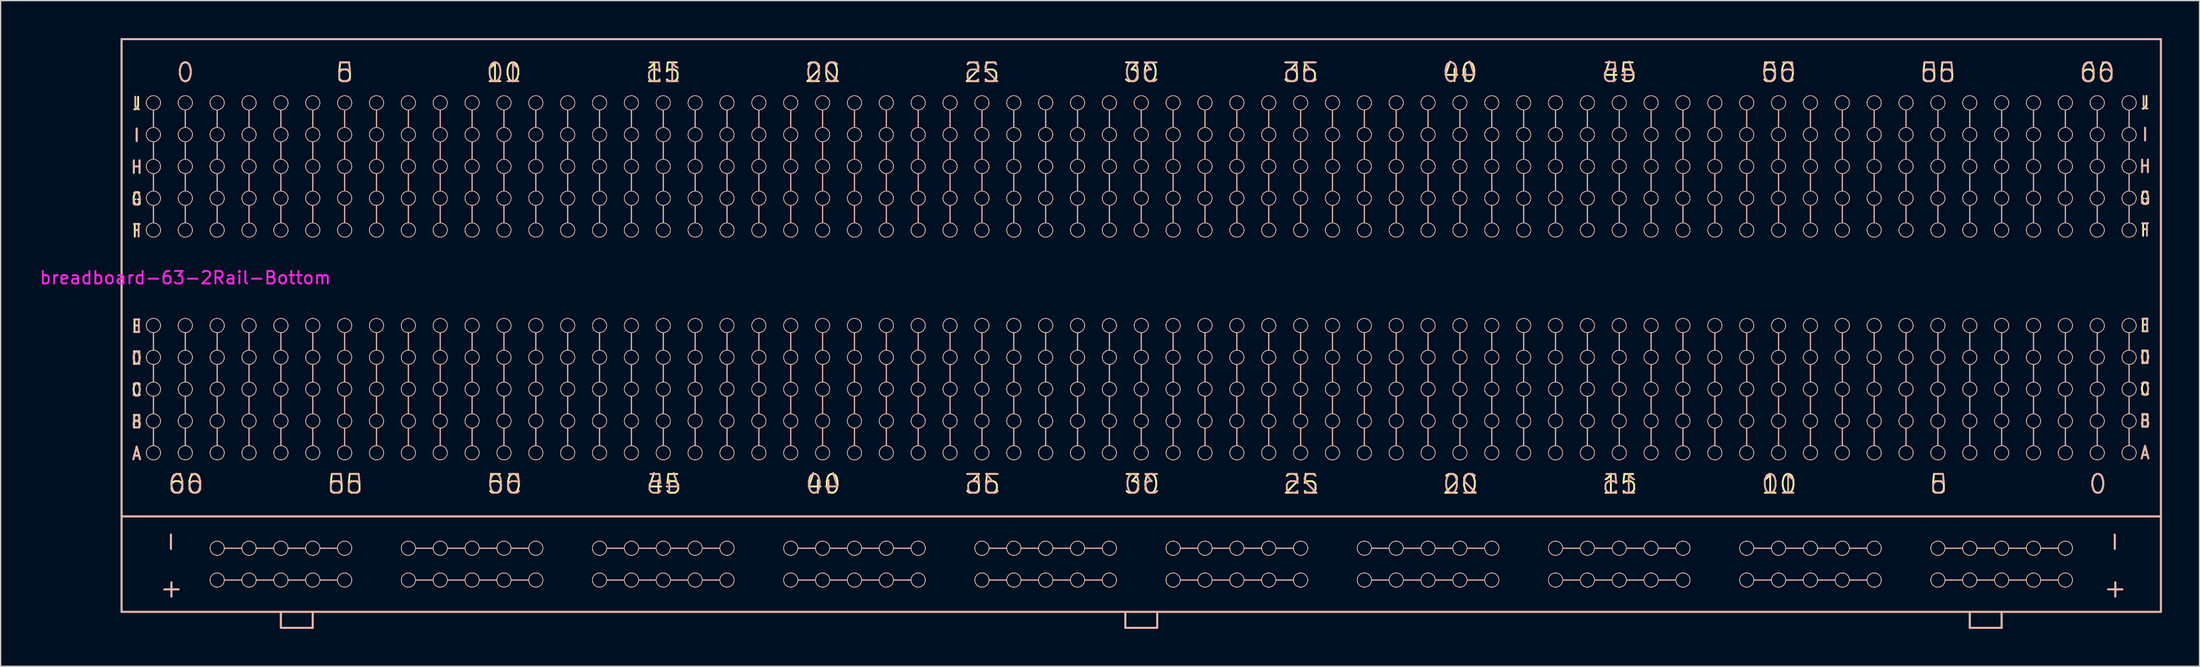
<source format=kicad_pcb>
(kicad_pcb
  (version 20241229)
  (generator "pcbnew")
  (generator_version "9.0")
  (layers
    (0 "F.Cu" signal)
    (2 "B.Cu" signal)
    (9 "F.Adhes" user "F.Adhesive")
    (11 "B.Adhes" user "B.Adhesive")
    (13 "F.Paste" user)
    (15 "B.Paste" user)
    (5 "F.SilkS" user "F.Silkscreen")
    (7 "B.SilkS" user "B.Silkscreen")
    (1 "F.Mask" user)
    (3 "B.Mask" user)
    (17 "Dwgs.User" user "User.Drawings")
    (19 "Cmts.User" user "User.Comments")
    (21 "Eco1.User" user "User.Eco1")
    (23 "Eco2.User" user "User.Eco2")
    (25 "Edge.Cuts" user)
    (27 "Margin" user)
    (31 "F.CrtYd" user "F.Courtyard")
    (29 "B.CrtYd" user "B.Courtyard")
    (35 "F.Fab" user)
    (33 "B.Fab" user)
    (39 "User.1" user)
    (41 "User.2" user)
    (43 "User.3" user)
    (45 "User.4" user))
  (footprint "breadboard-63-2Rail-Bottom"
    (layer "F.Cu")
    (at 49.82 17.855)
    (property "Reference" "breadboard-63-2Rail-Bottom" (at -38.1 1.27 180) (layer "F.CrtYd") (effects (font (size 1 1) (thickness 0.15))))
    (attr exclude_from_pos_files exclude_from_bom)
    (fp_line (start -43.18 -17.78) (end -43.18 20.32) (stroke (width 0.15) (type solid)) (layer "F.SilkS"))
    (fp_line (start -43.18 -17.78) (end 119.38 -17.78) (stroke (width 0.15) (type solid)) (layer "F.SilkS"))
    (fp_line (start -43.18 20.32) (end -43.18 27.94) (stroke (width 0.15) (type solid)) (layer "F.SilkS"))
    (fp_line (start -43.18 27.94) (end 119.38 27.94) (stroke (width 0.15) (type solid)) (layer "F.SilkS"))
    (fp_line (start -30.48 27.94) (end -30.48 29.21) (stroke (width 0.15) (type solid)) (layer "F.SilkS"))
    (fp_line (start -30.48 29.21) (end -27.94 29.21) (stroke (width 0.15) (type solid)) (layer "F.SilkS"))
    (fp_line (start -27.94 29.21) (end -27.94 27.94) (stroke (width 0.15) (type solid)) (layer "F.SilkS"))
    (fp_line (start 36.83 27.94) (end 36.83 29.21) (stroke (width 0.15) (type solid)) (layer "F.SilkS"))
    (fp_line (start 36.83 29.21) (end 39.37 29.21) (stroke (width 0.15) (type solid)) (layer "F.SilkS"))
    (fp_line (start 39.37 29.21) (end 39.37 27.94) (stroke (width 0.15) (type solid)) (layer "F.SilkS"))
    (fp_line (start 104.14 27.94) (end 104.14 29.21) (stroke (width 0.15) (type solid)) (layer "F.SilkS"))
    (fp_line (start 104.14 29.21) (end 106.68 29.21) (stroke (width 0.15) (type solid)) (layer "F.SilkS"))
    (fp_line (start 106.68 29.21) (end 106.68 27.94) (stroke (width 0.15) (type solid)) (layer "F.SilkS"))
    (fp_line (start 119.38 -17.78) (end 119.38 20.32) (stroke (width 0.15) (type solid)) (layer "F.SilkS"))
    (fp_line (start 119.38 20.32) (end -43.18 20.32) (stroke (width 0.15) (type solid)) (layer "F.SilkS"))
    (fp_line (start 119.38 27.94) (end 119.38 20.32) (stroke (width 0.15) (type solid)) (layer "F.SilkS"))
    (fp_circle (center -40.64 -12.7) (end -40.132 -12.446) (stroke (width 0.05) (type solid)) (fill no) (layer "F.SilkS"))
    (fp_circle (center -40.64 -10.16) (end -40.132 -9.906) (stroke (width 0.05) (type solid)) (fill no) (layer "F.SilkS"))
    (fp_circle (center -40.64 -7.62) (end -40.132 -7.366) (stroke (width 0.05) (type solid)) (fill no) (layer "F.SilkS"))
    (fp_circle (center -40.64 -5.08) (end -40.132 -4.826) (stroke (width 0.05) (type solid)) (fill no) (layer "F.SilkS"))
    (fp_circle (center -40.64 -2.54) (end -40.132 -2.286) (stroke (width 0.05) (type solid)) (fill no) (layer "F.SilkS"))
    (fp_circle (center -40.64 5.08) (end -40.132 5.334) (stroke (width 0.05) (type solid)) (fill no) (layer "F.SilkS"))
    (fp_circle (center -40.64 7.62) (end -40.132 7.874) (stroke (width 0.05) (type solid)) (fill no) (layer "F.SilkS"))
    (fp_circle (center -40.64 10.16) (end -40.132 10.414) (stroke (width 0.05) (type solid)) (fill no) (layer "F.SilkS"))
    (fp_circle (center -40.64 12.7) (end -40.132 12.954) (stroke (width 0.05) (type solid)) (fill no) (layer "F.SilkS"))
    (fp_circle (center -40.64 15.24) (end -40.132 15.494) (stroke (width 0.05) (type solid)) (fill no) (layer "F.SilkS"))
    (fp_circle (center -38.1 -12.7) (end -37.592 -12.446) (stroke (width 0.05) (type solid)) (fill no) (layer "F.SilkS"))
    (fp_circle (center -38.1 -10.16) (end -37.592 -9.906) (stroke (width 0.05) (type solid)) (fill no) (layer "F.SilkS"))
    (fp_circle (center -38.1 -7.62) (end -37.592 -7.366) (stroke (width 0.05) (type solid)) (fill no) (layer "F.SilkS"))
    (fp_circle (center -38.1 -5.08) (end -37.592 -4.826) (stroke (width 0.05) (type solid)) (fill no) (layer "F.SilkS"))
    (fp_circle (center -38.1 -2.54) (end -37.592 -2.286) (stroke (width 0.05) (type solid)) (fill no) (layer "F.SilkS"))
    (fp_circle (center -38.1 5.08) (end -37.592 5.334) (stroke (width 0.05) (type solid)) (fill no) (layer "F.SilkS"))
    (fp_circle (center -38.1 7.62) (end -37.592 7.874) (stroke (width 0.05) (type solid)) (fill no) (layer "F.SilkS"))
    (fp_circle (center -38.1 10.16) (end -37.592 10.414) (stroke (width 0.05) (type solid)) (fill no) (layer "F.SilkS"))
    (fp_circle (center -38.1 12.7) (end -37.592 12.954) (stroke (width 0.05) (type solid)) (fill no) (layer "F.SilkS"))
    (fp_circle (center -38.1 15.24) (end -37.592 15.494) (stroke (width 0.05) (type solid)) (fill no) (layer "F.SilkS"))
    (fp_circle (center -35.56 -12.7) (end -35.052 -12.446) (stroke (width 0.05) (type solid)) (fill no) (layer "F.SilkS"))
    (fp_circle (center -35.56 -10.16) (end -35.052 -9.906) (stroke (width 0.05) (type solid)) (fill no) (layer "F.SilkS"))
    (fp_circle (center -35.56 -7.62) (end -35.052 -7.366) (stroke (width 0.05) (type solid)) (fill no) (layer "F.SilkS"))
    (fp_circle (center -35.56 -5.08) (end -35.052 -4.826) (stroke (width 0.05) (type solid)) (fill no) (layer "F.SilkS"))
    (fp_circle (center -35.56 -2.54) (end -35.052 -2.286) (stroke (width 0.05) (type solid)) (fill no) (layer "F.SilkS"))
    (fp_circle (center -35.56 5.08) (end -35.052 5.334) (stroke (width 0.05) (type solid)) (fill no) (layer "F.SilkS"))
    (fp_circle (center -35.56 7.62) (end -35.052 7.874) (stroke (width 0.05) (type solid)) (fill no) (layer "F.SilkS"))
    (fp_circle (center -35.56 10.16) (end -35.052 10.414) (stroke (width 0.05) (type solid)) (fill no) (layer "F.SilkS"))
    (fp_circle (center -35.56 12.7) (end -35.052 12.954) (stroke (width 0.05) (type solid)) (fill no) (layer "F.SilkS"))
    (fp_circle (center -35.56 15.24) (end -35.052 15.494) (stroke (width 0.05) (type solid)) (fill no) (layer "F.SilkS"))
    (fp_circle (center -35.56 22.86) (end -35.306 22.352) (stroke (width 0.05) (type solid)) (fill no) (layer "F.SilkS"))
    (fp_circle (center -35.56 25.4) (end -35.306 24.892) (stroke (width 0.05) (type solid)) (fill no) (layer "F.SilkS"))
    (fp_circle (center -33.02 -12.7) (end -32.512 -12.446) (stroke (width 0.05) (type solid)) (fill no) (layer "F.SilkS"))
    (fp_circle (center -33.02 -10.16) (end -32.512 -9.906) (stroke (width 0.05) (type solid)) (fill no) (layer "F.SilkS"))
    (fp_circle (center -33.02 -7.62) (end -32.512 -7.366) (stroke (width 0.05) (type solid)) (fill no) (layer "F.SilkS"))
    (fp_circle (center -33.02 -5.08) (end -32.512 -4.826) (stroke (width 0.05) (type solid)) (fill no) (layer "F.SilkS"))
    (fp_circle (center -33.02 -2.54) (end -32.512 -2.286) (stroke (width 0.05) (type solid)) (fill no) (layer "F.SilkS"))
    (fp_circle (center -33.02 5.08) (end -32.512 5.334) (stroke (width 0.05) (type solid)) (fill no) (layer "F.SilkS"))
    (fp_circle (center -33.02 7.62) (end -32.512 7.874) (stroke (width 0.05) (type solid)) (fill no) (layer "F.SilkS"))
    (fp_circle (center -33.02 10.16) (end -32.512 10.414) (stroke (width 0.05) (type solid)) (fill no) (layer "F.SilkS"))
    (fp_circle (center -33.02 12.7) (end -32.512 12.954) (stroke (width 0.05) (type solid)) (fill no) (layer "F.SilkS"))
    (fp_circle (center -33.02 15.24) (end -32.512 15.494) (stroke (width 0.05) (type solid)) (fill no) (layer "F.SilkS"))
    (fp_circle (center -33.02 22.86) (end -32.766 22.352) (stroke (width 0.05) (type solid)) (fill no) (layer "F.SilkS"))
    (fp_circle (center -33.02 25.4) (end -32.766 24.892) (stroke (width 0.05) (type solid)) (fill no) (layer "F.SilkS"))
    (fp_circle (center -30.48 -12.7) (end -29.972 -12.446) (stroke (width 0.05) (type solid)) (fill no) (layer "F.SilkS"))
    (fp_circle (center -30.48 -10.16) (end -29.972 -9.906) (stroke (width 0.05) (type solid)) (fill no) (layer "F.SilkS"))
    (fp_circle (center -30.48 -7.62) (end -29.972 -7.366) (stroke (width 0.05) (type solid)) (fill no) (layer "F.SilkS"))
    (fp_circle (center -30.48 -5.08) (end -29.972 -4.826) (stroke (width 0.05) (type solid)) (fill no) (layer "F.SilkS"))
    (fp_circle (center -30.48 -2.54) (end -29.972 -2.286) (stroke (width 0.05) (type solid)) (fill no) (layer "F.SilkS"))
    (fp_circle (center -30.48 5.08) (end -29.972 5.334) (stroke (width 0.05) (type solid)) (fill no) (layer "F.SilkS"))
    (fp_circle (center -30.48 7.62) (end -29.972 7.874) (stroke (width 0.05) (type solid)) (fill no) (layer "F.SilkS"))
    (fp_circle (center -30.48 10.16) (end -29.972 10.414) (stroke (width 0.05) (type solid)) (fill no) (layer "F.SilkS"))
    (fp_circle (center -30.48 12.7) (end -29.972 12.954) (stroke (width 0.05) (type solid)) (fill no) (layer "F.SilkS"))
    (fp_circle (center -30.48 15.24) (end -29.972 15.494) (stroke (width 0.05) (type solid)) (fill no) (layer "F.SilkS"))
    (fp_circle (center -30.48 22.86) (end -30.226 22.352) (stroke (width 0.05) (type solid)) (fill no) (layer "F.SilkS"))
    (fp_circle (center -30.48 25.4) (end -30.226 24.892) (stroke (width 0.05) (type solid)) (fill no) (layer "F.SilkS"))
    (fp_circle (center -27.94 -12.7) (end -27.432 -12.446) (stroke (width 0.05) (type solid)) (fill no) (layer "F.SilkS"))
    (fp_circle (center -27.94 -10.16) (end -27.432 -9.906) (stroke (width 0.05) (type solid)) (fill no) (layer "F.SilkS"))
    (fp_circle (center -27.94 -7.62) (end -27.432 -7.366) (stroke (width 0.05) (type solid)) (fill no) (layer "F.SilkS"))
    (fp_circle (center -27.94 -5.08) (end -27.432 -4.826) (stroke (width 0.05) (type solid)) (fill no) (layer "F.SilkS"))
    (fp_circle (center -27.94 -2.54) (end -27.432 -2.286) (stroke (width 0.05) (type solid)) (fill no) (layer "F.SilkS"))
    (fp_circle (center -27.94 5.08) (end -27.432 5.334) (stroke (width 0.05) (type solid)) (fill no) (layer "F.SilkS"))
    (fp_circle (center -27.94 7.62) (end -27.432 7.874) (stroke (width 0.05) (type solid)) (fill no) (layer "F.SilkS"))
    (fp_circle (center -27.94 10.16) (end -27.432 10.414) (stroke (width 0.05) (type solid)) (fill no) (layer "F.SilkS"))
    (fp_circle (center -27.94 12.7) (end -27.432 12.954) (stroke (width 0.05) (type solid)) (fill no) (layer "F.SilkS"))
    (fp_circle (center -27.94 15.24) (end -27.432 15.494) (stroke (width 0.05) (type solid)) (fill no) (layer "F.SilkS"))
    (fp_circle (center -27.94 22.86) (end -27.686 22.352) (stroke (width 0.05) (type solid)) (fill no) (layer "F.SilkS"))
    (fp_circle (center -27.94 25.4) (end -27.686 24.892) (stroke (width 0.05) (type solid)) (fill no) (layer "F.SilkS"))
    (fp_circle (center -25.4 -12.7) (end -24.892 -12.446) (stroke (width 0.05) (type solid)) (fill no) (layer "F.SilkS"))
    (fp_circle (center -25.4 -10.16) (end -24.892 -9.906) (stroke (width 0.05) (type solid)) (fill no) (layer "F.SilkS"))
    (fp_circle (center -25.4 -7.62) (end -24.892 -7.366) (stroke (width 0.05) (type solid)) (fill no) (layer "F.SilkS"))
    (fp_circle (center -25.4 -5.08) (end -24.892 -4.826) (stroke (width 0.05) (type solid)) (fill no) (layer "F.SilkS"))
    (fp_circle (center -25.4 -2.54) (end -24.892 -2.286) (stroke (width 0.05) (type solid)) (fill no) (layer "F.SilkS"))
    (fp_circle (center -25.4 5.08) (end -24.892 5.334) (stroke (width 0.05) (type solid)) (fill no) (layer "F.SilkS"))
    (fp_circle (center -25.4 7.62) (end -24.892 7.874) (stroke (width 0.05) (type solid)) (fill no) (layer "F.SilkS"))
    (fp_circle (center -25.4 10.16) (end -24.892 10.414) (stroke (width 0.05) (type solid)) (fill no) (layer "F.SilkS"))
    (fp_circle (center -25.4 12.7) (end -24.892 12.954) (stroke (width 0.05) (type solid)) (fill no) (layer "F.SilkS"))
    (fp_circle (center -25.4 15.24) (end -24.892 15.494) (stroke (width 0.05) (type solid)) (fill no) (layer "F.SilkS"))
    (fp_circle (center -25.4 22.86) (end -25.146 22.352) (stroke (width 0.05) (type solid)) (fill no) (layer "F.SilkS"))
    (fp_circle (center -25.4 25.4) (end -25.146 24.892) (stroke (width 0.05) (type solid)) (fill no) (layer "F.SilkS"))
    (fp_circle (center -22.86 -12.7) (end -22.352 -12.446) (stroke (width 0.05) (type solid)) (fill no) (layer "F.SilkS"))
    (fp_circle (center -22.86 -10.16) (end -22.352 -9.906) (stroke (width 0.05) (type solid)) (fill no) (layer "F.SilkS"))
    (fp_circle (center -22.86 -7.62) (end -22.352 -7.366) (stroke (width 0.05) (type solid)) (fill no) (layer "F.SilkS"))
    (fp_circle (center -22.86 -5.08) (end -22.352 -4.826) (stroke (width 0.05) (type solid)) (fill no) (layer "F.SilkS"))
    (fp_circle (center -22.86 -2.54) (end -22.352 -2.286) (stroke (width 0.05) (type solid)) (fill no) (layer "F.SilkS"))
    (fp_circle (center -22.86 5.08) (end -22.352 5.334) (stroke (width 0.05) (type solid)) (fill no) (layer "F.SilkS"))
    (fp_circle (center -22.86 7.62) (end -22.352 7.874) (stroke (width 0.05) (type solid)) (fill no) (layer "F.SilkS"))
    (fp_circle (center -22.86 10.16) (end -22.352 10.414) (stroke (width 0.05) (type solid)) (fill no) (layer "F.SilkS"))
    (fp_circle (center -22.86 12.7) (end -22.352 12.954) (stroke (width 0.05) (type solid)) (fill no) (layer "F.SilkS"))
    (fp_circle (center -22.86 15.24) (end -22.352 15.494) (stroke (width 0.05) (type solid)) (fill no) (layer "F.SilkS"))
    (fp_circle (center -20.32 -12.7) (end -19.812 -12.446) (stroke (width 0.05) (type solid)) (fill no) (layer "F.SilkS"))
    (fp_circle (center -20.32 -10.16) (end -19.812 -9.906) (stroke (width 0.05) (type solid)) (fill no) (layer "F.SilkS"))
    (fp_circle (center -20.32 -7.62) (end -19.812 -7.366) (stroke (width 0.05) (type solid)) (fill no) (layer "F.SilkS"))
    (fp_circle (center -20.32 -5.08) (end -19.812 -4.826) (stroke (width 0.05) (type solid)) (fill no) (layer "F.SilkS"))
    (fp_circle (center -20.32 -2.54) (end -19.812 -2.286) (stroke (width 0.05) (type solid)) (fill no) (layer "F.SilkS"))
    (fp_circle (center -20.32 5.08) (end -19.812 5.334) (stroke (width 0.05) (type solid)) (fill no) (layer "F.SilkS"))
    (fp_circle (center -20.32 7.62) (end -19.812 7.874) (stroke (width 0.05) (type solid)) (fill no) (layer "F.SilkS"))
    (fp_circle (center -20.32 10.16) (end -19.812 10.414) (stroke (width 0.05) (type solid)) (fill no) (layer "F.SilkS"))
    (fp_circle (center -20.32 12.7) (end -19.812 12.954) (stroke (width 0.05) (type solid)) (fill no) (layer "F.SilkS"))
    (fp_circle (center -20.32 15.24) (end -19.812 15.494) (stroke (width 0.05) (type solid)) (fill no) (layer "F.SilkS"))
    (fp_circle (center -20.32 22.86) (end -20.066 22.352) (stroke (width 0.05) (type solid)) (fill no) (layer "F.SilkS"))
    (fp_circle (center -20.32 25.4) (end -20.066 24.892) (stroke (width 0.05) (type solid)) (fill no) (layer "F.SilkS"))
    (fp_circle (center -17.78 -12.7) (end -17.272 -12.446) (stroke (width 0.05) (type solid)) (fill no) (layer "F.SilkS"))
    (fp_circle (center -17.78 -10.16) (end -17.272 -9.906) (stroke (width 0.05) (type solid)) (fill no) (layer "F.SilkS"))
    (fp_circle (center -17.78 -7.62) (end -17.272 -7.366) (stroke (width 0.05) (type solid)) (fill no) (layer "F.SilkS"))
    (fp_circle (center -17.78 -5.08) (end -17.272 -4.826) (stroke (width 0.05) (type solid)) (fill no) (layer "F.SilkS"))
    (fp_circle (center -17.78 -2.54) (end -17.272 -2.286) (stroke (width 0.05) (type solid)) (fill no) (layer "F.SilkS"))
    (fp_circle (center -17.78 5.08) (end -17.272 5.334) (stroke (width 0.05) (type solid)) (fill no) (layer "F.SilkS"))
    (fp_circle (center -17.78 7.62) (end -17.272 7.874) (stroke (width 0.05) (type solid)) (fill no) (layer "F.SilkS"))
    (fp_circle (center -17.78 10.16) (end -17.272 10.414) (stroke (width 0.05) (type solid)) (fill no) (layer "F.SilkS"))
    (fp_circle (center -17.78 12.7) (end -17.272 12.954) (stroke (width 0.05) (type solid)) (fill no) (layer "F.SilkS"))
    (fp_circle (center -17.78 15.24) (end -17.272 15.494) (stroke (width 0.05) (type solid)) (fill no) (layer "F.SilkS"))
    (fp_circle (center -17.78 22.86) (end -17.526 22.352) (stroke (width 0.05) (type solid)) (fill no) (layer "F.SilkS"))
    (fp_circle (center -17.78 25.4) (end -17.526 24.892) (stroke (width 0.05) (type solid)) (fill no) (layer "F.SilkS"))
    (fp_circle (center -15.24 -12.7) (end -14.732 -12.446) (stroke (width 0.05) (type solid)) (fill no) (layer "F.SilkS"))
    (fp_circle (center -15.24 -10.16) (end -14.732 -9.906) (stroke (width 0.05) (type solid)) (fill no) (layer "F.SilkS"))
    (fp_circle (center -15.24 -7.62) (end -14.732 -7.366) (stroke (width 0.05) (type solid)) (fill no) (layer "F.SilkS"))
    (fp_circle (center -15.24 -5.08) (end -14.732 -4.826) (stroke (width 0.05) (type solid)) (fill no) (layer "F.SilkS"))
    (fp_circle (center -15.24 -2.54) (end -14.732 -2.286) (stroke (width 0.05) (type solid)) (fill no) (layer "F.SilkS"))
    (fp_circle (center -15.24 5.08) (end -14.732 5.334) (stroke (width 0.05) (type solid)) (fill no) (layer "F.SilkS"))
    (fp_circle (center -15.24 7.62) (end -14.732 7.874) (stroke (width 0.05) (type solid)) (fill no) (layer "F.SilkS"))
    (fp_circle (center -15.24 10.16) (end -14.732 10.414) (stroke (width 0.05) (type solid)) (fill no) (layer "F.SilkS"))
    (fp_circle (center -15.24 12.7) (end -14.732 12.954) (stroke (width 0.05) (type solid)) (fill no) (layer "F.SilkS"))
    (fp_circle (center -15.24 15.24) (end -14.732 15.494) (stroke (width 0.05) (type solid)) (fill no) (layer "F.SilkS"))
    (fp_circle (center -15.24 22.86) (end -14.986 22.352) (stroke (width 0.05) (type solid)) (fill no) (layer "F.SilkS"))
    (fp_circle (center -15.24 25.4) (end -14.986 24.892) (stroke (width 0.05) (type solid)) (fill no) (layer "F.SilkS"))
    (fp_circle (center -12.7 -12.7) (end -12.192 -12.446) (stroke (width 0.05) (type solid)) (fill no) (layer "F.SilkS"))
    (fp_circle (center -12.7 -10.16) (end -12.192 -9.906) (stroke (width 0.05) (type solid)) (fill no) (layer "F.SilkS"))
    (fp_circle (center -12.7 -7.62) (end -12.192 -7.366) (stroke (width 0.05) (type solid)) (fill no) (layer "F.SilkS"))
    (fp_circle (center -12.7 -5.08) (end -12.192 -4.826) (stroke (width 0.05) (type solid)) (fill no) (layer "F.SilkS"))
    (fp_circle (center -12.7 -2.54) (end -12.192 -2.286) (stroke (width 0.05) (type solid)) (fill no) (layer "F.SilkS"))
    (fp_circle (center -12.7 5.08) (end -12.192 5.334) (stroke (width 0.05) (type solid)) (fill no) (layer "F.SilkS"))
    (fp_circle (center -12.7 7.62) (end -12.192 7.874) (stroke (width 0.05) (type solid)) (fill no) (layer "F.SilkS"))
    (fp_circle (center -12.7 10.16) (end -12.192 10.414) (stroke (width 0.05) (type solid)) (fill no) (layer "F.SilkS"))
    (fp_circle (center -12.7 12.7) (end -12.192 12.954) (stroke (width 0.05) (type solid)) (fill no) (layer "F.SilkS"))
    (fp_circle (center -12.7 15.24) (end -12.192 15.494) (stroke (width 0.05) (type solid)) (fill no) (layer "F.SilkS"))
    (fp_circle (center -12.7 22.86) (end -12.446 22.352) (stroke (width 0.05) (type solid)) (fill no) (layer "F.SilkS"))
    (fp_circle (center -12.7 25.4) (end -12.446 24.892) (stroke (width 0.05) (type solid)) (fill no) (layer "F.SilkS"))
    (fp_circle (center -10.16 -12.7) (end -9.652 -12.446) (stroke (width 0.05) (type solid)) (fill no) (layer "F.SilkS"))
    (fp_circle (center -10.16 -10.16) (end -9.652 -9.906) (stroke (width 0.05) (type solid)) (fill no) (layer "F.SilkS"))
    (fp_circle (center -10.16 -7.62) (end -9.652 -7.366) (stroke (width 0.05) (type solid)) (fill no) (layer "F.SilkS"))
    (fp_circle (center -10.16 -5.08) (end -9.652 -4.826) (stroke (width 0.05) (type solid)) (fill no) (layer "F.SilkS"))
    (fp_circle (center -10.16 -2.54) (end -9.652 -2.286) (stroke (width 0.05) (type solid)) (fill no) (layer "F.SilkS"))
    (fp_circle (center -10.16 5.08) (end -9.652 5.334) (stroke (width 0.05) (type solid)) (fill no) (layer "F.SilkS"))
    (fp_circle (center -10.16 7.62) (end -9.652 7.874) (stroke (width 0.05) (type solid)) (fill no) (layer "F.SilkS"))
    (fp_circle (center -10.16 10.16) (end -9.652 10.414) (stroke (width 0.05) (type solid)) (fill no) (layer "F.SilkS"))
    (fp_circle (center -10.16 12.7) (end -9.652 12.954) (stroke (width 0.05) (type solid)) (fill no) (layer "F.SilkS"))
    (fp_circle (center -10.16 15.24) (end -9.652 15.494) (stroke (width 0.05) (type solid)) (fill no) (layer "F.SilkS"))
    (fp_circle (center -10.16 22.86) (end -9.906 22.352) (stroke (width 0.05) (type solid)) (fill no) (layer "F.SilkS"))
    (fp_circle (center -10.16 25.4) (end -9.906 24.892) (stroke (width 0.05) (type solid)) (fill no) (layer "F.SilkS"))
    (fp_circle (center -7.62 -12.7) (end -7.112 -12.446) (stroke (width 0.05) (type solid)) (fill no) (layer "F.SilkS"))
    (fp_circle (center -7.62 -10.16) (end -7.112 -9.906) (stroke (width 0.05) (type solid)) (fill no) (layer "F.SilkS"))
    (fp_circle (center -7.62 -7.62) (end -7.112 -7.366) (stroke (width 0.05) (type solid)) (fill no) (layer "F.SilkS"))
    (fp_circle (center -7.62 -5.08) (end -7.112 -4.826) (stroke (width 0.05) (type solid)) (fill no) (layer "F.SilkS"))
    (fp_circle (center -7.62 -2.54) (end -7.112 -2.286) (stroke (width 0.05) (type solid)) (fill no) (layer "F.SilkS"))
    (fp_circle (center -7.62 5.08) (end -7.112 5.334) (stroke (width 0.05) (type solid)) (fill no) (layer "F.SilkS"))
    (fp_circle (center -7.62 7.62) (end -7.112 7.874) (stroke (width 0.05) (type solid)) (fill no) (layer "F.SilkS"))
    (fp_circle (center -7.62 10.16) (end -7.112 10.414) (stroke (width 0.05) (type solid)) (fill no) (layer "F.SilkS"))
    (fp_circle (center -7.62 12.7) (end -7.112 12.954) (stroke (width 0.05) (type solid)) (fill no) (layer "F.SilkS"))
    (fp_circle (center -7.62 15.24) (end -7.112 15.494) (stroke (width 0.05) (type solid)) (fill no) (layer "F.SilkS"))
    (fp_circle (center -5.08 -12.7) (end -4.572 -12.446) (stroke (width 0.05) (type solid)) (fill no) (layer "F.SilkS"))
    (fp_circle (center -5.08 -10.16) (end -4.572 -9.906) (stroke (width 0.05) (type solid)) (fill no) (layer "F.SilkS"))
    (fp_circle (center -5.08 -7.62) (end -4.572 -7.366) (stroke (width 0.05) (type solid)) (fill no) (layer "F.SilkS"))
    (fp_circle (center -5.08 -5.08) (end -4.572 -4.826) (stroke (width 0.05) (type solid)) (fill no) (layer "F.SilkS"))
    (fp_circle (center -5.08 -2.54) (end -4.572 -2.286) (stroke (width 0.05) (type solid)) (fill no) (layer "F.SilkS"))
    (fp_circle (center -5.08 5.08) (end -4.572 5.334) (stroke (width 0.05) (type solid)) (fill no) (layer "F.SilkS"))
    (fp_circle (center -5.08 7.62) (end -4.572 7.874) (stroke (width 0.05) (type solid)) (fill no) (layer "F.SilkS"))
    (fp_circle (center -5.08 10.16) (end -4.572 10.414) (stroke (width 0.05) (type solid)) (fill no) (layer "F.SilkS"))
    (fp_circle (center -5.08 12.7) (end -4.572 12.954) (stroke (width 0.05) (type solid)) (fill no) (layer "F.SilkS"))
    (fp_circle (center -5.08 15.24) (end -4.572 15.494) (stroke (width 0.05) (type solid)) (fill no) (layer "F.SilkS"))
    (fp_circle (center -5.08 22.86) (end -4.826 22.352) (stroke (width 0.05) (type solid)) (fill no) (layer "F.SilkS"))
    (fp_circle (center -5.08 25.4) (end -4.826 24.892) (stroke (width 0.05) (type solid)) (fill no) (layer "F.SilkS"))
    (fp_circle (center -2.54 -12.7) (end -2.032 -12.446) (stroke (width 0.05) (type solid)) (fill no) (layer "F.SilkS"))
    (fp_circle (center -2.54 -10.16) (end -2.032 -9.906) (stroke (width 0.05) (type solid)) (fill no) (layer "F.SilkS"))
    (fp_circle (center -2.54 -7.62) (end -2.032 -7.366) (stroke (width 0.05) (type solid)) (fill no) (layer "F.SilkS"))
    (fp_circle (center -2.54 -5.08) (end -2.032 -4.826) (stroke (width 0.05) (type solid)) (fill no) (layer "F.SilkS"))
    (fp_circle (center -2.54 -2.54) (end -2.032 -2.286) (stroke (width 0.05) (type solid)) (fill no) (layer "F.SilkS"))
    (fp_circle (center -2.54 5.08) (end -2.032 5.334) (stroke (width 0.05) (type solid)) (fill no) (layer "F.SilkS"))
    (fp_circle (center -2.54 7.62) (end -2.032 7.874) (stroke (width 0.05) (type solid)) (fill no) (layer "F.SilkS"))
    (fp_circle (center -2.54 10.16) (end -2.032 10.414) (stroke (width 0.05) (type solid)) (fill no) (layer "F.SilkS"))
    (fp_circle (center -2.54 12.7) (end -2.032 12.954) (stroke (width 0.05) (type solid)) (fill no) (layer "F.SilkS"))
    (fp_circle (center -2.54 15.24) (end -2.032 15.494) (stroke (width 0.05) (type solid)) (fill no) (layer "F.SilkS"))
    (fp_circle (center -2.54 22.86) (end -2.286 22.352) (stroke (width 0.05) (type solid)) (fill no) (layer "F.SilkS"))
    (fp_circle (center -2.54 25.4) (end -2.286 24.892) (stroke (width 0.05) (type solid)) (fill no) (layer "F.SilkS"))
    (fp_circle (center 0 -12.7) (end 0.508 -12.446) (stroke (width 0.05) (type solid)) (fill no) (layer "F.SilkS"))
    (fp_circle (center 0 -10.16) (end 0.508 -9.906) (stroke (width 0.05) (type solid)) (fill no) (layer "F.SilkS"))
    (fp_circle (center 0 -7.62) (end 0.508 -7.366) (stroke (width 0.05) (type solid)) (fill no) (layer "F.SilkS"))
    (fp_circle (center 0 -5.08) (end 0.508 -4.826) (stroke (width 0.05) (type solid)) (fill no) (layer "F.SilkS"))
    (fp_circle (center 0 -2.54) (end 0.508 -2.286) (stroke (width 0.05) (type solid)) (fill no) (layer "F.SilkS"))
    (fp_circle (center 0 5.08) (end 0.508 5.334) (stroke (width 0.05) (type solid)) (fill no) (layer "F.SilkS"))
    (fp_circle (center 0 7.62) (end 0.508 7.874) (stroke (width 0.05) (type solid)) (fill no) (layer "F.SilkS"))
    (fp_circle (center 0 10.16) (end 0.508 10.414) (stroke (width 0.05) (type solid)) (fill no) (layer "F.SilkS"))
    (fp_circle (center 0 12.7) (end 0.508 12.954) (stroke (width 0.05) (type solid)) (fill no) (layer "F.SilkS"))
    (fp_circle (center 0 15.24) (end 0.508 15.494) (stroke (width 0.05) (type solid)) (fill no) (layer "F.SilkS"))
    (fp_circle (center 0 22.86) (end 0.254 22.352) (stroke (width 0.05) (type solid)) (fill no) (layer "F.SilkS"))
    (fp_circle (center 0 25.4) (end 0.254 24.892) (stroke (width 0.05) (type solid)) (fill no) (layer "F.SilkS"))
    (fp_circle (center 2.54 -12.7) (end 3.048 -12.446) (stroke (width 0.05) (type solid)) (fill no) (layer "F.SilkS"))
    (fp_circle (center 2.54 -10.16) (end 3.048 -9.906) (stroke (width 0.05) (type solid)) (fill no) (layer "F.SilkS"))
    (fp_circle (center 2.54 -7.62) (end 3.048 -7.366) (stroke (width 0.05) (type solid)) (fill no) (layer "F.SilkS"))
    (fp_circle (center 2.54 -5.08) (end 3.048 -4.826) (stroke (width 0.05) (type solid)) (fill no) (layer "F.SilkS"))
    (fp_circle (center 2.54 -2.54) (end 3.048 -2.286) (stroke (width 0.05) (type solid)) (fill no) (layer "F.SilkS"))
    (fp_circle (center 2.54 5.08) (end 3.048 5.334) (stroke (width 0.05) (type solid)) (fill no) (layer "F.SilkS"))
    (fp_circle (center 2.54 7.62) (end 3.048 7.874) (stroke (width 0.05) (type solid)) (fill no) (layer "F.SilkS"))
    (fp_circle (center 2.54 10.16) (end 3.048 10.414) (stroke (width 0.05) (type solid)) (fill no) (layer "F.SilkS"))
    (fp_circle (center 2.54 12.7) (end 3.048 12.954) (stroke (width 0.05) (type solid)) (fill no) (layer "F.SilkS"))
    (fp_circle (center 2.54 15.24) (end 3.048 15.494) (stroke (width 0.05) (type solid)) (fill no) (layer "F.SilkS"))
    (fp_circle (center 2.54 22.86) (end 2.794 22.352) (stroke (width 0.05) (type solid)) (fill no) (layer "F.SilkS"))
    (fp_circle (center 2.54 25.4) (end 2.794 24.892) (stroke (width 0.05) (type solid)) (fill no) (layer "F.SilkS"))
    (fp_circle (center 5.08 -12.7) (end 5.588 -12.446) (stroke (width 0.05) (type solid)) (fill no) (layer "F.SilkS"))
    (fp_circle (center 5.08 -10.16) (end 5.588 -9.906) (stroke (width 0.05) (type solid)) (fill no) (layer "F.SilkS"))
    (fp_circle (center 5.08 -7.62) (end 5.588 -7.366) (stroke (width 0.05) (type solid)) (fill no) (layer "F.SilkS"))
    (fp_circle (center 5.08 -5.08) (end 5.588 -4.826) (stroke (width 0.05) (type solid)) (fill no) (layer "F.SilkS"))
    (fp_circle (center 5.08 -2.54) (end 5.588 -2.286) (stroke (width 0.05) (type solid)) (fill no) (layer "F.SilkS"))
    (fp_circle (center 5.08 5.08) (end 5.588 5.334) (stroke (width 0.05) (type solid)) (fill no) (layer "F.SilkS"))
    (fp_circle (center 5.08 7.62) (end 5.588 7.874) (stroke (width 0.05) (type solid)) (fill no) (layer "F.SilkS"))
    (fp_circle (center 5.08 10.16) (end 5.588 10.414) (stroke (width 0.05) (type solid)) (fill no) (layer "F.SilkS"))
    (fp_circle (center 5.08 12.7) (end 5.588 12.954) (stroke (width 0.05) (type solid)) (fill no) (layer "F.SilkS"))
    (fp_circle (center 5.08 15.24) (end 5.588 15.494) (stroke (width 0.05) (type solid)) (fill no) (layer "F.SilkS"))
    (fp_circle (center 5.08 22.86) (end 5.334 22.352) (stroke (width 0.05) (type solid)) (fill no) (layer "F.SilkS"))
    (fp_circle (center 5.08 25.4) (end 5.334 24.892) (stroke (width 0.05) (type solid)) (fill no) (layer "F.SilkS"))
    (fp_circle (center 7.62 -12.7) (end 8.128 -12.446) (stroke (width 0.05) (type solid)) (fill no) (layer "F.SilkS"))
    (fp_circle (center 7.62 -10.16) (end 8.128 -9.906) (stroke (width 0.05) (type solid)) (fill no) (layer "F.SilkS"))
    (fp_circle (center 7.62 -7.62) (end 8.128 -7.366) (stroke (width 0.05) (type solid)) (fill no) (layer "F.SilkS"))
    (fp_circle (center 7.62 -5.08) (end 8.128 -4.826) (stroke (width 0.05) (type solid)) (fill no) (layer "F.SilkS"))
    (fp_circle (center 7.62 -2.54) (end 8.128 -2.286) (stroke (width 0.05) (type solid)) (fill no) (layer "F.SilkS"))
    (fp_circle (center 7.62 5.08) (end 8.128 5.334) (stroke (width 0.05) (type solid)) (fill no) (layer "F.SilkS"))
    (fp_circle (center 7.62 7.62) (end 8.128 7.874) (stroke (width 0.05) (type solid)) (fill no) (layer "F.SilkS"))
    (fp_circle (center 7.62 10.16) (end 8.128 10.414) (stroke (width 0.05) (type solid)) (fill no) (layer "F.SilkS"))
    (fp_circle (center 7.62 12.7) (end 8.128 12.954) (stroke (width 0.05) (type solid)) (fill no) (layer "F.SilkS"))
    (fp_circle (center 7.62 15.24) (end 8.128 15.494) (stroke (width 0.05) (type solid)) (fill no) (layer "F.SilkS"))
    (fp_circle (center 10.16 -12.7) (end 10.668 -12.446) (stroke (width 0.05) (type solid)) (fill no) (layer "F.SilkS"))
    (fp_circle (center 10.16 -10.16) (end 10.668 -9.906) (stroke (width 0.05) (type solid)) (fill no) (layer "F.SilkS"))
    (fp_circle (center 10.16 -7.62) (end 10.668 -7.366) (stroke (width 0.05) (type solid)) (fill no) (layer "F.SilkS"))
    (fp_circle (center 10.16 -5.08) (end 10.668 -4.826) (stroke (width 0.05) (type solid)) (fill no) (layer "F.SilkS"))
    (fp_circle (center 10.16 -2.54) (end 10.668 -2.286) (stroke (width 0.05) (type solid)) (fill no) (layer "F.SilkS"))
    (fp_circle (center 10.16 5.08) (end 10.668 5.334) (stroke (width 0.05) (type solid)) (fill no) (layer "F.SilkS"))
    (fp_circle (center 10.16 7.62) (end 10.668 7.874) (stroke (width 0.05) (type solid)) (fill no) (layer "F.SilkS"))
    (fp_circle (center 10.16 10.16) (end 10.668 10.414) (stroke (width 0.05) (type solid)) (fill no) (layer "F.SilkS"))
    (fp_circle (center 10.16 12.7) (end 10.668 12.954) (stroke (width 0.05) (type solid)) (fill no) (layer "F.SilkS"))
    (fp_circle (center 10.16 15.24) (end 10.668 15.494) (stroke (width 0.05) (type solid)) (fill no) (layer "F.SilkS"))
    (fp_circle (center 10.16 22.86) (end 10.414 22.352) (stroke (width 0.05) (type solid)) (fill no) (layer "F.SilkS"))
    (fp_circle (center 10.16 25.4) (end 10.414 24.892) (stroke (width 0.05) (type solid)) (fill no) (layer "F.SilkS"))
    (fp_circle (center 12.7 -12.7) (end 13.208 -12.446) (stroke (width 0.05) (type solid)) (fill no) (layer "F.SilkS"))
    (fp_circle (center 12.7 -10.16) (end 13.208 -9.906) (stroke (width 0.05) (type solid)) (fill no) (layer "F.SilkS"))
    (fp_circle (center 12.7 -7.62) (end 13.208 -7.366) (stroke (width 0.05) (type solid)) (fill no) (layer "F.SilkS"))
    (fp_circle (center 12.7 -5.08) (end 13.208 -4.826) (stroke (width 0.05) (type solid)) (fill no) (layer "F.SilkS"))
    (fp_circle (center 12.7 -2.54) (end 13.208 -2.286) (stroke (width 0.05) (type solid)) (fill no) (layer "F.SilkS"))
    (fp_circle (center 12.7 5.08) (end 13.208 5.334) (stroke (width 0.05) (type solid)) (fill no) (layer "F.SilkS"))
    (fp_circle (center 12.7 7.62) (end 13.208 7.874) (stroke (width 0.05) (type solid)) (fill no) (layer "F.SilkS"))
    (fp_circle (center 12.7 10.16) (end 13.208 10.414) (stroke (width 0.05) (type solid)) (fill no) (layer "F.SilkS"))
    (fp_circle (center 12.7 12.7) (end 13.208 12.954) (stroke (width 0.05) (type solid)) (fill no) (layer "F.SilkS"))
    (fp_circle (center 12.7 15.24) (end 13.208 15.494) (stroke (width 0.05) (type solid)) (fill no) (layer "F.SilkS"))
    (fp_circle (center 12.7 22.86) (end 12.954 22.352) (stroke (width 0.05) (type solid)) (fill no) (layer "F.SilkS"))
    (fp_circle (center 12.7 25.4) (end 12.954 24.892) (stroke (width 0.05) (type solid)) (fill no) (layer "F.SilkS"))
    (fp_circle (center 15.24 -12.7) (end 15.748 -12.446) (stroke (width 0.05) (type solid)) (fill no) (layer "F.SilkS"))
    (fp_circle (center 15.24 -10.16) (end 15.748 -9.906) (stroke (width 0.05) (type solid)) (fill no) (layer "F.SilkS"))
    (fp_circle (center 15.24 -7.62) (end 15.748 -7.366) (stroke (width 0.05) (type solid)) (fill no) (layer "F.SilkS"))
    (fp_circle (center 15.24 -5.08) (end 15.748 -4.826) (stroke (width 0.05) (type solid)) (fill no) (layer "F.SilkS"))
    (fp_circle (center 15.24 -2.54) (end 15.748 -2.286) (stroke (width 0.05) (type solid)) (fill no) (layer "F.SilkS"))
    (fp_circle (center 15.24 5.08) (end 15.748 5.334) (stroke (width 0.05) (type solid)) (fill no) (layer "F.SilkS"))
    (fp_circle (center 15.24 7.62) (end 15.748 7.874) (stroke (width 0.05) (type solid)) (fill no) (layer "F.SilkS"))
    (fp_circle (center 15.24 10.16) (end 15.748 10.414) (stroke (width 0.05) (type solid)) (fill no) (layer "F.SilkS"))
    (fp_circle (center 15.24 12.7) (end 15.748 12.954) (stroke (width 0.05) (type solid)) (fill no) (layer "F.SilkS"))
    (fp_circle (center 15.24 15.24) (end 15.748 15.494) (stroke (width 0.05) (type solid)) (fill no) (layer "F.SilkS"))
    (fp_circle (center 15.24 22.86) (end 15.494 22.352) (stroke (width 0.05) (type solid)) (fill no) (layer "F.SilkS"))
    (fp_circle (center 15.24 25.4) (end 15.494 24.892) (stroke (width 0.05) (type solid)) (fill no) (layer "F.SilkS"))
    (fp_circle (center 17.78 -12.7) (end 18.288 -12.446) (stroke (width 0.05) (type solid)) (fill no) (layer "F.SilkS"))
    (fp_circle (center 17.78 -10.16) (end 18.288 -9.906) (stroke (width 0.05) (type solid)) (fill no) (layer "F.SilkS"))
    (fp_circle (center 17.78 -7.62) (end 18.288 -7.366) (stroke (width 0.05) (type solid)) (fill no) (layer "F.SilkS"))
    (fp_circle (center 17.78 -5.08) (end 18.288 -4.826) (stroke (width 0.05) (type solid)) (fill no) (layer "F.SilkS"))
    (fp_circle (center 17.78 -2.54) (end 18.288 -2.286) (stroke (width 0.05) (type solid)) (fill no) (layer "F.SilkS"))
    (fp_circle (center 17.78 5.08) (end 18.288 5.334) (stroke (width 0.05) (type solid)) (fill no) (layer "F.SilkS"))
    (fp_circle (center 17.78 7.62) (end 18.288 7.874) (stroke (width 0.05) (type solid)) (fill no) (layer "F.SilkS"))
    (fp_circle (center 17.78 10.16) (end 18.288 10.414) (stroke (width 0.05) (type solid)) (fill no) (layer "F.SilkS"))
    (fp_circle (center 17.78 12.7) (end 18.288 12.954) (stroke (width 0.05) (type solid)) (fill no) (layer "F.SilkS"))
    (fp_circle (center 17.78 15.24) (end 18.288 15.494) (stroke (width 0.05) (type solid)) (fill no) (layer "F.SilkS"))
    (fp_circle (center 17.78 22.86) (end 18.034 22.352) (stroke (width 0.05) (type solid)) (fill no) (layer "F.SilkS"))
    (fp_circle (center 17.78 25.4) (end 18.034 24.892) (stroke (width 0.05) (type solid)) (fill no) (layer "F.SilkS"))
    (fp_circle (center 20.32 -12.7) (end 20.828 -12.446) (stroke (width 0.05) (type solid)) (fill no) (layer "F.SilkS"))
    (fp_circle (center 20.32 -10.16) (end 20.828 -9.906) (stroke (width 0.05) (type solid)) (fill no) (layer "F.SilkS"))
    (fp_circle (center 20.32 -7.62) (end 20.828 -7.366) (stroke (width 0.05) (type solid)) (fill no) (layer "F.SilkS"))
    (fp_circle (center 20.32 -5.08) (end 20.828 -4.826) (stroke (width 0.05) (type solid)) (fill no) (layer "F.SilkS"))
    (fp_circle (center 20.32 -2.54) (end 20.828 -2.286) (stroke (width 0.05) (type solid)) (fill no) (layer "F.SilkS"))
    (fp_circle (center 20.32 5.08) (end 20.828 5.334) (stroke (width 0.05) (type solid)) (fill no) (layer "F.SilkS"))
    (fp_circle (center 20.32 7.62) (end 20.828 7.874) (stroke (width 0.05) (type solid)) (fill no) (layer "F.SilkS"))
    (fp_circle (center 20.32 10.16) (end 20.828 10.414) (stroke (width 0.05) (type solid)) (fill no) (layer "F.SilkS"))
    (fp_circle (center 20.32 12.7) (end 20.828 12.954) (stroke (width 0.05) (type solid)) (fill no) (layer "F.SilkS"))
    (fp_circle (center 20.32 15.24) (end 20.828 15.494) (stroke (width 0.05) (type solid)) (fill no) (layer "F.SilkS"))
    (fp_circle (center 20.32 22.86) (end 20.574 22.352) (stroke (width 0.05) (type solid)) (fill no) (layer "F.SilkS"))
    (fp_circle (center 20.32 25.4) (end 20.574 24.892) (stroke (width 0.05) (type solid)) (fill no) (layer "F.SilkS"))
    (fp_circle (center 22.86 -12.7) (end 23.368 -12.446) (stroke (width 0.05) (type solid)) (fill no) (layer "F.SilkS"))
    (fp_circle (center 22.86 -10.16) (end 23.368 -9.906) (stroke (width 0.05) (type solid)) (fill no) (layer "F.SilkS"))
    (fp_circle (center 22.86 -7.62) (end 23.368 -7.366) (stroke (width 0.05) (type solid)) (fill no) (layer "F.SilkS"))
    (fp_circle (center 22.86 -5.08) (end 23.368 -4.826) (stroke (width 0.05) (type solid)) (fill no) (layer "F.SilkS"))
    (fp_circle (center 22.86 -2.54) (end 23.368 -2.286) (stroke (width 0.05) (type solid)) (fill no) (layer "F.SilkS"))
    (fp_circle (center 22.86 5.08) (end 23.368 5.334) (stroke (width 0.05) (type solid)) (fill no) (layer "F.SilkS"))
    (fp_circle (center 22.86 7.62) (end 23.368 7.874) (stroke (width 0.05) (type solid)) (fill no) (layer "F.SilkS"))
    (fp_circle (center 22.86 10.16) (end 23.368 10.414) (stroke (width 0.05) (type solid)) (fill no) (layer "F.SilkS"))
    (fp_circle (center 22.86 12.7) (end 23.368 12.954) (stroke (width 0.05) (type solid)) (fill no) (layer "F.SilkS"))
    (fp_circle (center 22.86 15.24) (end 23.368 15.494) (stroke (width 0.05) (type solid)) (fill no) (layer "F.SilkS"))
    (fp_circle (center 25.4 -12.7) (end 25.908 -12.446) (stroke (width 0.05) (type solid)) (fill no) (layer "F.SilkS"))
    (fp_circle (center 25.4 -10.16) (end 25.908 -9.906) (stroke (width 0.05) (type solid)) (fill no) (layer "F.SilkS"))
    (fp_circle (center 25.4 -7.62) (end 25.908 -7.366) (stroke (width 0.05) (type solid)) (fill no) (layer "F.SilkS"))
    (fp_circle (center 25.4 -5.08) (end 25.908 -4.826) (stroke (width 0.05) (type solid)) (fill no) (layer "F.SilkS"))
    (fp_circle (center 25.4 -2.54) (end 25.908 -2.286) (stroke (width 0.05) (type solid)) (fill no) (layer "F.SilkS"))
    (fp_circle (center 25.4 5.08) (end 25.908 5.334) (stroke (width 0.05) (type solid)) (fill no) (layer "F.SilkS"))
    (fp_circle (center 25.4 7.62) (end 25.908 7.874) (stroke (width 0.05) (type solid)) (fill no) (layer "F.SilkS"))
    (fp_circle (center 25.4 10.16) (end 25.908 10.414) (stroke (width 0.05) (type solid)) (fill no) (layer "F.SilkS"))
    (fp_circle (center 25.4 12.7) (end 25.908 12.954) (stroke (width 0.05) (type solid)) (fill no) (layer "F.SilkS"))
    (fp_circle (center 25.4 15.24) (end 25.908 15.494) (stroke (width 0.05) (type solid)) (fill no) (layer "F.SilkS"))
    (fp_circle (center 25.4 22.86) (end 25.654 22.352) (stroke (width 0.05) (type solid)) (fill no) (layer "F.SilkS"))
    (fp_circle (center 25.4 25.4) (end 25.654 24.892) (stroke (width 0.05) (type solid)) (fill no) (layer "F.SilkS"))
    (fp_circle (center 27.94 -12.7) (end 28.448 -12.446) (stroke (width 0.05) (type solid)) (fill no) (layer "F.SilkS"))
    (fp_circle (center 27.94 -10.16) (end 28.448 -9.906) (stroke (width 0.05) (type solid)) (fill no) (layer "F.SilkS"))
    (fp_circle (center 27.94 -7.62) (end 28.448 -7.366) (stroke (width 0.05) (type solid)) (fill no) (layer "F.SilkS"))
    (fp_circle (center 27.94 -5.08) (end 28.448 -4.826) (stroke (width 0.05) (type solid)) (fill no) (layer "F.SilkS"))
    (fp_circle (center 27.94 -2.54) (end 28.448 -2.286) (stroke (width 0.05) (type solid)) (fill no) (layer "F.SilkS"))
    (fp_circle (center 27.94 5.08) (end 28.448 5.334) (stroke (width 0.05) (type solid)) (fill no) (layer "F.SilkS"))
    (fp_circle (center 27.94 7.62) (end 28.448 7.874) (stroke (width 0.05) (type solid)) (fill no) (layer "F.SilkS"))
    (fp_circle (center 27.94 10.16) (end 28.448 10.414) (stroke (width 0.05) (type solid)) (fill no) (layer "F.SilkS"))
    (fp_circle (center 27.94 12.7) (end 28.448 12.954) (stroke (width 0.05) (type solid)) (fill no) (layer "F.SilkS"))
    (fp_circle (center 27.94 15.24) (end 28.448 15.494) (stroke (width 0.05) (type solid)) (fill no) (layer "F.SilkS"))
    (fp_circle (center 27.94 22.86) (end 28.194 22.352) (stroke (width 0.05) (type solid)) (fill no) (layer "F.SilkS"))
    (fp_circle (center 27.94 25.4) (end 28.194 24.892) (stroke (width 0.05) (type solid)) (fill no) (layer "F.SilkS"))
    (fp_circle (center 30.48 -12.7) (end 30.988 -12.446) (stroke (width 0.05) (type solid)) (fill no) (layer "F.SilkS"))
    (fp_circle (center 30.48 -10.16) (end 30.988 -9.906) (stroke (width 0.05) (type solid)) (fill no) (layer "F.SilkS"))
    (fp_circle (center 30.48 -7.62) (end 30.988 -7.366) (stroke (width 0.05) (type solid)) (fill no) (layer "F.SilkS"))
    (fp_circle (center 30.48 -5.08) (end 30.988 -4.826) (stroke (width 0.05) (type solid)) (fill no) (layer "F.SilkS"))
    (fp_circle (center 30.48 -2.54) (end 30.988 -2.286) (stroke (width 0.05) (type solid)) (fill no) (layer "F.SilkS"))
    (fp_circle (center 30.48 5.08) (end 30.988 5.334) (stroke (width 0.05) (type solid)) (fill no) (layer "F.SilkS"))
    (fp_circle (center 30.48 7.62) (end 30.988 7.874) (stroke (width 0.05) (type solid)) (fill no) (layer "F.SilkS"))
    (fp_circle (center 30.48 10.16) (end 30.988 10.414) (stroke (width 0.05) (type solid)) (fill no) (layer "F.SilkS"))
    (fp_circle (center 30.48 12.7) (end 30.988 12.954) (stroke (width 0.05) (type solid)) (fill no) (layer "F.SilkS"))
    (fp_circle (center 30.48 15.24) (end 30.988 15.494) (stroke (width 0.05) (type solid)) (fill no) (layer "F.SilkS"))
    (fp_circle (center 30.48 22.86) (end 30.734 22.352) (stroke (width 0.05) (type solid)) (fill no) (layer "F.SilkS"))
    (fp_circle (center 30.48 25.4) (end 30.734 24.892) (stroke (width 0.05) (type solid)) (fill no) (layer "F.SilkS"))
    (fp_circle (center 33.02 -12.7) (end 33.528 -12.446) (stroke (width 0.05) (type solid)) (fill no) (layer "F.SilkS"))
    (fp_circle (center 33.02 -10.16) (end 33.528 -9.906) (stroke (width 0.05) (type solid)) (fill no) (layer "F.SilkS"))
    (fp_circle (center 33.02 -7.62) (end 33.528 -7.366) (stroke (width 0.05) (type solid)) (fill no) (layer "F.SilkS"))
    (fp_circle (center 33.02 -5.08) (end 33.528 -4.826) (stroke (width 0.05) (type solid)) (fill no) (layer "F.SilkS"))
    (fp_circle (center 33.02 -2.54) (end 33.528 -2.286) (stroke (width 0.05) (type solid)) (fill no) (layer "F.SilkS"))
    (fp_circle (center 33.02 5.08) (end 33.528 5.334) (stroke (width 0.05) (type solid)) (fill no) (layer "F.SilkS"))
    (fp_circle (center 33.02 7.62) (end 33.528 7.874) (stroke (width 0.05) (type solid)) (fill no) (layer "F.SilkS"))
    (fp_circle (center 33.02 10.16) (end 33.528 10.414) (stroke (width 0.05) (type solid)) (fill no) (layer "F.SilkS"))
    (fp_circle (center 33.02 12.7) (end 33.528 12.954) (stroke (width 0.05) (type solid)) (fill no) (layer "F.SilkS"))
    (fp_circle (center 33.02 15.24) (end 33.528 15.494) (stroke (width 0.05) (type solid)) (fill no) (layer "F.SilkS"))
    (fp_circle (center 33.02 22.86) (end 33.274 22.352) (stroke (width 0.05) (type solid)) (fill no) (layer "F.SilkS"))
    (fp_circle (center 33.02 25.4) (end 33.274 24.892) (stroke (width 0.05) (type solid)) (fill no) (layer "F.SilkS"))
    (fp_circle (center 35.56 -12.7) (end 36.068 -12.446) (stroke (width 0.05) (type solid)) (fill no) (layer "F.SilkS"))
    (fp_circle (center 35.56 -10.16) (end 36.068 -9.906) (stroke (width 0.05) (type solid)) (fill no) (layer "F.SilkS"))
    (fp_circle (center 35.56 -7.62) (end 36.068 -7.366) (stroke (width 0.05) (type solid)) (fill no) (layer "F.SilkS"))
    (fp_circle (center 35.56 -5.08) (end 36.068 -4.826) (stroke (width 0.05) (type solid)) (fill no) (layer "F.SilkS"))
    (fp_circle (center 35.56 -2.54) (end 36.068 -2.286) (stroke (width 0.05) (type solid)) (fill no) (layer "F.SilkS"))
    (fp_circle (center 35.56 5.08) (end 36.068 5.334) (stroke (width 0.05) (type solid)) (fill no) (layer "F.SilkS"))
    (fp_circle (center 35.56 7.62) (end 36.068 7.874) (stroke (width 0.05) (type solid)) (fill no) (layer "F.SilkS"))
    (fp_circle (center 35.56 10.16) (end 36.068 10.414) (stroke (width 0.05) (type solid)) (fill no) (layer "F.SilkS"))
    (fp_circle (center 35.56 12.7) (end 36.068 12.954) (stroke (width 0.05) (type solid)) (fill no) (layer "F.SilkS"))
    (fp_circle (center 35.56 15.24) (end 36.068 15.494) (stroke (width 0.05) (type solid)) (fill no) (layer "F.SilkS"))
    (fp_circle (center 35.56 22.86) (end 35.814 22.352) (stroke (width 0.05) (type solid)) (fill no) (layer "F.SilkS"))
    (fp_circle (center 35.56 25.4) (end 35.814 24.892) (stroke (width 0.05) (type solid)) (fill no) (layer "F.SilkS"))
    (fp_circle (center 38.1 -12.7) (end 38.608 -12.446) (stroke (width 0.05) (type solid)) (fill no) (layer "F.SilkS"))
    (fp_circle (center 38.1 -10.16) (end 38.608 -9.906) (stroke (width 0.05) (type solid)) (fill no) (layer "F.SilkS"))
    (fp_circle (center 38.1 -7.62) (end 38.608 -7.366) (stroke (width 0.05) (type solid)) (fill no) (layer "F.SilkS"))
    (fp_circle (center 38.1 -5.08) (end 38.608 -4.826) (stroke (width 0.05) (type solid)) (fill no) (layer "F.SilkS"))
    (fp_circle (center 38.1 -2.54) (end 38.608 -2.286) (stroke (width 0.05) (type solid)) (fill no) (layer "F.SilkS"))
    (fp_circle (center 38.1 5.08) (end 38.608 5.334) (stroke (width 0.05) (type solid)) (fill no) (layer "F.SilkS"))
    (fp_circle (center 38.1 7.62) (end 38.608 7.874) (stroke (width 0.05) (type solid)) (fill no) (layer "F.SilkS"))
    (fp_circle (center 38.1 10.16) (end 38.608 10.414) (stroke (width 0.05) (type solid)) (fill no) (layer "F.SilkS"))
    (fp_circle (center 38.1 12.7) (end 38.608 12.954) (stroke (width 0.05) (type solid)) (fill no) (layer "F.SilkS"))
    (fp_circle (center 38.1 15.24) (end 38.608 15.494) (stroke (width 0.05) (type solid)) (fill no) (layer "F.SilkS"))
    (fp_circle (center 40.64 -12.7) (end 41.148 -12.446) (stroke (width 0.05) (type solid)) (fill no) (layer "F.SilkS"))
    (fp_circle (center 40.64 -10.16) (end 41.148 -9.906) (stroke (width 0.05) (type solid)) (fill no) (layer "F.SilkS"))
    (fp_circle (center 40.64 -7.62) (end 41.148 -7.366) (stroke (width 0.05) (type solid)) (fill no) (layer "F.SilkS"))
    (fp_circle (center 40.64 -5.08) (end 41.148 -4.826) (stroke (width 0.05) (type solid)) (fill no) (layer "F.SilkS"))
    (fp_circle (center 40.64 -2.54) (end 41.148 -2.286) (stroke (width 0.05) (type solid)) (fill no) (layer "F.SilkS"))
    (fp_circle (center 40.64 5.08) (end 41.148 5.334) (stroke (width 0.05) (type solid)) (fill no) (layer "F.SilkS"))
    (fp_circle (center 40.64 7.62) (end 41.148 7.874) (stroke (width 0.05) (type solid)) (fill no) (layer "F.SilkS"))
    (fp_circle (center 40.64 10.16) (end 41.148 10.414) (stroke (width 0.05) (type solid)) (fill no) (layer "F.SilkS"))
    (fp_circle (center 40.64 12.7) (end 41.148 12.954) (stroke (width 0.05) (type solid)) (fill no) (layer "F.SilkS"))
    (fp_circle (center 40.64 15.24) (end 41.148 15.494) (stroke (width 0.05) (type solid)) (fill no) (layer "F.SilkS"))
    (fp_circle (center 40.64 22.86) (end 40.894 22.352) (stroke (width 0.05) (type solid)) (fill no) (layer "F.SilkS"))
    (fp_circle (center 40.64 25.4) (end 40.894 24.892) (stroke (width 0.05) (type solid)) (fill no) (layer "F.SilkS"))
    (fp_circle (center 43.18 -12.7) (end 43.688 -12.446) (stroke (width 0.05) (type solid)) (fill no) (layer "F.SilkS"))
    (fp_circle (center 43.18 -10.16) (end 43.688 -9.906) (stroke (width 0.05) (type solid)) (fill no) (layer "F.SilkS"))
    (fp_circle (center 43.18 -7.62) (end 43.688 -7.366) (stroke (width 0.05) (type solid)) (fill no) (layer "F.SilkS"))
    (fp_circle (center 43.18 -5.08) (end 43.688 -4.826) (stroke (width 0.05) (type solid)) (fill no) (layer "F.SilkS"))
    (fp_circle (center 43.18 -2.54) (end 43.688 -2.286) (stroke (width 0.05) (type solid)) (fill no) (layer "F.SilkS"))
    (fp_circle (center 43.18 5.08) (end 43.688 5.334) (stroke (width 0.05) (type solid)) (fill no) (layer "F.SilkS"))
    (fp_circle (center 43.18 7.62) (end 43.688 7.874) (stroke (width 0.05) (type solid)) (fill no) (layer "F.SilkS"))
    (fp_circle (center 43.18 10.16) (end 43.688 10.414) (stroke (width 0.05) (type solid)) (fill no) (layer "F.SilkS"))
    (fp_circle (center 43.18 12.7) (end 43.688 12.954) (stroke (width 0.05) (type solid)) (fill no) (layer "F.SilkS"))
    (fp_circle (center 43.18 15.24) (end 43.688 15.494) (stroke (width 0.05) (type solid)) (fill no) (layer "F.SilkS"))
    (fp_circle (center 43.18 22.86) (end 43.434 22.352) (stroke (width 0.05) (type solid)) (fill no) (layer "F.SilkS"))
    (fp_circle (center 43.18 25.4) (end 43.434 24.892) (stroke (width 0.05) (type solid)) (fill no) (layer "F.SilkS"))
    (fp_circle (center 45.72 -12.7) (end 46.228 -12.446) (stroke (width 0.05) (type solid)) (fill no) (layer "F.SilkS"))
    (fp_circle (center 45.72 -10.16) (end 46.228 -9.906) (stroke (width 0.05) (type solid)) (fill no) (layer "F.SilkS"))
    (fp_circle (center 45.72 -7.62) (end 46.228 -7.366) (stroke (width 0.05) (type solid)) (fill no) (layer "F.SilkS"))
    (fp_circle (center 45.72 -5.08) (end 46.228 -4.826) (stroke (width 0.05) (type solid)) (fill no) (layer "F.SilkS"))
    (fp_circle (center 45.72 -2.54) (end 46.228 -2.286) (stroke (width 0.05) (type solid)) (fill no) (layer "F.SilkS"))
    (fp_circle (center 45.72 5.08) (end 46.228 5.334) (stroke (width 0.05) (type solid)) (fill no) (layer "F.SilkS"))
    (fp_circle (center 45.72 7.62) (end 46.228 7.874) (stroke (width 0.05) (type solid)) (fill no) (layer "F.SilkS"))
    (fp_circle (center 45.72 10.16) (end 46.228 10.414) (stroke (width 0.05) (type solid)) (fill no) (layer "F.SilkS"))
    (fp_circle (center 45.72 12.7) (end 46.228 12.954) (stroke (width 0.05) (type solid)) (fill no) (layer "F.SilkS"))
    (fp_circle (center 45.72 15.24) (end 46.228 15.494) (stroke (width 0.05) (type solid)) (fill no) (layer "F.SilkS"))
    (fp_circle (center 45.72 22.86) (end 45.974 22.352) (stroke (width 0.05) (type solid)) (fill no) (layer "F.SilkS"))
    (fp_circle (center 45.72 25.4) (end 45.974 24.892) (stroke (width 0.05) (type solid)) (fill no) (layer "F.SilkS"))
    (fp_circle (center 48.26 -12.7) (end 48.768 -12.446) (stroke (width 0.05) (type solid)) (fill no) (layer "F.SilkS"))
    (fp_circle (center 48.26 -10.16) (end 48.768 -9.906) (stroke (width 0.05) (type solid)) (fill no) (layer "F.SilkS"))
    (fp_circle (center 48.26 -7.62) (end 48.768 -7.366) (stroke (width 0.05) (type solid)) (fill no) (layer "F.SilkS"))
    (fp_circle (center 48.26 -5.08) (end 48.768 -4.826) (stroke (width 0.05) (type solid)) (fill no) (layer "F.SilkS"))
    (fp_circle (center 48.26 -2.54) (end 48.768 -2.286) (stroke (width 0.05) (type solid)) (fill no) (layer "F.SilkS"))
    (fp_circle (center 48.26 5.08) (end 48.768 5.334) (stroke (width 0.05) (type solid)) (fill no) (layer "F.SilkS"))
    (fp_circle (center 48.26 7.62) (end 48.768 7.874) (stroke (width 0.05) (type solid)) (fill no) (layer "F.SilkS"))
    (fp_circle (center 48.26 10.16) (end 48.768 10.414) (stroke (width 0.05) (type solid)) (fill no) (layer "F.SilkS"))
    (fp_circle (center 48.26 12.7) (end 48.768 12.954) (stroke (width 0.05) (type solid)) (fill no) (layer "F.SilkS"))
    (fp_circle (center 48.26 15.24) (end 48.768 15.494) (stroke (width 0.05) (type solid)) (fill no) (layer "F.SilkS"))
    (fp_circle (center 48.26 22.86) (end 48.514 22.352) (stroke (width 0.05) (type solid)) (fill no) (layer "F.SilkS"))
    (fp_circle (center 48.26 25.4) (end 48.514 24.892) (stroke (width 0.05) (type solid)) (fill no) (layer "F.SilkS"))
    (fp_circle (center 50.8 -12.7) (end 51.308 -12.446) (stroke (width 0.05) (type solid)) (fill no) (layer "F.SilkS"))
    (fp_circle (center 50.8 -10.16) (end 51.308 -9.906) (stroke (width 0.05) (type solid)) (fill no) (layer "F.SilkS"))
    (fp_circle (center 50.8 -7.62) (end 51.308 -7.366) (stroke (width 0.05) (type solid)) (fill no) (layer "F.SilkS"))
    (fp_circle (center 50.8 -5.08) (end 51.308 -4.826) (stroke (width 0.05) (type solid)) (fill no) (layer "F.SilkS"))
    (fp_circle (center 50.8 -2.54) (end 51.308 -2.286) (stroke (width 0.05) (type solid)) (fill no) (layer "F.SilkS"))
    (fp_circle (center 50.8 5.08) (end 51.308 5.334) (stroke (width 0.05) (type solid)) (fill no) (layer "F.SilkS"))
    (fp_circle (center 50.8 7.62) (end 51.308 7.874) (stroke (width 0.05) (type solid)) (fill no) (layer "F.SilkS"))
    (fp_circle (center 50.8 10.16) (end 51.308 10.414) (stroke (width 0.05) (type solid)) (fill no) (layer "F.SilkS"))
    (fp_circle (center 50.8 12.7) (end 51.308 12.954) (stroke (width 0.05) (type solid)) (fill no) (layer "F.SilkS"))
    (fp_circle (center 50.8 15.24) (end 51.308 15.494) (stroke (width 0.05) (type solid)) (fill no) (layer "F.SilkS"))
    (fp_circle (center 50.8 22.86) (end 51.054 22.352) (stroke (width 0.05) (type solid)) (fill no) (layer "F.SilkS"))
    (fp_circle (center 50.8 25.4) (end 51.054 24.892) (stroke (width 0.05) (type solid)) (fill no) (layer "F.SilkS"))
    (fp_circle (center 53.34 -12.7) (end 53.848 -12.446) (stroke (width 0.05) (type solid)) (fill no) (layer "F.SilkS"))
    (fp_circle (center 53.34 -10.16) (end 53.848 -9.906) (stroke (width 0.05) (type solid)) (fill no) (layer "F.SilkS"))
    (fp_circle (center 53.34 -7.62) (end 53.848 -7.366) (stroke (width 0.05) (type solid)) (fill no) (layer "F.SilkS"))
    (fp_circle (center 53.34 -5.08) (end 53.848 -4.826) (stroke (width 0.05) (type solid)) (fill no) (layer "F.SilkS"))
    (fp_circle (center 53.34 -2.54) (end 53.848 -2.286) (stroke (width 0.05) (type solid)) (fill no) (layer "F.SilkS"))
    (fp_circle (center 53.34 5.08) (end 53.848 5.334) (stroke (width 0.05) (type solid)) (fill no) (layer "F.SilkS"))
    (fp_circle (center 53.34 7.62) (end 53.848 7.874) (stroke (width 0.05) (type solid)) (fill no) (layer "F.SilkS"))
    (fp_circle (center 53.34 10.16) (end 53.848 10.414) (stroke (width 0.05) (type solid)) (fill no) (layer "F.SilkS"))
    (fp_circle (center 53.34 12.7) (end 53.848 12.954) (stroke (width 0.05) (type solid)) (fill no) (layer "F.SilkS"))
    (fp_circle (center 53.34 15.24) (end 53.848 15.494) (stroke (width 0.05) (type solid)) (fill no) (layer "F.SilkS"))
    (fp_circle (center 55.88 -12.7) (end 56.388 -12.446) (stroke (width 0.05) (type solid)) (fill no) (layer "F.SilkS"))
    (fp_circle (center 55.88 -10.16) (end 56.388 -9.906) (stroke (width 0.05) (type solid)) (fill no) (layer "F.SilkS"))
    (fp_circle (center 55.88 -7.62) (end 56.388 -7.366) (stroke (width 0.05) (type solid)) (fill no) (layer "F.SilkS"))
    (fp_circle (center 55.88 -5.08) (end 56.388 -4.826) (stroke (width 0.05) (type solid)) (fill no) (layer "F.SilkS"))
    (fp_circle (center 55.88 -2.54) (end 56.388 -2.286) (stroke (width 0.05) (type solid)) (fill no) (layer "F.SilkS"))
    (fp_circle (center 55.88 5.08) (end 56.388 5.334) (stroke (width 0.05) (type solid)) (fill no) (layer "F.SilkS"))
    (fp_circle (center 55.88 7.62) (end 56.388 7.874) (stroke (width 0.05) (type solid)) (fill no) (layer "F.SilkS"))
    (fp_circle (center 55.88 10.16) (end 56.388 10.414) (stroke (width 0.05) (type solid)) (fill no) (layer "F.SilkS"))
    (fp_circle (center 55.88 12.7) (end 56.388 12.954) (stroke (width 0.05) (type solid)) (fill no) (layer "F.SilkS"))
    (fp_circle (center 55.88 15.24) (end 56.388 15.494) (stroke (width 0.05) (type solid)) (fill no) (layer "F.SilkS"))
    (fp_circle (center 55.88 22.86) (end 56.134 22.352) (stroke (width 0.05) (type solid)) (fill no) (layer "F.SilkS"))
    (fp_circle (center 55.88 25.4) (end 56.134 24.892) (stroke (width 0.05) (type solid)) (fill no) (layer "F.SilkS"))
    (fp_circle (center 58.42 -12.7) (end 58.928 -12.446) (stroke (width 0.05) (type solid)) (fill no) (layer "F.SilkS"))
    (fp_circle (center 58.42 -10.16) (end 58.928 -9.906) (stroke (width 0.05) (type solid)) (fill no) (layer "F.SilkS"))
    (fp_circle (center 58.42 -7.62) (end 58.928 -7.366) (stroke (width 0.05) (type solid)) (fill no) (layer "F.SilkS"))
    (fp_circle (center 58.42 -5.08) (end 58.928 -4.826) (stroke (width 0.05) (type solid)) (fill no) (layer "F.SilkS"))
    (fp_circle (center 58.42 -2.54) (end 58.928 -2.286) (stroke (width 0.05) (type solid)) (fill no) (layer "F.SilkS"))
    (fp_circle (center 58.42 5.08) (end 58.928 5.334) (stroke (width 0.05) (type solid)) (fill no) (layer "F.SilkS"))
    (fp_circle (center 58.42 7.62) (end 58.928 7.874) (stroke (width 0.05) (type solid)) (fill no) (layer "F.SilkS"))
    (fp_circle (center 58.42 10.16) (end 58.928 10.414) (stroke (width 0.05) (type solid)) (fill no) (layer "F.SilkS"))
    (fp_circle (center 58.42 12.7) (end 58.928 12.954) (stroke (width 0.05) (type solid)) (fill no) (layer "F.SilkS"))
    (fp_circle (center 58.42 15.24) (end 58.928 15.494) (stroke (width 0.05) (type solid)) (fill no) (layer "F.SilkS"))
    (fp_circle (center 58.42 22.86) (end 58.674 22.352) (stroke (width 0.05) (type solid)) (fill no) (layer "F.SilkS"))
    (fp_circle (center 58.42 25.4) (end 58.674 24.892) (stroke (width 0.05) (type solid)) (fill no) (layer "F.SilkS"))
    (fp_circle (center 60.96 -12.7) (end 61.468 -12.446) (stroke (width 0.05) (type solid)) (fill no) (layer "F.SilkS"))
    (fp_circle (center 60.96 -10.16) (end 61.468 -9.906) (stroke (width 0.05) (type solid)) (fill no) (layer "F.SilkS"))
    (fp_circle (center 60.96 -7.62) (end 61.468 -7.366) (stroke (width 0.05) (type solid)) (fill no) (layer "F.SilkS"))
    (fp_circle (center 60.96 -5.08) (end 61.468 -4.826) (stroke (width 0.05) (type solid)) (fill no) (layer "F.SilkS"))
    (fp_circle (center 60.96 -2.54) (end 61.468 -2.286) (stroke (width 0.05) (type solid)) (fill no) (layer "F.SilkS"))
    (fp_circle (center 60.96 5.08) (end 61.468 5.334) (stroke (width 0.05) (type solid)) (fill no) (layer "F.SilkS"))
    (fp_circle (center 60.96 7.62) (end 61.468 7.874) (stroke (width 0.05) (type solid)) (fill no) (layer "F.SilkS"))
    (fp_circle (center 60.96 10.16) (end 61.468 10.414) (stroke (width 0.05) (type solid)) (fill no) (layer "F.SilkS"))
    (fp_circle (center 60.96 12.7) (end 61.468 12.954) (stroke (width 0.05) (type solid)) (fill no) (layer "F.SilkS"))
    (fp_circle (center 60.96 15.24) (end 61.468 15.494) (stroke (width 0.05) (type solid)) (fill no) (layer "F.SilkS"))
    (fp_circle (center 60.96 22.86) (end 61.214 22.352) (stroke (width 0.05) (type solid)) (fill no) (layer "F.SilkS"))
    (fp_circle (center 60.96 25.4) (end 61.214 24.892) (stroke (width 0.05) (type solid)) (fill no) (layer "F.SilkS"))
    (fp_circle (center 63.5 -12.7) (end 64.008 -12.446) (stroke (width 0.05) (type solid)) (fill no) (layer "F.SilkS"))
    (fp_circle (center 63.5 -10.16) (end 64.008 -9.906) (stroke (width 0.05) (type solid)) (fill no) (layer "F.SilkS"))
    (fp_circle (center 63.5 -7.62) (end 64.008 -7.366) (stroke (width 0.05) (type solid)) (fill no) (layer "F.SilkS"))
    (fp_circle (center 63.5 -5.08) (end 64.008 -4.826) (stroke (width 0.05) (type solid)) (fill no) (layer "F.SilkS"))
    (fp_circle (center 63.5 -2.54) (end 64.008 -2.286) (stroke (width 0.05) (type solid)) (fill no) (layer "F.SilkS"))
    (fp_circle (center 63.5 5.08) (end 64.008 5.334) (stroke (width 0.05) (type solid)) (fill no) (layer "F.SilkS"))
    (fp_circle (center 63.5 7.62) (end 64.008 7.874) (stroke (width 0.05) (type solid)) (fill no) (layer "F.SilkS"))
    (fp_circle (center 63.5 10.16) (end 64.008 10.414) (stroke (width 0.05) (type solid)) (fill no) (layer "F.SilkS"))
    (fp_circle (center 63.5 12.7) (end 64.008 12.954) (stroke (width 0.05) (type solid)) (fill no) (layer "F.SilkS"))
    (fp_circle (center 63.5 15.24) (end 64.008 15.494) (stroke (width 0.05) (type solid)) (fill no) (layer "F.SilkS"))
    (fp_circle (center 63.5 22.86) (end 63.754 22.352) (stroke (width 0.05) (type solid)) (fill no) (layer "F.SilkS"))
    (fp_circle (center 63.5 25.4) (end 63.754 24.892) (stroke (width 0.05) (type solid)) (fill no) (layer "F.SilkS"))
    (fp_circle (center 66.04 -12.7) (end 66.548 -12.446) (stroke (width 0.05) (type solid)) (fill no) (layer "F.SilkS"))
    (fp_circle (center 66.04 -10.16) (end 66.548 -9.906) (stroke (width 0.05) (type solid)) (fill no) (layer "F.SilkS"))
    (fp_circle (center 66.04 -7.62) (end 66.548 -7.366) (stroke (width 0.05) (type solid)) (fill no) (layer "F.SilkS"))
    (fp_circle (center 66.04 -5.08) (end 66.548 -4.826) (stroke (width 0.05) (type solid)) (fill no) (layer "F.SilkS"))
    (fp_circle (center 66.04 -2.54) (end 66.548 -2.286) (stroke (width 0.05) (type solid)) (fill no) (layer "F.SilkS"))
    (fp_circle (center 66.04 5.08) (end 66.548 5.334) (stroke (width 0.05) (type solid)) (fill no) (layer "F.SilkS"))
    (fp_circle (center 66.04 7.62) (end 66.548 7.874) (stroke (width 0.05) (type solid)) (fill no) (layer "F.SilkS"))
    (fp_circle (center 66.04 10.16) (end 66.548 10.414) (stroke (width 0.05) (type solid)) (fill no) (layer "F.SilkS"))
    (fp_circle (center 66.04 12.7) (end 66.548 12.954) (stroke (width 0.05) (type solid)) (fill no) (layer "F.SilkS"))
    (fp_circle (center 66.04 15.24) (end 66.548 15.494) (stroke (width 0.05) (type solid)) (fill no) (layer "F.SilkS"))
    (fp_circle (center 66.04 22.86) (end 66.294 22.352) (stroke (width 0.05) (type solid)) (fill no) (layer "F.SilkS"))
    (fp_circle (center 66.04 25.4) (end 66.294 24.892) (stroke (width 0.05) (type solid)) (fill no) (layer "F.SilkS"))
    (fp_circle (center 68.58 -12.7) (end 69.088 -12.446) (stroke (width 0.05) (type solid)) (fill no) (layer "F.SilkS"))
    (fp_circle (center 68.58 -10.16) (end 69.088 -9.906) (stroke (width 0.05) (type solid)) (fill no) (layer "F.SilkS"))
    (fp_circle (center 68.58 -7.62) (end 69.088 -7.366) (stroke (width 0.05) (type solid)) (fill no) (layer "F.SilkS"))
    (fp_circle (center 68.58 -5.08) (end 69.088 -4.826) (stroke (width 0.05) (type solid)) (fill no) (layer "F.SilkS"))
    (fp_circle (center 68.58 -2.54) (end 69.088 -2.286) (stroke (width 0.05) (type solid)) (fill no) (layer "F.SilkS"))
    (fp_circle (center 68.58 5.08) (end 69.088 5.334) (stroke (width 0.05) (type solid)) (fill no) (layer "F.SilkS"))
    (fp_circle (center 68.58 7.62) (end 69.088 7.874) (stroke (width 0.05) (type solid)) (fill no) (layer "F.SilkS"))
    (fp_circle (center 68.58 10.16) (end 69.088 10.414) (stroke (width 0.05) (type solid)) (fill no) (layer "F.SilkS"))
    (fp_circle (center 68.58 12.7) (end 69.088 12.954) (stroke (width 0.05) (type solid)) (fill no) (layer "F.SilkS"))
    (fp_circle (center 68.58 15.24) (end 69.088 15.494) (stroke (width 0.05) (type solid)) (fill no) (layer "F.SilkS"))
    (fp_circle (center 71.12 -12.7) (end 71.628 -12.446) (stroke (width 0.05) (type solid)) (fill no) (layer "F.SilkS"))
    (fp_circle (center 71.12 -10.16) (end 71.628 -9.906) (stroke (width 0.05) (type solid)) (fill no) (layer "F.SilkS"))
    (fp_circle (center 71.12 -7.62) (end 71.628 -7.366) (stroke (width 0.05) (type solid)) (fill no) (layer "F.SilkS"))
    (fp_circle (center 71.12 -5.08) (end 71.628 -4.826) (stroke (width 0.05) (type solid)) (fill no) (layer "F.SilkS"))
    (fp_circle (center 71.12 -2.54) (end 71.628 -2.286) (stroke (width 0.05) (type solid)) (fill no) (layer "F.SilkS"))
    (fp_circle (center 71.12 5.08) (end 71.628 5.334) (stroke (width 0.05) (type solid)) (fill no) (layer "F.SilkS"))
    (fp_circle (center 71.12 7.62) (end 71.628 7.874) (stroke (width 0.05) (type solid)) (fill no) (layer "F.SilkS"))
    (fp_circle (center 71.12 10.16) (end 71.628 10.414) (stroke (width 0.05) (type solid)) (fill no) (layer "F.SilkS"))
    (fp_circle (center 71.12 12.7) (end 71.628 12.954) (stroke (width 0.05) (type solid)) (fill no) (layer "F.SilkS"))
    (fp_circle (center 71.12 15.24) (end 71.628 15.494) (stroke (width 0.05) (type solid)) (fill no) (layer "F.SilkS"))
    (fp_circle (center 71.12 22.86) (end 71.374 22.352) (stroke (width 0.05) (type solid)) (fill no) (layer "F.SilkS"))
    (fp_circle (center 71.12 25.4) (end 71.374 24.892) (stroke (width 0.05) (type solid)) (fill no) (layer "F.SilkS"))
    (fp_circle (center 73.66 -12.7) (end 74.168 -12.446) (stroke (width 0.05) (type solid)) (fill no) (layer "F.SilkS"))
    (fp_circle (center 73.66 -10.16) (end 74.168 -9.906) (stroke (width 0.05) (type solid)) (fill no) (layer "F.SilkS"))
    (fp_circle (center 73.66 -7.62) (end 74.168 -7.366) (stroke (width 0.05) (type solid)) (fill no) (layer "F.SilkS"))
    (fp_circle (center 73.66 -5.08) (end 74.168 -4.826) (stroke (width 0.05) (type solid)) (fill no) (layer "F.SilkS"))
    (fp_circle (center 73.66 -2.54) (end 74.168 -2.286) (stroke (width 0.05) (type solid)) (fill no) (layer "F.SilkS"))
    (fp_circle (center 73.66 5.08) (end 74.168 5.334) (stroke (width 0.05) (type solid)) (fill no) (layer "F.SilkS"))
    (fp_circle (center 73.66 7.62) (end 74.168 7.874) (stroke (width 0.05) (type solid)) (fill no) (layer "F.SilkS"))
    (fp_circle (center 73.66 10.16) (end 74.168 10.414) (stroke (width 0.05) (type solid)) (fill no) (layer "F.SilkS"))
    (fp_circle (center 73.66 12.7) (end 74.168 12.954) (stroke (width 0.05) (type solid)) (fill no) (layer "F.SilkS"))
    (fp_circle (center 73.66 15.24) (end 74.168 15.494) (stroke (width 0.05) (type solid)) (fill no) (layer "F.SilkS"))
    (fp_circle (center 73.66 22.86) (end 73.914 22.352) (stroke (width 0.05) (type solid)) (fill no) (layer "F.SilkS"))
    (fp_circle (center 73.66 25.4) (end 73.914 24.892) (stroke (width 0.05) (type solid)) (fill no) (layer "F.SilkS"))
    (fp_circle (center 76.2 -12.7) (end 76.708 -12.446) (stroke (width 0.05) (type solid)) (fill no) (layer "F.SilkS"))
    (fp_circle (center 76.2 -10.16) (end 76.708 -9.906) (stroke (width 0.05) (type solid)) (fill no) (layer "F.SilkS"))
    (fp_circle (center 76.2 -7.62) (end 76.708 -7.366) (stroke (width 0.05) (type solid)) (fill no) (layer "F.SilkS"))
    (fp_circle (center 76.2 -5.08) (end 76.708 -4.826) (stroke (width 0.05) (type solid)) (fill no) (layer "F.SilkS"))
    (fp_circle (center 76.2 -2.54) (end 76.708 -2.286) (stroke (width 0.05) (type solid)) (fill no) (layer "F.SilkS"))
    (fp_circle (center 76.2 5.08) (end 76.708 5.334) (stroke (width 0.05) (type solid)) (fill no) (layer "F.SilkS"))
    (fp_circle (center 76.2 7.62) (end 76.708 7.874) (stroke (width 0.05) (type solid)) (fill no) (layer "F.SilkS"))
    (fp_circle (center 76.2 10.16) (end 76.708 10.414) (stroke (width 0.05) (type solid)) (fill no) (layer "F.SilkS"))
    (fp_circle (center 76.2 12.7) (end 76.708 12.954) (stroke (width 0.05) (type solid)) (fill no) (layer "F.SilkS"))
    (fp_circle (center 76.2 15.24) (end 76.708 15.494) (stroke (width 0.05) (type solid)) (fill no) (layer "F.SilkS"))
    (fp_circle (center 76.2 22.86) (end 76.454 22.352) (stroke (width 0.05) (type solid)) (fill no) (layer "F.SilkS"))
    (fp_circle (center 76.2 25.4) (end 76.454 24.892) (stroke (width 0.05) (type solid)) (fill no) (layer "F.SilkS"))
    (fp_circle (center 78.74 -12.7) (end 79.248 -12.446) (stroke (width 0.05) (type solid)) (fill no) (layer "F.SilkS"))
    (fp_circle (center 78.74 -10.16) (end 79.248 -9.906) (stroke (width 0.05) (type solid)) (fill no) (layer "F.SilkS"))
    (fp_circle (center 78.74 -7.62) (end 79.248 -7.366) (stroke (width 0.05) (type solid)) (fill no) (layer "F.SilkS"))
    (fp_circle (center 78.74 -5.08) (end 79.248 -4.826) (stroke (width 0.05) (type solid)) (fill no) (layer "F.SilkS"))
    (fp_circle (center 78.74 -2.54) (end 79.248 -2.286) (stroke (width 0.05) (type solid)) (fill no) (layer "F.SilkS"))
    (fp_circle (center 78.74 5.08) (end 79.248 5.334) (stroke (width 0.05) (type solid)) (fill no) (layer "F.SilkS"))
    (fp_circle (center 78.74 7.62) (end 79.248 7.874) (stroke (width 0.05) (type solid)) (fill no) (layer "F.SilkS"))
    (fp_circle (center 78.74 10.16) (end 79.248 10.414) (stroke (width 0.05) (type solid)) (fill no) (layer "F.SilkS"))
    (fp_circle (center 78.74 12.7) (end 79.248 12.954) (stroke (width 0.05) (type solid)) (fill no) (layer "F.SilkS"))
    (fp_circle (center 78.74 15.24) (end 79.248 15.494) (stroke (width 0.05) (type solid)) (fill no) (layer "F.SilkS"))
    (fp_circle (center 78.74 22.86) (end 78.994 22.352) (stroke (width 0.05) (type solid)) (fill no) (layer "F.SilkS"))
    (fp_circle (center 78.74 25.4) (end 78.994 24.892) (stroke (width 0.05) (type solid)) (fill no) (layer "F.SilkS"))
    (fp_circle (center 81.28 -12.7) (end 81.788 -12.446) (stroke (width 0.05) (type solid)) (fill no) (layer "F.SilkS"))
    (fp_circle (center 81.28 -10.16) (end 81.788 -9.906) (stroke (width 0.05) (type solid)) (fill no) (layer "F.SilkS"))
    (fp_circle (center 81.28 -7.62) (end 81.788 -7.366) (stroke (width 0.05) (type solid)) (fill no) (layer "F.SilkS"))
    (fp_circle (center 81.28 -5.08) (end 81.788 -4.826) (stroke (width 0.05) (type solid)) (fill no) (layer "F.SilkS"))
    (fp_circle (center 81.28 -2.54) (end 81.788 -2.286) (stroke (width 0.05) (type solid)) (fill no) (layer "F.SilkS"))
    (fp_circle (center 81.28 5.08) (end 81.788 5.334) (stroke (width 0.05) (type solid)) (fill no) (layer "F.SilkS"))
    (fp_circle (center 81.28 7.62) (end 81.788 7.874) (stroke (width 0.05) (type solid)) (fill no) (layer "F.SilkS"))
    (fp_circle (center 81.28 10.16) (end 81.788 10.414) (stroke (width 0.05) (type solid)) (fill no) (layer "F.SilkS"))
    (fp_circle (center 81.28 12.7) (end 81.788 12.954) (stroke (width 0.05) (type solid)) (fill no) (layer "F.SilkS"))
    (fp_circle (center 81.28 15.24) (end 81.788 15.494) (stroke (width 0.05) (type solid)) (fill no) (layer "F.SilkS"))
    (fp_circle (center 81.28 22.86) (end 81.534 22.352) (stroke (width 0.05) (type solid)) (fill no) (layer "F.SilkS"))
    (fp_circle (center 81.28 25.4) (end 81.534 24.892) (stroke (width 0.05) (type solid)) (fill no) (layer "F.SilkS"))
    (fp_circle (center 83.82 -12.7) (end 84.328 -12.446) (stroke (width 0.05) (type solid)) (fill no) (layer "F.SilkS"))
    (fp_circle (center 83.82 -10.16) (end 84.328 -9.906) (stroke (width 0.05) (type solid)) (fill no) (layer "F.SilkS"))
    (fp_circle (center 83.82 -7.62) (end 84.328 -7.366) (stroke (width 0.05) (type solid)) (fill no) (layer "F.SilkS"))
    (fp_circle (center 83.82 -5.08) (end 84.328 -4.826) (stroke (width 0.05) (type solid)) (fill no) (layer "F.SilkS"))
    (fp_circle (center 83.82 -2.54) (end 84.328 -2.286) (stroke (width 0.05) (type solid)) (fill no) (layer "F.SilkS"))
    (fp_circle (center 83.82 5.08) (end 84.328 5.334) (stroke (width 0.05) (type solid)) (fill no) (layer "F.SilkS"))
    (fp_circle (center 83.82 7.62) (end 84.328 7.874) (stroke (width 0.05) (type solid)) (fill no) (layer "F.SilkS"))
    (fp_circle (center 83.82 10.16) (end 84.328 10.414) (stroke (width 0.05) (type solid)) (fill no) (layer "F.SilkS"))
    (fp_circle (center 83.82 12.7) (end 84.328 12.954) (stroke (width 0.05) (type solid)) (fill no) (layer "F.SilkS"))
    (fp_circle (center 83.82 15.24) (end 84.328 15.494) (stroke (width 0.05) (type solid)) (fill no) (layer "F.SilkS"))
    (fp_circle (center 86.36 -12.7) (end 86.868 -12.446) (stroke (width 0.05) (type solid)) (fill no) (layer "F.SilkS"))
    (fp_circle (center 86.36 -10.16) (end 86.868 -9.906) (stroke (width 0.05) (type solid)) (fill no) (layer "F.SilkS"))
    (fp_circle (center 86.36 -7.62) (end 86.868 -7.366) (stroke (width 0.05) (type solid)) (fill no) (layer "F.SilkS"))
    (fp_circle (center 86.36 -5.08) (end 86.868 -4.826) (stroke (width 0.05) (type solid)) (fill no) (layer "F.SilkS"))
    (fp_circle (center 86.36 -2.54) (end 86.868 -2.286) (stroke (width 0.05) (type solid)) (fill no) (layer "F.SilkS"))
    (fp_circle (center 86.36 5.08) (end 86.868 5.334) (stroke (width 0.05) (type solid)) (fill no) (layer "F.SilkS"))
    (fp_circle (center 86.36 7.62) (end 86.868 7.874) (stroke (width 0.05) (type solid)) (fill no) (layer "F.SilkS"))
    (fp_circle (center 86.36 10.16) (end 86.868 10.414) (stroke (width 0.05) (type solid)) (fill no) (layer "F.SilkS"))
    (fp_circle (center 86.36 12.7) (end 86.868 12.954) (stroke (width 0.05) (type solid)) (fill no) (layer "F.SilkS"))
    (fp_circle (center 86.36 15.24) (end 86.868 15.494) (stroke (width 0.05) (type solid)) (fill no) (layer "F.SilkS"))
    (fp_circle (center 86.36 22.86) (end 86.614 22.352) (stroke (width 0.05) (type solid)) (fill no) (layer "F.SilkS"))
    (fp_circle (center 86.36 25.4) (end 86.614 24.892) (stroke (width 0.05) (type solid)) (fill no) (layer "F.SilkS"))
    (fp_circle (center 88.9 -12.7) (end 89.408 -12.446) (stroke (width 0.05) (type solid)) (fill no) (layer "F.SilkS"))
    (fp_circle (center 88.9 -10.16) (end 89.408 -9.906) (stroke (width 0.05) (type solid)) (fill no) (layer "F.SilkS"))
    (fp_circle (center 88.9 -7.62) (end 89.408 -7.366) (stroke (width 0.05) (type solid)) (fill no) (layer "F.SilkS"))
    (fp_circle (center 88.9 -5.08) (end 89.408 -4.826) (stroke (width 0.05) (type solid)) (fill no) (layer "F.SilkS"))
    (fp_circle (center 88.9 -2.54) (end 89.408 -2.286) (stroke (width 0.05) (type solid)) (fill no) (layer "F.SilkS"))
    (fp_circle (center 88.9 5.08) (end 89.408 5.334) (stroke (width 0.05) (type solid)) (fill no) (layer "F.SilkS"))
    (fp_circle (center 88.9 7.62) (end 89.408 7.874) (stroke (width 0.05) (type solid)) (fill no) (layer "F.SilkS"))
    (fp_circle (center 88.9 10.16) (end 89.408 10.414) (stroke (width 0.05) (type solid)) (fill no) (layer "F.SilkS"))
    (fp_circle (center 88.9 12.7) (end 89.408 12.954) (stroke (width 0.05) (type solid)) (fill no) (layer "F.SilkS"))
    (fp_circle (center 88.9 15.24) (end 89.408 15.494) (stroke (width 0.05) (type solid)) (fill no) (layer "F.SilkS"))
    (fp_circle (center 88.9 22.86) (end 89.154 22.352) (stroke (width 0.05) (type solid)) (fill no) (layer "F.SilkS"))
    (fp_circle (center 88.9 25.4) (end 89.154 24.892) (stroke (width 0.05) (type solid)) (fill no) (layer "F.SilkS"))
    (fp_circle (center 91.44 -12.7) (end 91.948 -12.446) (stroke (width 0.05) (type solid)) (fill no) (layer "F.SilkS"))
    (fp_circle (center 91.44 -10.16) (end 91.948 -9.906) (stroke (width 0.05) (type solid)) (fill no) (layer "F.SilkS"))
    (fp_circle (center 91.44 -7.62) (end 91.948 -7.366) (stroke (width 0.05) (type solid)) (fill no) (layer "F.SilkS"))
    (fp_circle (center 91.44 -5.08) (end 91.948 -4.826) (stroke (width 0.05) (type solid)) (fill no) (layer "F.SilkS"))
    (fp_circle (center 91.44 -2.54) (end 91.948 -2.286) (stroke (width 0.05) (type solid)) (fill no) (layer "F.SilkS"))
    (fp_circle (center 91.44 5.08) (end 91.948 5.334) (stroke (width 0.05) (type solid)) (fill no) (layer "F.SilkS"))
    (fp_circle (center 91.44 7.62) (end 91.948 7.874) (stroke (width 0.05) (type solid)) (fill no) (layer "F.SilkS"))
    (fp_circle (center 91.44 10.16) (end 91.948 10.414) (stroke (width 0.05) (type solid)) (fill no) (layer "F.SilkS"))
    (fp_circle (center 91.44 12.7) (end 91.948 12.954) (stroke (width 0.05) (type solid)) (fill no) (layer "F.SilkS"))
    (fp_circle (center 91.44 15.24) (end 91.948 15.494) (stroke (width 0.05) (type solid)) (fill no) (layer "F.SilkS"))
    (fp_circle (center 91.44 22.86) (end 91.694 22.352) (stroke (width 0.05) (type solid)) (fill no) (layer "F.SilkS"))
    (fp_circle (center 91.44 25.4) (end 91.694 24.892) (stroke (width 0.05) (type solid)) (fill no) (layer "F.SilkS"))
    (fp_circle (center 93.98 -12.7) (end 94.488 -12.446) (stroke (width 0.05) (type solid)) (fill no) (layer "F.SilkS"))
    (fp_circle (center 93.98 -10.16) (end 94.488 -9.906) (stroke (width 0.05) (type solid)) (fill no) (layer "F.SilkS"))
    (fp_circle (center 93.98 -7.62) (end 94.488 -7.366) (stroke (width 0.05) (type solid)) (fill no) (layer "F.SilkS"))
    (fp_circle (center 93.98 -5.08) (end 94.488 -4.826) (stroke (width 0.05) (type solid)) (fill no) (layer "F.SilkS"))
    (fp_circle (center 93.98 -2.54) (end 94.488 -2.286) (stroke (width 0.05) (type solid)) (fill no) (layer "F.SilkS"))
    (fp_circle (center 93.98 5.08) (end 94.488 5.334) (stroke (width 0.05) (type solid)) (fill no) (layer "F.SilkS"))
    (fp_circle (center 93.98 7.62) (end 94.488 7.874) (stroke (width 0.05) (type solid)) (fill no) (layer "F.SilkS"))
    (fp_circle (center 93.98 10.16) (end 94.488 10.414) (stroke (width 0.05) (type solid)) (fill no) (layer "F.SilkS"))
    (fp_circle (center 93.98 12.7) (end 94.488 12.954) (stroke (width 0.05) (type solid)) (fill no) (layer "F.SilkS"))
    (fp_circle (center 93.98 15.24) (end 94.488 15.494) (stroke (width 0.05) (type solid)) (fill no) (layer "F.SilkS"))
    (fp_circle (center 93.98 22.86) (end 94.234 22.352) (stroke (width 0.05) (type solid)) (fill no) (layer "F.SilkS"))
    (fp_circle (center 93.98 25.4) (end 94.234 24.892) (stroke (width 0.05) (type solid)) (fill no) (layer "F.SilkS"))
    (fp_circle (center 96.52 -12.7) (end 97.028 -12.446) (stroke (width 0.05) (type solid)) (fill no) (layer "F.SilkS"))
    (fp_circle (center 96.52 -10.16) (end 97.028 -9.906) (stroke (width 0.05) (type solid)) (fill no) (layer "F.SilkS"))
    (fp_circle (center 96.52 -7.62) (end 97.028 -7.366) (stroke (width 0.05) (type solid)) (fill no) (layer "F.SilkS"))
    (fp_circle (center 96.52 -5.08) (end 97.028 -4.826) (stroke (width 0.05) (type solid)) (fill no) (layer "F.SilkS"))
    (fp_circle (center 96.52 -2.54) (end 97.028 -2.286) (stroke (width 0.05) (type solid)) (fill no) (layer "F.SilkS"))
    (fp_circle (center 96.52 5.08) (end 97.028 5.334) (stroke (width 0.05) (type solid)) (fill no) (layer "F.SilkS"))
    (fp_circle (center 96.52 7.62) (end 97.028 7.874) (stroke (width 0.05) (type solid)) (fill no) (layer "F.SilkS"))
    (fp_circle (center 96.52 10.16) (end 97.028 10.414) (stroke (width 0.05) (type solid)) (fill no) (layer "F.SilkS"))
    (fp_circle (center 96.52 12.7) (end 97.028 12.954) (stroke (width 0.05) (type solid)) (fill no) (layer "F.SilkS"))
    (fp_circle (center 96.52 15.24) (end 97.028 15.494) (stroke (width 0.05) (type solid)) (fill no) (layer "F.SilkS"))
    (fp_circle (center 96.52 22.86) (end 96.774 22.352) (stroke (width 0.05) (type solid)) (fill no) (layer "F.SilkS"))
    (fp_circle (center 96.52 25.4) (end 96.774 24.892) (stroke (width 0.05) (type solid)) (fill no) (layer "F.SilkS"))
    (fp_circle (center 99.06 -12.7) (end 99.568 -12.446) (stroke (width 0.05) (type solid)) (fill no) (layer "F.SilkS"))
    (fp_circle (center 99.06 -10.16) (end 99.568 -9.906) (stroke (width 0.05) (type solid)) (fill no) (layer "F.SilkS"))
    (fp_circle (center 99.06 -7.62) (end 99.568 -7.366) (stroke (width 0.05) (type solid)) (fill no) (layer "F.SilkS"))
    (fp_circle (center 99.06 -5.08) (end 99.568 -4.826) (stroke (width 0.05) (type solid)) (fill no) (layer "F.SilkS"))
    (fp_circle (center 99.06 -2.54) (end 99.568 -2.286) (stroke (width 0.05) (type solid)) (fill no) (layer "F.SilkS"))
    (fp_circle (center 99.06 5.08) (end 99.568 5.334) (stroke (width 0.05) (type solid)) (fill no) (layer "F.SilkS"))
    (fp_circle (center 99.06 7.62) (end 99.568 7.874) (stroke (width 0.05) (type solid)) (fill no) (layer "F.SilkS"))
    (fp_circle (center 99.06 10.16) (end 99.568 10.414) (stroke (width 0.05) (type solid)) (fill no) (layer "F.SilkS"))
    (fp_circle (center 99.06 12.7) (end 99.568 12.954) (stroke (width 0.05) (type solid)) (fill no) (layer "F.SilkS"))
    (fp_circle (center 99.06 15.24) (end 99.568 15.494) (stroke (width 0.05) (type solid)) (fill no) (layer "F.SilkS"))
    (fp_circle (center 101.6 -12.7) (end 102.108 -12.446) (stroke (width 0.05) (type solid)) (fill no) (layer "F.SilkS"))
    (fp_circle (center 101.6 -10.16) (end 102.108 -9.906) (stroke (width 0.05) (type solid)) (fill no) (layer "F.SilkS"))
    (fp_circle (center 101.6 -7.62) (end 102.108 -7.366) (stroke (width 0.05) (type solid)) (fill no) (layer "F.SilkS"))
    (fp_circle (center 101.6 -5.08) (end 102.108 -4.826) (stroke (width 0.05) (type solid)) (fill no) (layer "F.SilkS"))
    (fp_circle (center 101.6 -2.54) (end 102.108 -2.286) (stroke (width 0.05) (type solid)) (fill no) (layer "F.SilkS"))
    (fp_circle (center 101.6 5.08) (end 102.108 5.334) (stroke (width 0.05) (type solid)) (fill no) (layer "F.SilkS"))
    (fp_circle (center 101.6 7.62) (end 102.108 7.874) (stroke (width 0.05) (type solid)) (fill no) (layer "F.SilkS"))
    (fp_circle (center 101.6 10.16) (end 102.108 10.414) (stroke (width 0.05) (type solid)) (fill no) (layer "F.SilkS"))
    (fp_circle (center 101.6 12.7) (end 102.108 12.954) (stroke (width 0.05) (type solid)) (fill no) (layer "F.SilkS"))
    (fp_circle (center 101.6 15.24) (end 102.108 15.494) (stroke (width 0.05) (type solid)) (fill no) (layer "F.SilkS"))
    (fp_circle (center 101.6 22.86) (end 101.854 22.352) (stroke (width 0.05) (type solid)) (fill no) (layer "F.SilkS"))
    (fp_circle (center 101.6 25.4) (end 101.854 24.892) (stroke (width 0.05) (type solid)) (fill no) (layer "F.SilkS"))
    (fp_circle (center 104.14 -12.7) (end 104.648 -12.446) (stroke (width 0.05) (type solid)) (fill no) (layer "F.SilkS"))
    (fp_circle (center 104.14 -10.16) (end 104.648 -9.906) (stroke (width 0.05) (type solid)) (fill no) (layer "F.SilkS"))
    (fp_circle (center 104.14 -7.62) (end 104.648 -7.366) (stroke (width 0.05) (type solid)) (fill no) (layer "F.SilkS"))
    (fp_circle (center 104.14 -5.08) (end 104.648 -4.826) (stroke (width 0.05) (type solid)) (fill no) (layer "F.SilkS"))
    (fp_circle (center 104.14 -2.54) (end 104.648 -2.286) (stroke (width 0.05) (type solid)) (fill no) (layer "F.SilkS"))
    (fp_circle (center 104.14 5.08) (end 104.648 5.334) (stroke (width 0.05) (type solid)) (fill no) (layer "F.SilkS"))
    (fp_circle (center 104.14 7.62) (end 104.648 7.874) (stroke (width 0.05) (type solid)) (fill no) (layer "F.SilkS"))
    (fp_circle (center 104.14 10.16) (end 104.648 10.414) (stroke (width 0.05) (type solid)) (fill no) (layer "F.SilkS"))
    (fp_circle (center 104.14 12.7) (end 104.648 12.954) (stroke (width 0.05) (type solid)) (fill no) (layer "F.SilkS"))
    (fp_circle (center 104.14 15.24) (end 104.648 15.494) (stroke (width 0.05) (type solid)) (fill no) (layer "F.SilkS"))
    (fp_circle (center 104.14 22.86) (end 104.394 22.352) (stroke (width 0.05) (type solid)) (fill no) (layer "F.SilkS"))
    (fp_circle (center 104.14 25.4) (end 104.394 24.892) (stroke (width 0.05) (type solid)) (fill no) (layer "F.SilkS"))
    (fp_circle (center 106.68 -12.7) (end 107.188 -12.446) (stroke (width 0.05) (type solid)) (fill no) (layer "F.SilkS"))
    (fp_circle (center 106.68 -10.16) (end 107.188 -9.906) (stroke (width 0.05) (type solid)) (fill no) (layer "F.SilkS"))
    (fp_circle (center 106.68 -7.62) (end 107.188 -7.366) (stroke (width 0.05) (type solid)) (fill no) (layer "F.SilkS"))
    (fp_circle (center 106.68 -5.08) (end 107.188 -4.826) (stroke (width 0.05) (type solid)) (fill no) (layer "F.SilkS"))
    (fp_circle (center 106.68 -2.54) (end 107.188 -2.286) (stroke (width 0.05) (type solid)) (fill no) (layer "F.SilkS"))
    (fp_circle (center 106.68 5.08) (end 107.188 5.334) (stroke (width 0.05) (type solid)) (fill no) (layer "F.SilkS"))
    (fp_circle (center 106.68 7.62) (end 107.188 7.874) (stroke (width 0.05) (type solid)) (fill no) (layer "F.SilkS"))
    (fp_circle (center 106.68 10.16) (end 107.188 10.414) (stroke (width 0.05) (type solid)) (fill no) (layer "F.SilkS"))
    (fp_circle (center 106.68 12.7) (end 107.188 12.954) (stroke (width 0.05) (type solid)) (fill no) (layer "F.SilkS"))
    (fp_circle (center 106.68 15.24) (end 107.188 15.494) (stroke (width 0.05) (type solid)) (fill no) (layer "F.SilkS"))
    (fp_circle (center 106.68 22.86) (end 106.934 22.352) (stroke (width 0.05) (type solid)) (fill no) (layer "F.SilkS"))
    (fp_circle (center 106.68 25.4) (end 106.934 24.892) (stroke (width 0.05) (type solid)) (fill no) (layer "F.SilkS"))
    (fp_circle (center 109.22 -12.7) (end 109.728 -12.446) (stroke (width 0.05) (type solid)) (fill no) (layer "F.SilkS"))
    (fp_circle (center 109.22 -10.16) (end 109.728 -9.906) (stroke (width 0.05) (type solid)) (fill no) (layer "F.SilkS"))
    (fp_circle (center 109.22 -7.62) (end 109.728 -7.366) (stroke (width 0.05) (type solid)) (fill no) (layer "F.SilkS"))
    (fp_circle (center 109.22 -5.08) (end 109.728 -4.826) (stroke (width 0.05) (type solid)) (fill no) (layer "F.SilkS"))
    (fp_circle (center 109.22 -2.54) (end 109.728 -2.286) (stroke (width 0.05) (type solid)) (fill no) (layer "F.SilkS"))
    (fp_circle (center 109.22 5.08) (end 109.728 5.334) (stroke (width 0.05) (type solid)) (fill no) (layer "F.SilkS"))
    (fp_circle (center 109.22 7.62) (end 109.728 7.874) (stroke (width 0.05) (type solid)) (fill no) (layer "F.SilkS"))
    (fp_circle (center 109.22 10.16) (end 109.728 10.414) (stroke (width 0.05) (type solid)) (fill no) (layer "F.SilkS"))
    (fp_circle (center 109.22 12.7) (end 109.728 12.954) (stroke (width 0.05) (type solid)) (fill no) (layer "F.SilkS"))
    (fp_circle (center 109.22 15.24) (end 109.728 15.494) (stroke (width 0.05) (type solid)) (fill no) (layer "F.SilkS"))
    (fp_circle (center 109.22 22.86) (end 109.474 22.352) (stroke (width 0.05) (type solid)) (fill no) (layer "F.SilkS"))
    (fp_circle (center 109.22 25.4) (end 109.474 24.892) (stroke (width 0.05) (type solid)) (fill no) (layer "F.SilkS"))
    (fp_circle (center 111.76 -12.7) (end 112.268 -12.446) (stroke (width 0.05) (type solid)) (fill no) (layer "F.SilkS"))
    (fp_circle (center 111.76 -10.16) (end 112.268 -9.906) (stroke (width 0.05) (type solid)) (fill no) (layer "F.SilkS"))
    (fp_circle (center 111.76 -7.62) (end 112.268 -7.366) (stroke (width 0.05) (type solid)) (fill no) (layer "F.SilkS"))
    (fp_circle (center 111.76 -5.08) (end 112.268 -4.826) (stroke (width 0.05) (type solid)) (fill no) (layer "F.SilkS"))
    (fp_circle (center 111.76 -2.54) (end 112.268 -2.286) (stroke (width 0.05) (type solid)) (fill no) (layer "F.SilkS"))
    (fp_circle (center 111.76 5.08) (end 112.268 5.334) (stroke (width 0.05) (type solid)) (fill no) (layer "F.SilkS"))
    (fp_circle (center 111.76 7.62) (end 112.268 7.874) (stroke (width 0.05) (type solid)) (fill no) (layer "F.SilkS"))
    (fp_circle (center 111.76 10.16) (end 112.268 10.414) (stroke (width 0.05) (type solid)) (fill no) (layer "F.SilkS"))
    (fp_circle (center 111.76 12.7) (end 112.268 12.954) (stroke (width 0.05) (type solid)) (fill no) (layer "F.SilkS"))
    (fp_circle (center 111.76 15.24) (end 112.268 15.494) (stroke (width 0.05) (type solid)) (fill no) (layer "F.SilkS"))
    (fp_circle (center 111.76 22.86) (end 112.014 22.352) (stroke (width 0.05) (type solid)) (fill no) (layer "F.SilkS"))
    (fp_circle (center 111.76 25.4) (end 112.014 24.892) (stroke (width 0.05) (type solid)) (fill no) (layer "F.SilkS"))
    (fp_circle (center 114.3 -12.7) (end 114.808 -12.446) (stroke (width 0.05) (type solid)) (fill no) (layer "F.SilkS"))
    (fp_circle (center 114.3 -10.16) (end 114.808 -9.906) (stroke (width 0.05) (type solid)) (fill no) (layer "F.SilkS"))
    (fp_circle (center 114.3 -7.62) (end 114.808 -7.366) (stroke (width 0.05) (type solid)) (fill no) (layer "F.SilkS"))
    (fp_circle (center 114.3 -5.08) (end 114.808 -4.826) (stroke (width 0.05) (type solid)) (fill no) (layer "F.SilkS"))
    (fp_circle (center 114.3 -2.54) (end 114.808 -2.286) (stroke (width 0.05) (type solid)) (fill no) (layer "F.SilkS"))
    (fp_circle (center 114.3 5.08) (end 114.808 5.334) (stroke (width 0.05) (type solid)) (fill no) (layer "F.SilkS"))
    (fp_circle (center 114.3 7.62) (end 114.808 7.874) (stroke (width 0.05) (type solid)) (fill no) (layer "F.SilkS"))
    (fp_circle (center 114.3 10.16) (end 114.808 10.414) (stroke (width 0.05) (type solid)) (fill no) (layer "F.SilkS"))
    (fp_circle (center 114.3 12.7) (end 114.808 12.954) (stroke (width 0.05) (type solid)) (fill no) (layer "F.SilkS"))
    (fp_circle (center 114.3 15.24) (end 114.808 15.494) (stroke (width 0.05) (type solid)) (fill no) (layer "F.SilkS"))
    (fp_circle (center 116.84 -12.7) (end 117.348 -12.446) (stroke (width 0.05) (type solid)) (fill no) (layer "F.SilkS"))
    (fp_circle (center 116.84 -10.16) (end 117.348 -9.906) (stroke (width 0.05) (type solid)) (fill no) (layer "F.SilkS"))
    (fp_circle (center 116.84 -7.62) (end 117.348 -7.366) (stroke (width 0.05) (type solid)) (fill no) (layer "F.SilkS"))
    (fp_circle (center 116.84 -5.08) (end 117.348 -4.826) (stroke (width 0.05) (type solid)) (fill no) (layer "F.SilkS"))
    (fp_circle (center 116.84 -2.54) (end 117.348 -2.286) (stroke (width 0.05) (type solid)) (fill no) (layer "F.SilkS"))
    (fp_circle (center 116.84 5.08) (end 117.348 5.334) (stroke (width 0.05) (type solid)) (fill no) (layer "F.SilkS"))
    (fp_circle (center 116.84 7.62) (end 117.348 7.874) (stroke (width 0.05) (type solid)) (fill no) (layer "F.SilkS"))
    (fp_circle (center 116.84 10.16) (end 117.348 10.414) (stroke (width 0.05) (type solid)) (fill no) (layer "F.SilkS"))
    (fp_circle (center 116.84 12.7) (end 117.348 12.954) (stroke (width 0.05) (type solid)) (fill no) (layer "F.SilkS"))
    (fp_circle (center 116.84 15.24) (end 117.348 15.494) (stroke (width 0.05) (type solid)) (fill no) (layer "F.SilkS"))
    (fp_line (start -43.18 -17.78) (end -43.18 20.32) (stroke (width 0.15) (type solid)) (layer "B.SilkS"))
    (fp_line (start -43.18 20.32) (end -43.18 27.94) (stroke (width 0.15) (type solid)) (layer "B.SilkS"))
    (fp_line (start -40.64 -12.09) (end -40.64 -10.77) (stroke (width 0.1) (type solid)) (layer "B.SilkS"))
    (fp_line (start -40.64 -9.55) (end -40.64 -8.23) (stroke (width 0.1) (type solid)) (layer "B.SilkS"))
    (fp_line (start -40.64 -7.01) (end -40.64 -5.69) (stroke (width 0.1) (type solid)) (layer "B.SilkS"))
    (fp_line (start -40.64 -4.47) (end -40.64 -3.15) (stroke (width 0.1) (type solid)) (layer "B.SilkS"))
    (fp_line (start -40.64 5.69) (end -40.64 7.01) (stroke (width 0.1) (type solid)) (layer "B.SilkS"))
    (fp_line (start -40.64 8.23) (end -40.64 9.55) (stroke (width 0.1) (type solid)) (layer "B.SilkS"))
    (fp_line (start -40.64 10.77) (end -40.64 12.09) (stroke (width 0.1) (type solid)) (layer "B.SilkS"))
    (fp_line (start -40.64 13.31) (end -40.64 14.63) (stroke (width 0.1) (type solid)) (layer "B.SilkS"))
    (fp_line (start -38.1 -12.09) (end -38.1 -10.77) (stroke (width 0.1) (type solid)) (layer "B.SilkS"))
    (fp_line (start -38.1 -9.55) (end -38.1 -8.23) (stroke (width 0.1) (type solid)) (layer "B.SilkS"))
    (fp_line (start -38.1 -7.01) (end -38.1 -5.69) (stroke (width 0.1) (type solid)) (layer "B.SilkS"))
    (fp_line (start -38.1 -4.47) (end -38.1 -3.15) (stroke (width 0.1) (type solid)) (layer "B.SilkS"))
    (fp_line (start -38.1 5.69) (end -38.1 7.01) (stroke (width 0.1) (type solid)) (layer "B.SilkS"))
    (fp_line (start -38.1 8.23) (end -38.1 9.55) (stroke (width 0.1) (type solid)) (layer "B.SilkS"))
    (fp_line (start -38.1 10.77) (end -38.1 12.09) (stroke (width 0.1) (type solid)) (layer "B.SilkS"))
    (fp_line (start -38.1 13.31) (end -38.1 14.63) (stroke (width 0.1) (type solid)) (layer "B.SilkS"))
    (fp_line (start -35.56 -12.09) (end -35.56 -10.77) (stroke (width 0.1) (type solid)) (layer "B.SilkS"))
    (fp_line (start -35.56 -9.55) (end -35.56 -8.23) (stroke (width 0.1) (type solid)) (layer "B.SilkS"))
    (fp_line (start -35.56 -7.01) (end -35.56 -5.69) (stroke (width 0.1) (type solid)) (layer "B.SilkS"))
    (fp_line (start -35.56 -4.47) (end -35.56 -3.15) (stroke (width 0.1) (type solid)) (layer "B.SilkS"))
    (fp_line (start -35.56 5.69) (end -35.56 7.01) (stroke (width 0.1) (type solid)) (layer "B.SilkS"))
    (fp_line (start -35.56 8.23) (end -35.56 9.55) (stroke (width 0.1) (type solid)) (layer "B.SilkS"))
    (fp_line (start -35.56 10.77) (end -35.56 12.09) (stroke (width 0.1) (type solid)) (layer "B.SilkS"))
    (fp_line (start -35.56 13.31) (end -35.56 14.63) (stroke (width 0.1) (type solid)) (layer "B.SilkS"))
    (fp_line (start -34.95 22.86) (end -33.63 22.86) (stroke (width 0.1) (type solid)) (layer "B.SilkS"))
    (fp_line (start -34.95 25.4) (end -33.63 25.4) (stroke (width 0.1) (type solid)) (layer "B.SilkS"))
    (fp_line (start -33.02 -12.09) (end -33.02 -10.77) (stroke (width 0.1) (type solid)) (layer "B.SilkS"))
    (fp_line (start -33.02 -9.55) (end -33.02 -8.23) (stroke (width 0.1) (type solid)) (layer "B.SilkS"))
    (fp_line (start -33.02 -7.01) (end -33.02 -5.69) (stroke (width 0.1) (type solid)) (layer "B.SilkS"))
    (fp_line (start -33.02 -4.47) (end -33.02 -3.15) (stroke (width 0.1) (type solid)) (layer "B.SilkS"))
    (fp_line (start -33.02 5.69) (end -33.02 7.01) (stroke (width 0.1) (type solid)) (layer "B.SilkS"))
    (fp_line (start -33.02 8.23) (end -33.02 9.55) (stroke (width 0.1) (type solid)) (layer "B.SilkS"))
    (fp_line (start -33.02 10.77) (end -33.02 12.09) (stroke (width 0.1) (type solid)) (layer "B.SilkS"))
    (fp_line (start -33.02 13.31) (end -33.02 14.63) (stroke (width 0.1) (type solid)) (layer "B.SilkS"))
    (fp_line (start -32.41 22.86) (end -31.09 22.86) (stroke (width 0.1) (type solid)) (layer "B.SilkS"))
    (fp_line (start -32.41 25.4) (end -31.09 25.4) (stroke (width 0.1) (type solid)) (layer "B.SilkS"))
    (fp_line (start -30.48 -12.09) (end -30.48 -10.77) (stroke (width 0.1) (type solid)) (layer "B.SilkS"))
    (fp_line (start -30.48 -9.55) (end -30.48 -8.23) (stroke (width 0.1) (type solid)) (layer "B.SilkS"))
    (fp_line (start -30.48 -7.01) (end -30.48 -5.69) (stroke (width 0.1) (type solid)) (layer "B.SilkS"))
    (fp_line (start -30.48 -4.47) (end -30.48 -3.15) (stroke (width 0.1) (type solid)) (layer "B.SilkS"))
    (fp_line (start -30.48 5.69) (end -30.48 7.01) (stroke (width 0.1) (type solid)) (layer "B.SilkS"))
    (fp_line (start -30.48 8.23) (end -30.48 9.55) (stroke (width 0.1) (type solid)) (layer "B.SilkS"))
    (fp_line (start -30.48 10.77) (end -30.48 12.09) (stroke (width 0.1) (type solid)) (layer "B.SilkS"))
    (fp_line (start -30.48 13.31) (end -30.48 14.63) (stroke (width 0.1) (type solid)) (layer "B.SilkS"))
    (fp_line (start -30.48 27.94) (end -30.48 29.21) (stroke (width 0.15) (type solid)) (layer "B.SilkS"))
    (fp_line (start -30.48 29.21) (end -27.94 29.21) (stroke (width 0.15) (type solid)) (layer "B.SilkS"))
    (fp_line (start -29.87 22.86) (end -28.55 22.86) (stroke (width 0.1) (type solid)) (layer "B.SilkS"))
    (fp_line (start -29.87 25.4) (end -28.55 25.4) (stroke (width 0.1) (type solid)) (layer "B.SilkS"))
    (fp_line (start -27.94 -12.09) (end -27.94 -10.77) (stroke (width 0.1) (type solid)) (layer "B.SilkS"))
    (fp_line (start -27.94 -9.55) (end -27.94 -8.23) (stroke (width 0.1) (type solid)) (layer "B.SilkS"))
    (fp_line (start -27.94 -7.01) (end -27.94 -5.69) (stroke (width 0.1) (type solid)) (layer "B.SilkS"))
    (fp_line (start -27.94 -4.47) (end -27.94 -3.15) (stroke (width 0.1) (type solid)) (layer "B.SilkS"))
    (fp_line (start -27.94 5.69) (end -27.94 7.01) (stroke (width 0.1) (type solid)) (layer "B.SilkS"))
    (fp_line (start -27.94 8.23) (end -27.94 9.55) (stroke (width 0.1) (type solid)) (layer "B.SilkS"))
    (fp_line (start -27.94 10.77) (end -27.94 12.09) (stroke (width 0.1) (type solid)) (layer "B.SilkS"))
    (fp_line (start -27.94 13.31) (end -27.94 14.63) (stroke (width 0.1) (type solid)) (layer "B.SilkS"))
    (fp_line (start -27.94 29.21) (end -27.94 27.94) (stroke (width 0.15) (type solid)) (layer "B.SilkS"))
    (fp_line (start -27.33 22.86) (end -26.01 22.86) (stroke (width 0.1) (type solid)) (layer "B.SilkS"))
    (fp_line (start -27.33 25.4) (end -26.01 25.4) (stroke (width 0.1) (type solid)) (layer "B.SilkS"))
    (fp_line (start -25.4 -12.09) (end -25.4 -10.77) (stroke (width 0.1) (type solid)) (layer "B.SilkS"))
    (fp_line (start -25.4 -9.55) (end -25.4 -8.23) (stroke (width 0.1) (type solid)) (layer "B.SilkS"))
    (fp_line (start -25.4 -7.01) (end -25.4 -5.69) (stroke (width 0.1) (type solid)) (layer "B.SilkS"))
    (fp_line (start -25.4 -4.47) (end -25.4 -3.15) (stroke (width 0.1) (type solid)) (layer "B.SilkS"))
    (fp_line (start -25.4 5.69) (end -25.4 7.01) (stroke (width 0.1) (type solid)) (layer "B.SilkS"))
    (fp_line (start -25.4 8.23) (end -25.4 9.55) (stroke (width 0.1) (type solid)) (layer "B.SilkS"))
    (fp_line (start -25.4 10.77) (end -25.4 12.09) (stroke (width 0.1) (type solid)) (layer "B.SilkS"))
    (fp_line (start -25.4 13.31) (end -25.4 14.63) (stroke (width 0.1) (type solid)) (layer "B.SilkS"))
    (fp_line (start -22.86 -12.09) (end -22.86 -10.77) (stroke (width 0.1) (type solid)) (layer "B.SilkS"))
    (fp_line (start -22.86 -9.55) (end -22.86 -8.23) (stroke (width 0.1) (type solid)) (layer "B.SilkS"))
    (fp_line (start -22.86 -7.01) (end -22.86 -5.69) (stroke (width 0.1) (type solid)) (layer "B.SilkS"))
    (fp_line (start -22.86 -4.47) (end -22.86 -3.15) (stroke (width 0.1) (type solid)) (layer "B.SilkS"))
    (fp_line (start -22.86 5.69) (end -22.86 7.01) (stroke (width 0.1) (type solid)) (layer "B.SilkS"))
    (fp_line (start -22.86 8.23) (end -22.86 9.55) (stroke (width 0.1) (type solid)) (layer "B.SilkS"))
    (fp_line (start -22.86 10.77) (end -22.86 12.09) (stroke (width 0.1) (type solid)) (layer "B.SilkS"))
    (fp_line (start -22.86 13.31) (end -22.86 14.63) (stroke (width 0.1) (type solid)) (layer "B.SilkS"))
    (fp_line (start -20.32 -12.09) (end -20.32 -10.77) (stroke (width 0.1) (type solid)) (layer "B.SilkS"))
    (fp_line (start -20.32 -9.55) (end -20.32 -8.23) (stroke (width 0.1) (type solid)) (layer "B.SilkS"))
    (fp_line (start -20.32 -7.01) (end -20.32 -5.69) (stroke (width 0.1) (type solid)) (layer "B.SilkS"))
    (fp_line (start -20.32 -4.47) (end -20.32 -3.15) (stroke (width 0.1) (type solid)) (layer "B.SilkS"))
    (fp_line (start -20.32 5.69) (end -20.32 7.01) (stroke (width 0.1) (type solid)) (layer "B.SilkS"))
    (fp_line (start -20.32 8.23) (end -20.32 9.55) (stroke (width 0.1) (type solid)) (layer "B.SilkS"))
    (fp_line (start -20.32 10.77) (end -20.32 12.09) (stroke (width 0.1) (type solid)) (layer "B.SilkS"))
    (fp_line (start -20.32 13.31) (end -20.32 14.63) (stroke (width 0.1) (type solid)) (layer "B.SilkS"))
    (fp_line (start -19.71 22.86) (end -18.39 22.86) (stroke (width 0.1) (type solid)) (layer "B.SilkS"))
    (fp_line (start -19.71 25.4) (end -18.39 25.4) (stroke (width 0.1) (type solid)) (layer "B.SilkS"))
    (fp_line (start -17.78 -12.09) (end -17.78 -10.77) (stroke (width 0.1) (type solid)) (layer "B.SilkS"))
    (fp_line (start -17.78 -9.55) (end -17.78 -8.23) (stroke (width 0.1) (type solid)) (layer "B.SilkS"))
    (fp_line (start -17.78 -7.01) (end -17.78 -5.69) (stroke (width 0.1) (type solid)) (layer "B.SilkS"))
    (fp_line (start -17.78 -4.47) (end -17.78 -3.15) (stroke (width 0.1) (type solid)) (layer "B.SilkS"))
    (fp_line (start -17.78 5.69) (end -17.78 7.01) (stroke (width 0.1) (type solid)) (layer "B.SilkS"))
    (fp_line (start -17.78 8.23) (end -17.78 9.55) (stroke (width 0.1) (type solid)) (layer "B.SilkS"))
    (fp_line (start -17.78 10.77) (end -17.78 12.09) (stroke (width 0.1) (type solid)) (layer "B.SilkS"))
    (fp_line (start -17.78 13.31) (end -17.78 14.63) (stroke (width 0.1) (type solid)) (layer "B.SilkS"))
    (fp_line (start -17.17 22.86) (end -15.85 22.86) (stroke (width 0.1) (type solid)) (layer "B.SilkS"))
    (fp_line (start -17.17 25.4) (end -15.85 25.4) (stroke (width 0.1) (type solid)) (layer "B.SilkS"))
    (fp_line (start -15.24 -12.09) (end -15.24 -10.77) (stroke (width 0.1) (type solid)) (layer "B.SilkS"))
    (fp_line (start -15.24 -9.55) (end -15.24 -8.23) (stroke (width 0.1) (type solid)) (layer "B.SilkS"))
    (fp_line (start -15.24 -7.01) (end -15.24 -5.69) (stroke (width 0.1) (type solid)) (layer "B.SilkS"))
    (fp_line (start -15.24 -4.47) (end -15.24 -3.15) (stroke (width 0.1) (type solid)) (layer "B.SilkS"))
    (fp_line (start -15.24 5.69) (end -15.24 7.01) (stroke (width 0.1) (type solid)) (layer "B.SilkS"))
    (fp_line (start -15.24 8.23) (end -15.24 9.55) (stroke (width 0.1) (type solid)) (layer "B.SilkS"))
    (fp_line (start -15.24 10.77) (end -15.24 12.09) (stroke (width 0.1) (type solid)) (layer "B.SilkS"))
    (fp_line (start -15.24 13.31) (end -15.24 14.63) (stroke (width 0.1) (type solid)) (layer "B.SilkS"))
    (fp_line (start -14.63 22.86) (end -13.31 22.86) (stroke (width 0.1) (type solid)) (layer "B.SilkS"))
    (fp_line (start -14.63 25.4) (end -13.31 25.4) (stroke (width 0.1) (type solid)) (layer "B.SilkS"))
    (fp_line (start -12.7 -12.09) (end -12.7 -10.77) (stroke (width 0.1) (type solid)) (layer "B.SilkS"))
    (fp_line (start -12.7 -9.55) (end -12.7 -8.23) (stroke (width 0.1) (type solid)) (layer "B.SilkS"))
    (fp_line (start -12.7 -7.01) (end -12.7 -5.69) (stroke (width 0.1) (type solid)) (layer "B.SilkS"))
    (fp_line (start -12.7 -4.47) (end -12.7 -3.15) (stroke (width 0.1) (type solid)) (layer "B.SilkS"))
    (fp_line (start -12.7 5.69) (end -12.7 7.01) (stroke (width 0.1) (type solid)) (layer "B.SilkS"))
    (fp_line (start -12.7 8.23) (end -12.7 9.55) (stroke (width 0.1) (type solid)) (layer "B.SilkS"))
    (fp_line (start -12.7 10.77) (end -12.7 12.09) (stroke (width 0.1) (type solid)) (layer "B.SilkS"))
    (fp_line (start -12.7 13.31) (end -12.7 14.63) (stroke (width 0.1) (type solid)) (layer "B.SilkS"))
    (fp_line (start -12.09 22.86) (end -10.77 22.86) (stroke (width 0.1) (type solid)) (layer "B.SilkS"))
    (fp_line (start -12.09 25.4) (end -10.77 25.4) (stroke (width 0.1) (type solid)) (layer "B.SilkS"))
    (fp_line (start -10.16 -12.09) (end -10.16 -10.77) (stroke (width 0.1) (type solid)) (layer "B.SilkS"))
    (fp_line (start -10.16 -9.55) (end -10.16 -8.23) (stroke (width 0.1) (type solid)) (layer "B.SilkS"))
    (fp_line (start -10.16 -7.01) (end -10.16 -5.69) (stroke (width 0.1) (type solid)) (layer "B.SilkS"))
    (fp_line (start -10.16 -4.47) (end -10.16 -3.15) (stroke (width 0.1) (type solid)) (layer "B.SilkS"))
    (fp_line (start -10.16 5.69) (end -10.16 7.01) (stroke (width 0.1) (type solid)) (layer "B.SilkS"))
    (fp_line (start -10.16 8.23) (end -10.16 9.55) (stroke (width 0.1) (type solid)) (layer "B.SilkS"))
    (fp_line (start -10.16 10.77) (end -10.16 12.09) (stroke (width 0.1) (type solid)) (layer "B.SilkS"))
    (fp_line (start -10.16 13.31) (end -10.16 14.63) (stroke (width 0.1) (type solid)) (layer "B.SilkS"))
    (fp_line (start -7.62 -12.09) (end -7.62 -10.77) (stroke (width 0.1) (type solid)) (layer "B.SilkS"))
    (fp_line (start -7.62 -9.55) (end -7.62 -8.23) (stroke (width 0.1) (type solid)) (layer "B.SilkS"))
    (fp_line (start -7.62 -7.01) (end -7.62 -5.69) (stroke (width 0.1) (type solid)) (layer "B.SilkS"))
    (fp_line (start -7.62 -4.47) (end -7.62 -3.15) (stroke (width 0.1) (type solid)) (layer "B.SilkS"))
    (fp_line (start -7.62 5.69) (end -7.62 7.01) (stroke (width 0.1) (type solid)) (layer "B.SilkS"))
    (fp_line (start -7.62 8.23) (end -7.62 9.55) (stroke (width 0.1) (type solid)) (layer "B.SilkS"))
    (fp_line (start -7.62 10.77) (end -7.62 12.09) (stroke (width 0.1) (type solid)) (layer "B.SilkS"))
    (fp_line (start -7.62 13.31) (end -7.62 14.63) (stroke (width 0.1) (type solid)) (layer "B.SilkS"))
    (fp_line (start -5.08 -12.09) (end -5.08 -10.77) (stroke (width 0.1) (type solid)) (layer "B.SilkS"))
    (fp_line (start -5.08 -9.55) (end -5.08 -8.23) (stroke (width 0.1) (type solid)) (layer "B.SilkS"))
    (fp_line (start -5.08 -7.01) (end -5.08 -5.69) (stroke (width 0.1) (type solid)) (layer "B.SilkS"))
    (fp_line (start -5.08 -4.47) (end -5.08 -3.15) (stroke (width 0.1) (type solid)) (layer "B.SilkS"))
    (fp_line (start -5.08 5.69) (end -5.08 7.01) (stroke (width 0.1) (type solid)) (layer "B.SilkS"))
    (fp_line (start -5.08 8.23) (end -5.08 9.55) (stroke (width 0.1) (type solid)) (layer "B.SilkS"))
    (fp_line (start -5.08 10.77) (end -5.08 12.09) (stroke (width 0.1) (type solid)) (layer "B.SilkS"))
    (fp_line (start -5.08 13.31) (end -5.08 14.63) (stroke (width 0.1) (type solid)) (layer "B.SilkS"))
    (fp_line (start -4.47 22.86) (end -3.15 22.86) (stroke (width 0.1) (type solid)) (layer "B.SilkS"))
    (fp_line (start -4.47 25.4) (end -3.15 25.4) (stroke (width 0.1) (type solid)) (layer "B.SilkS"))
    (fp_line (start -2.54 -12.09) (end -2.54 -10.77) (stroke (width 0.1) (type solid)) (layer "B.SilkS"))
    (fp_line (start -2.54 -9.55) (end -2.54 -8.23) (stroke (width 0.1) (type solid)) (layer "B.SilkS"))
    (fp_line (start -2.54 -7.01) (end -2.54 -5.69) (stroke (width 0.1) (type solid)) (layer "B.SilkS"))
    (fp_line (start -2.54 -4.47) (end -2.54 -3.15) (stroke (width 0.1) (type solid)) (layer "B.SilkS"))
    (fp_line (start -2.54 5.69) (end -2.54 7.01) (stroke (width 0.1) (type solid)) (layer "B.SilkS"))
    (fp_line (start -2.54 8.23) (end -2.54 9.55) (stroke (width 0.1) (type solid)) (layer "B.SilkS"))
    (fp_line (start -2.54 10.77) (end -2.54 12.09) (stroke (width 0.1) (type solid)) (layer "B.SilkS"))
    (fp_line (start -2.54 13.31) (end -2.54 14.63) (stroke (width 0.1) (type solid)) (layer "B.SilkS"))
    (fp_line (start -1.93 22.86) (end -0.61 22.86) (stroke (width 0.1) (type solid)) (layer "B.SilkS"))
    (fp_line (start -1.93 25.4) (end -0.61 25.4) (stroke (width 0.1) (type solid)) (layer "B.SilkS"))
    (fp_line (start 0 -12.09) (end 0 -10.77) (stroke (width 0.1) (type solid)) (layer "B.SilkS"))
    (fp_line (start 0 -9.55) (end 0 -8.23) (stroke (width 0.1) (type solid)) (layer "B.SilkS"))
    (fp_line (start 0 -7.01) (end 0 -5.69) (stroke (width 0.1) (type solid)) (layer "B.SilkS"))
    (fp_line (start 0 -4.47) (end 0 -3.15) (stroke (width 0.1) (type solid)) (layer "B.SilkS"))
    (fp_line (start 0 5.69) (end 0 7.01) (stroke (width 0.1) (type solid)) (layer "B.SilkS"))
    (fp_line (start 0 8.23) (end 0 9.55) (stroke (width 0.1) (type solid)) (layer "B.SilkS"))
    (fp_line (start 0 10.77) (end 0 12.09) (stroke (width 0.1) (type solid)) (layer "B.SilkS"))
    (fp_line (start 0 13.31) (end 0 14.63) (stroke (width 0.1) (type solid)) (layer "B.SilkS"))
    (fp_line (start 0.61 22.86) (end 1.93 22.86) (stroke (width 0.1) (type solid)) (layer "B.SilkS"))
    (fp_line (start 0.61 25.4) (end 1.93 25.4) (stroke (width 0.1) (type solid)) (layer "B.SilkS"))
    (fp_line (start 2.54 -12.09) (end 2.54 -10.77) (stroke (width 0.1) (type solid)) (layer "B.SilkS"))
    (fp_line (start 2.54 -9.55) (end 2.54 -8.23) (stroke (width 0.1) (type solid)) (layer "B.SilkS"))
    (fp_line (start 2.54 -7.01) (end 2.54 -5.69) (stroke (width 0.1) (type solid)) (layer "B.SilkS"))
    (fp_line (start 2.54 -4.47) (end 2.54 -3.15) (stroke (width 0.1) (type solid)) (layer "B.SilkS"))
    (fp_line (start 2.54 5.69) (end 2.54 7.01) (stroke (width 0.1) (type solid)) (layer "B.SilkS"))
    (fp_line (start 2.54 8.23) (end 2.54 9.55) (stroke (width 0.1) (type solid)) (layer "B.SilkS"))
    (fp_line (start 2.54 10.77) (end 2.54 12.09) (stroke (width 0.1) (type solid)) (layer "B.SilkS"))
    (fp_line (start 2.54 13.31) (end 2.54 14.63) (stroke (width 0.1) (type solid)) (layer "B.SilkS"))
    (fp_line (start 3.15 22.86) (end 4.47 22.86) (stroke (width 0.1) (type solid)) (layer "B.SilkS"))
    (fp_line (start 3.15 25.4) (end 4.47 25.4) (stroke (width 0.1) (type solid)) (layer "B.SilkS"))
    (fp_line (start 5.08 -12.09) (end 5.08 -10.77) (stroke (width 0.1) (type solid)) (layer "B.SilkS"))
    (fp_line (start 5.08 -9.55) (end 5.08 -8.23) (stroke (width 0.1) (type solid)) (layer "B.SilkS"))
    (fp_line (start 5.08 -7.01) (end 5.08 -5.69) (stroke (width 0.1) (type solid)) (layer "B.SilkS"))
    (fp_line (start 5.08 -4.47) (end 5.08 -3.15) (stroke (width 0.1) (type solid)) (layer "B.SilkS"))
    (fp_line (start 5.08 5.69) (end 5.08 7.01) (stroke (width 0.1) (type solid)) (layer "B.SilkS"))
    (fp_line (start 5.08 8.23) (end 5.08 9.55) (stroke (width 0.1) (type solid)) (layer "B.SilkS"))
    (fp_line (start 5.08 10.77) (end 5.08 12.09) (stroke (width 0.1) (type solid)) (layer "B.SilkS"))
    (fp_line (start 5.08 13.31) (end 5.08 14.63) (stroke (width 0.1) (type solid)) (layer "B.SilkS"))
    (fp_line (start 7.62 -12.09) (end 7.62 -10.77) (stroke (width 0.1) (type solid)) (layer "B.SilkS"))
    (fp_line (start 7.62 -9.55) (end 7.62 -8.23) (stroke (width 0.1) (type solid)) (layer "B.SilkS"))
    (fp_line (start 7.62 -7.01) (end 7.62 -5.69) (stroke (width 0.1) (type solid)) (layer "B.SilkS"))
    (fp_line (start 7.62 -4.47) (end 7.62 -3.15) (stroke (width 0.1) (type solid)) (layer "B.SilkS"))
    (fp_line (start 7.62 5.69) (end 7.62 7.01) (stroke (width 0.1) (type solid)) (layer "B.SilkS"))
    (fp_line (start 7.62 8.23) (end 7.62 9.55) (stroke (width 0.1) (type solid)) (layer "B.SilkS"))
    (fp_line (start 7.62 10.77) (end 7.62 12.09) (stroke (width 0.1) (type solid)) (layer "B.SilkS"))
    (fp_line (start 7.62 13.31) (end 7.62 14.63) (stroke (width 0.1) (type solid)) (layer "B.SilkS"))
    (fp_line (start 10.16 -12.09) (end 10.16 -10.77) (stroke (width 0.1) (type solid)) (layer "B.SilkS"))
    (fp_line (start 10.16 -9.55) (end 10.16 -8.23) (stroke (width 0.1) (type solid)) (layer "B.SilkS"))
    (fp_line (start 10.16 -7.01) (end 10.16 -5.69) (stroke (width 0.1) (type solid)) (layer "B.SilkS"))
    (fp_line (start 10.16 -4.47) (end 10.16 -3.15) (stroke (width 0.1) (type solid)) (layer "B.SilkS"))
    (fp_line (start 10.16 5.69) (end 10.16 7.01) (stroke (width 0.1) (type solid)) (layer "B.SilkS"))
    (fp_line (start 10.16 8.23) (end 10.16 9.55) (stroke (width 0.1) (type solid)) (layer "B.SilkS"))
    (fp_line (start 10.16 10.77) (end 10.16 12.09) (stroke (width 0.1) (type solid)) (layer "B.SilkS"))
    (fp_line (start 10.16 13.31) (end 10.16 14.63) (stroke (width 0.1) (type solid)) (layer "B.SilkS"))
    (fp_line (start 10.77 22.86) (end 12.09 22.86) (stroke (width 0.1) (type solid)) (layer "B.SilkS"))
    (fp_line (start 10.77 25.4) (end 12.09 25.4) (stroke (width 0.1) (type solid)) (layer "B.SilkS"))
    (fp_line (start 12.7 -12.09) (end 12.7 -10.77) (stroke (width 0.1) (type solid)) (layer "B.SilkS"))
    (fp_line (start 12.7 -9.55) (end 12.7 -8.23) (stroke (width 0.1) (type solid)) (layer "B.SilkS"))
    (fp_line (start 12.7 -7.01) (end 12.7 -5.69) (stroke (width 0.1) (type solid)) (layer "B.SilkS"))
    (fp_line (start 12.7 -4.47) (end 12.7 -3.15) (stroke (width 0.1) (type solid)) (layer "B.SilkS"))
    (fp_line (start 12.7 5.69) (end 12.7 7.01) (stroke (width 0.1) (type solid)) (layer "B.SilkS"))
    (fp_line (start 12.7 8.23) (end 12.7 9.55) (stroke (width 0.1) (type solid)) (layer "B.SilkS"))
    (fp_line (start 12.7 10.77) (end 12.7 12.09) (stroke (width 0.1) (type solid)) (layer "B.SilkS"))
    (fp_line (start 12.7 13.31) (end 12.7 14.63) (stroke (width 0.1) (type solid)) (layer "B.SilkS"))
    (fp_line (start 13.31 22.86) (end 14.63 22.86) (stroke (width 0.1) (type solid)) (layer "B.SilkS"))
    (fp_line (start 13.31 25.4) (end 14.63 25.4) (stroke (width 0.1) (type solid)) (layer "B.SilkS"))
    (fp_line (start 15.24 -12.09) (end 15.24 -10.77) (stroke (width 0.1) (type solid)) (layer "B.SilkS"))
    (fp_line (start 15.24 -9.55) (end 15.24 -8.23) (stroke (width 0.1) (type solid)) (layer "B.SilkS"))
    (fp_line (start 15.24 -7.01) (end 15.24 -5.69) (stroke (width 0.1) (type solid)) (layer "B.SilkS"))
    (fp_line (start 15.24 -4.47) (end 15.24 -3.15) (stroke (width 0.1) (type solid)) (layer "B.SilkS"))
    (fp_line (start 15.24 5.69) (end 15.24 7.01) (stroke (width 0.1) (type solid)) (layer "B.SilkS"))
    (fp_line (start 15.24 8.23) (end 15.24 9.55) (stroke (width 0.1) (type solid)) (layer "B.SilkS"))
    (fp_line (start 15.24 10.77) (end 15.24 12.09) (stroke (width 0.1) (type solid)) (layer "B.SilkS"))
    (fp_line (start 15.24 13.31) (end 15.24 14.63) (stroke (width 0.1) (type solid)) (layer "B.SilkS"))
    (fp_line (start 15.85 22.86) (end 17.17 22.86) (stroke (width 0.1) (type solid)) (layer "B.SilkS"))
    (fp_line (start 15.85 25.4) (end 17.17 25.4) (stroke (width 0.1) (type solid)) (layer "B.SilkS"))
    (fp_line (start 17.78 -12.09) (end 17.78 -10.77) (stroke (width 0.1) (type solid)) (layer "B.SilkS"))
    (fp_line (start 17.78 -9.55) (end 17.78 -8.23) (stroke (width 0.1) (type solid)) (layer "B.SilkS"))
    (fp_line (start 17.78 -7.01) (end 17.78 -5.69) (stroke (width 0.1) (type solid)) (layer "B.SilkS"))
    (fp_line (start 17.78 -4.47) (end 17.78 -3.15) (stroke (width 0.1) (type solid)) (layer "B.SilkS"))
    (fp_line (start 17.78 5.69) (end 17.78 7.01) (stroke (width 0.1) (type solid)) (layer "B.SilkS"))
    (fp_line (start 17.78 8.23) (end 17.78 9.55) (stroke (width 0.1) (type solid)) (layer "B.SilkS"))
    (fp_line (start 17.78 10.77) (end 17.78 12.09) (stroke (width 0.1) (type solid)) (layer "B.SilkS"))
    (fp_line (start 17.78 13.31) (end 17.78 14.63) (stroke (width 0.1) (type solid)) (layer "B.SilkS"))
    (fp_line (start 18.39 22.86) (end 19.71 22.86) (stroke (width 0.1) (type solid)) (layer "B.SilkS"))
    (fp_line (start 18.39 25.4) (end 19.71 25.4) (stroke (width 0.1) (type solid)) (layer "B.SilkS"))
    (fp_line (start 20.32 -12.09) (end 20.32 -10.77) (stroke (width 0.1) (type solid)) (layer "B.SilkS"))
    (fp_line (start 20.32 -9.55) (end 20.32 -8.23) (stroke (width 0.1) (type solid)) (layer "B.SilkS"))
    (fp_line (start 20.32 -7.01) (end 20.32 -5.69) (stroke (width 0.1) (type solid)) (layer "B.SilkS"))
    (fp_line (start 20.32 -4.47) (end 20.32 -3.15) (stroke (width 0.1) (type solid)) (layer "B.SilkS"))
    (fp_line (start 20.32 5.69) (end 20.32 7.01) (stroke (width 0.1) (type solid)) (layer "B.SilkS"))
    (fp_line (start 20.32 8.23) (end 20.32 9.55) (stroke (width 0.1) (type solid)) (layer "B.SilkS"))
    (fp_line (start 20.32 10.77) (end 20.32 12.09) (stroke (width 0.1) (type solid)) (layer "B.SilkS"))
    (fp_line (start 20.32 13.31) (end 20.32 14.63) (stroke (width 0.1) (type solid)) (layer "B.SilkS"))
    (fp_line (start 22.86 -12.09) (end 22.86 -10.77) (stroke (width 0.1) (type solid)) (layer "B.SilkS"))
    (fp_line (start 22.86 -9.55) (end 22.86 -8.23) (stroke (width 0.1) (type solid)) (layer "B.SilkS"))
    (fp_line (start 22.86 -7.01) (end 22.86 -5.69) (stroke (width 0.1) (type solid)) (layer "B.SilkS"))
    (fp_line (start 22.86 -4.47) (end 22.86 -3.15) (stroke (width 0.1) (type solid)) (layer "B.SilkS"))
    (fp_line (start 22.86 5.69) (end 22.86 7.01) (stroke (width 0.1) (type solid)) (layer "B.SilkS"))
    (fp_line (start 22.86 8.23) (end 22.86 9.55) (stroke (width 0.1) (type solid)) (layer "B.SilkS"))
    (fp_line (start 22.86 10.77) (end 22.86 12.09) (stroke (width 0.1) (type solid)) (layer "B.SilkS"))
    (fp_line (start 22.86 13.31) (end 22.86 14.63) (stroke (width 0.1) (type solid)) (layer "B.SilkS"))
    (fp_line (start 25.4 -12.09) (end 25.4 -10.77) (stroke (width 0.1) (type solid)) (layer "B.SilkS"))
    (fp_line (start 25.4 -9.55) (end 25.4 -8.23) (stroke (width 0.1) (type solid)) (layer "B.SilkS"))
    (fp_line (start 25.4 -7.01) (end 25.4 -5.69) (stroke (width 0.1) (type solid)) (layer "B.SilkS"))
    (fp_line (start 25.4 -4.47) (end 25.4 -3.15) (stroke (width 0.1) (type solid)) (layer "B.SilkS"))
    (fp_line (start 25.4 5.69) (end 25.4 7.01) (stroke (width 0.1) (type solid)) (layer "B.SilkS"))
    (fp_line (start 25.4 8.23) (end 25.4 9.55) (stroke (width 0.1) (type solid)) (layer "B.SilkS"))
    (fp_line (start 25.4 10.77) (end 25.4 12.09) (stroke (width 0.1) (type solid)) (layer "B.SilkS"))
    (fp_line (start 25.4 13.31) (end 25.4 14.63) (stroke (width 0.1) (type solid)) (layer "B.SilkS"))
    (fp_line (start 26.01 22.86) (end 27.33 22.86) (stroke (width 0.1) (type solid)) (layer "B.SilkS"))
    (fp_line (start 26.01 25.4) (end 27.33 25.4) (stroke (width 0.1) (type solid)) (layer "B.SilkS"))
    (fp_line (start 27.94 -12.09) (end 27.94 -10.77) (stroke (width 0.1) (type solid)) (layer "B.SilkS"))
    (fp_line (start 27.94 -9.55) (end 27.94 -8.23) (stroke (width 0.1) (type solid)) (layer "B.SilkS"))
    (fp_line (start 27.94 -7.01) (end 27.94 -5.69) (stroke (width 0.1) (type solid)) (layer "B.SilkS"))
    (fp_line (start 27.94 -4.47) (end 27.94 -3.15) (stroke (width 0.1) (type solid)) (layer "B.SilkS"))
    (fp_line (start 27.94 5.69) (end 27.94 7.01) (stroke (width 0.1) (type solid)) (layer "B.SilkS"))
    (fp_line (start 27.94 8.23) (end 27.94 9.55) (stroke (width 0.1) (type solid)) (layer "B.SilkS"))
    (fp_line (start 27.94 10.77) (end 27.94 12.09) (stroke (width 0.1) (type solid)) (layer "B.SilkS"))
    (fp_line (start 27.94 13.31) (end 27.94 14.63) (stroke (width 0.1) (type solid)) (layer "B.SilkS"))
    (fp_line (start 28.55 22.86) (end 29.87 22.86) (stroke (width 0.1) (type solid)) (layer "B.SilkS"))
    (fp_line (start 28.55 25.4) (end 29.87 25.4) (stroke (width 0.1) (type solid)) (layer "B.SilkS"))
    (fp_line (start 30.48 -12.09) (end 30.48 -10.77) (stroke (width 0.1) (type solid)) (layer "B.SilkS"))
    (fp_line (start 30.48 -9.55) (end 30.48 -8.23) (stroke (width 0.1) (type solid)) (layer "B.SilkS"))
    (fp_line (start 30.48 -7.01) (end 30.48 -5.69) (stroke (width 0.1) (type solid)) (layer "B.SilkS"))
    (fp_line (start 30.48 -4.47) (end 30.48 -3.15) (stroke (width 0.1) (type solid)) (layer "B.SilkS"))
    (fp_line (start 30.48 5.69) (end 30.48 7.01) (stroke (width 0.1) (type solid)) (layer "B.SilkS"))
    (fp_line (start 30.48 8.23) (end 30.48 9.55) (stroke (width 0.1) (type solid)) (layer "B.SilkS"))
    (fp_line (start 30.48 10.77) (end 30.48 12.09) (stroke (width 0.1) (type solid)) (layer "B.SilkS"))
    (fp_line (start 30.48 13.31) (end 30.48 14.63) (stroke (width 0.1) (type solid)) (layer "B.SilkS"))
    (fp_line (start 31.09 22.86) (end 32.41 22.86) (stroke (width 0.1) (type solid)) (layer "B.SilkS"))
    (fp_line (start 31.09 25.4) (end 32.41 25.4) (stroke (width 0.1) (type solid)) (layer "B.SilkS"))
    (fp_line (start 33.02 -12.09) (end 33.02 -10.77) (stroke (width 0.1) (type solid)) (layer "B.SilkS"))
    (fp_line (start 33.02 -9.55) (end 33.02 -8.23) (stroke (width 0.1) (type solid)) (layer "B.SilkS"))
    (fp_line (start 33.02 -7.01) (end 33.02 -5.69) (stroke (width 0.1) (type solid)) (layer "B.SilkS"))
    (fp_line (start 33.02 -4.47) (end 33.02 -3.15) (stroke (width 0.1) (type solid)) (layer "B.SilkS"))
    (fp_line (start 33.02 5.69) (end 33.02 7.01) (stroke (width 0.1) (type solid)) (layer "B.SilkS"))
    (fp_line (start 33.02 8.23) (end 33.02 9.55) (stroke (width 0.1) (type solid)) (layer "B.SilkS"))
    (fp_line (start 33.02 10.77) (end 33.02 12.09) (stroke (width 0.1) (type solid)) (layer "B.SilkS"))
    (fp_line (start 33.02 13.31) (end 33.02 14.63) (stroke (width 0.1) (type solid)) (layer "B.SilkS"))
    (fp_line (start 33.63 22.86) (end 34.95 22.86) (stroke (width 0.1) (type solid)) (layer "B.SilkS"))
    (fp_line (start 33.63 25.4) (end 34.95 25.4) (stroke (width 0.1) (type solid)) (layer "B.SilkS"))
    (fp_line (start 35.56 -12.09) (end 35.56 -10.77) (stroke (width 0.1) (type solid)) (layer "B.SilkS"))
    (fp_line (start 35.56 -9.55) (end 35.56 -8.23) (stroke (width 0.1) (type solid)) (layer "B.SilkS"))
    (fp_line (start 35.56 -7.01) (end 35.56 -5.69) (stroke (width 0.1) (type solid)) (layer "B.SilkS"))
    (fp_line (start 35.56 -4.47) (end 35.56 -3.15) (stroke (width 0.1) (type solid)) (layer "B.SilkS"))
    (fp_line (start 35.56 5.69) (end 35.56 7.01) (stroke (width 0.1) (type solid)) (layer "B.SilkS"))
    (fp_line (start 35.56 8.23) (end 35.56 9.55) (stroke (width 0.1) (type solid)) (layer "B.SilkS"))
    (fp_line (start 35.56 10.77) (end 35.56 12.09) (stroke (width 0.1) (type solid)) (layer "B.SilkS"))
    (fp_line (start 35.56 13.31) (end 35.56 14.63) (stroke (width 0.1) (type solid)) (layer "B.SilkS"))
    (fp_line (start 36.83 27.94) (end 36.83 29.21) (stroke (width 0.15) (type solid)) (layer "B.SilkS"))
    (fp_line (start 36.83 29.21) (end 39.37 29.21) (stroke (width 0.15) (type solid)) (layer "B.SilkS"))
    (fp_line (start 38.1 -12.09) (end 38.1 -10.77) (stroke (width 0.1) (type solid)) (layer "B.SilkS"))
    (fp_line (start 38.1 -9.55) (end 38.1 -8.23) (stroke (width 0.1) (type solid)) (layer "B.SilkS"))
    (fp_line (start 38.1 -7.01) (end 38.1 -5.69) (stroke (width 0.1) (type solid)) (layer "B.SilkS"))
    (fp_line (start 38.1 -4.47) (end 38.1 -3.15) (stroke (width 0.1) (type solid)) (layer "B.SilkS"))
    (fp_line (start 38.1 5.69) (end 38.1 7.01) (stroke (width 0.1) (type solid)) (layer "B.SilkS"))
    (fp_line (start 38.1 8.23) (end 38.1 9.55) (stroke (width 0.1) (type solid)) (layer "B.SilkS"))
    (fp_line (start 38.1 10.77) (end 38.1 12.09) (stroke (width 0.1) (type solid)) (layer "B.SilkS"))
    (fp_line (start 38.1 13.31) (end 38.1 14.63) (stroke (width 0.1) (type solid)) (layer "B.SilkS"))
    (fp_line (start 39.37 29.21) (end 39.37 27.94) (stroke (width 0.15) (type solid)) (layer "B.SilkS"))
    (fp_line (start 40.64 -12.09) (end 40.64 -10.77) (stroke (width 0.1) (type solid)) (layer "B.SilkS"))
    (fp_line (start 40.64 -9.55) (end 40.64 -8.23) (stroke (width 0.1) (type solid)) (layer "B.SilkS"))
    (fp_line (start 40.64 -7.01) (end 40.64 -5.69) (stroke (width 0.1) (type solid)) (layer "B.SilkS"))
    (fp_line (start 40.64 -4.47) (end 40.64 -3.15) (stroke (width 0.1) (type solid)) (layer "B.SilkS"))
    (fp_line (start 40.64 5.69) (end 40.64 7.01) (stroke (width 0.1) (type solid)) (layer "B.SilkS"))
    (fp_line (start 40.64 8.23) (end 40.64 9.55) (stroke (width 0.1) (type solid)) (layer "B.SilkS"))
    (fp_line (start 40.64 10.77) (end 40.64 12.09) (stroke (width 0.1) (type solid)) (layer "B.SilkS"))
    (fp_line (start 40.64 13.31) (end 40.64 14.63) (stroke (width 0.1) (type solid)) (layer "B.SilkS"))
    (fp_line (start 41.25 22.86) (end 42.57 22.86) (stroke (width 0.1) (type solid)) (layer "B.SilkS"))
    (fp_line (start 41.25 25.4) (end 42.57 25.4) (stroke (width 0.1) (type solid)) (layer "B.SilkS"))
    (fp_line (start 43.18 -12.09) (end 43.18 -10.77) (stroke (width 0.1) (type solid)) (layer "B.SilkS"))
    (fp_line (start 43.18 -9.55) (end 43.18 -8.23) (stroke (width 0.1) (type solid)) (layer "B.SilkS"))
    (fp_line (start 43.18 -7.01) (end 43.18 -5.69) (stroke (width 0.1) (type solid)) (layer "B.SilkS"))
    (fp_line (start 43.18 -4.47) (end 43.18 -3.15) (stroke (width 0.1) (type solid)) (layer "B.SilkS"))
    (fp_line (start 43.18 5.69) (end 43.18 7.01) (stroke (width 0.1) (type solid)) (layer "B.SilkS"))
    (fp_line (start 43.18 8.23) (end 43.18 9.55) (stroke (width 0.1) (type solid)) (layer "B.SilkS"))
    (fp_line (start 43.18 10.77) (end 43.18 12.09) (stroke (width 0.1) (type solid)) (layer "B.SilkS"))
    (fp_line (start 43.18 13.31) (end 43.18 14.63) (stroke (width 0.1) (type solid)) (layer "B.SilkS"))
    (fp_line (start 43.79 22.86) (end 45.11 22.86) (stroke (width 0.1) (type solid)) (layer "B.SilkS"))
    (fp_line (start 43.79 25.4) (end 45.11 25.4) (stroke (width 0.1) (type solid)) (layer "B.SilkS"))
    (fp_line (start 45.72 -12.09) (end 45.72 -10.77) (stroke (width 0.1) (type solid)) (layer "B.SilkS"))
    (fp_line (start 45.72 -9.55) (end 45.72 -8.23) (stroke (width 0.1) (type solid)) (layer "B.SilkS"))
    (fp_line (start 45.72 -7.01) (end 45.72 -5.69) (stroke (width 0.1) (type solid)) (layer "B.SilkS"))
    (fp_line (start 45.72 -4.47) (end 45.72 -3.15) (stroke (width 0.1) (type solid)) (layer "B.SilkS"))
    (fp_line (start 45.72 5.69) (end 45.72 7.01) (stroke (width 0.1) (type solid)) (layer "B.SilkS"))
    (fp_line (start 45.72 8.23) (end 45.72 9.55) (stroke (width 0.1) (type solid)) (layer "B.SilkS"))
    (fp_line (start 45.72 10.77) (end 45.72 12.09) (stroke (width 0.1) (type solid)) (layer "B.SilkS"))
    (fp_line (start 45.72 13.31) (end 45.72 14.63) (stroke (width 0.1) (type solid)) (layer "B.SilkS"))
    (fp_line (start 46.33 22.86) (end 47.65 22.86) (stroke (width 0.1) (type solid)) (layer "B.SilkS"))
    (fp_line (start 46.33 25.4) (end 47.65 25.4) (stroke (width 0.1) (type solid)) (layer "B.SilkS"))
    (fp_line (start 48.26 -12.09) (end 48.26 -10.77) (stroke (width 0.1) (type solid)) (layer "B.SilkS"))
    (fp_line (start 48.26 -9.55) (end 48.26 -8.23) (stroke (width 0.1) (type solid)) (layer "B.SilkS"))
    (fp_line (start 48.26 -7.01) (end 48.26 -5.69) (stroke (width 0.1) (type solid)) (layer "B.SilkS"))
    (fp_line (start 48.26 -4.47) (end 48.26 -3.15) (stroke (width 0.1) (type solid)) (layer "B.SilkS"))
    (fp_line (start 48.26 5.69) (end 48.26 7.01) (stroke (width 0.1) (type solid)) (layer "B.SilkS"))
    (fp_line (start 48.26 8.23) (end 48.26 9.55) (stroke (width 0.1) (type solid)) (layer "B.SilkS"))
    (fp_line (start 48.26 10.77) (end 48.26 12.09) (stroke (width 0.1) (type solid)) (layer "B.SilkS"))
    (fp_line (start 48.26 13.31) (end 48.26 14.63) (stroke (width 0.1) (type solid)) (layer "B.SilkS"))
    (fp_line (start 48.87 22.86) (end 50.19 22.86) (stroke (width 0.1) (type solid)) (layer "B.SilkS"))
    (fp_line (start 48.87 25.4) (end 50.19 25.4) (stroke (width 0.1) (type solid)) (layer "B.SilkS"))
    (fp_line (start 50.8 -12.09) (end 50.8 -10.77) (stroke (width 0.1) (type solid)) (layer "B.SilkS"))
    (fp_line (start 50.8 -9.55) (end 50.8 -8.23) (stroke (width 0.1) (type solid)) (layer "B.SilkS"))
    (fp_line (start 50.8 -7.01) (end 50.8 -5.69) (stroke (width 0.1) (type solid)) (layer "B.SilkS"))
    (fp_line (start 50.8 -4.47) (end 50.8 -3.15) (stroke (width 0.1) (type solid)) (layer "B.SilkS"))
    (fp_line (start 50.8 5.69) (end 50.8 7.01) (stroke (width 0.1) (type solid)) (layer "B.SilkS"))
    (fp_line (start 50.8 8.23) (end 50.8 9.55) (stroke (width 0.1) (type solid)) (layer "B.SilkS"))
    (fp_line (start 50.8 10.77) (end 50.8 12.09) (stroke (width 0.1) (type solid)) (layer "B.SilkS"))
    (fp_line (start 50.8 13.31) (end 50.8 14.63) (stroke (width 0.1) (type solid)) (layer "B.SilkS"))
    (fp_line (start 53.34 -12.09) (end 53.34 -10.77) (stroke (width 0.1) (type solid)) (layer "B.SilkS"))
    (fp_line (start 53.34 -9.55) (end 53.34 -8.23) (stroke (width 0.1) (type solid)) (layer "B.SilkS"))
    (fp_line (start 53.34 -7.01) (end 53.34 -5.69) (stroke (width 0.1) (type solid)) (layer "B.SilkS"))
    (fp_line (start 53.34 -4.47) (end 53.34 -3.15) (stroke (width 0.1) (type solid)) (layer "B.SilkS"))
    (fp_line (start 53.34 5.69) (end 53.34 7.01) (stroke (width 0.1) (type solid)) (layer "B.SilkS"))
    (fp_line (start 53.34 8.23) (end 53.34 9.55) (stroke (width 0.1) (type solid)) (layer "B.SilkS"))
    (fp_line (start 53.34 10.77) (end 53.34 12.09) (stroke (width 0.1) (type solid)) (layer "B.SilkS"))
    (fp_line (start 53.34 13.31) (end 53.34 14.63) (stroke (width 0.1) (type solid)) (layer "B.SilkS"))
    (fp_line (start 55.88 -12.09) (end 55.88 -10.77) (stroke (width 0.1) (type solid)) (layer "B.SilkS"))
    (fp_line (start 55.88 -9.55) (end 55.88 -8.23) (stroke (width 0.1) (type solid)) (layer "B.SilkS"))
    (fp_line (start 55.88 -7.01) (end 55.88 -5.69) (stroke (width 0.1) (type solid)) (layer "B.SilkS"))
    (fp_line (start 55.88 -4.47) (end 55.88 -3.15) (stroke (width 0.1) (type solid)) (layer "B.SilkS"))
    (fp_line (start 55.88 5.69) (end 55.88 7.01) (stroke (width 0.1) (type solid)) (layer "B.SilkS"))
    (fp_line (start 55.88 8.23) (end 55.88 9.55) (stroke (width 0.1) (type solid)) (layer "B.SilkS"))
    (fp_line (start 55.88 10.77) (end 55.88 12.09) (stroke (width 0.1) (type solid)) (layer "B.SilkS"))
    (fp_line (start 55.88 13.31) (end 55.88 14.63) (stroke (width 0.1) (type solid)) (layer "B.SilkS"))
    (fp_line (start 56.49 22.86) (end 57.81 22.86) (stroke (width 0.1) (type solid)) (layer "B.SilkS"))
    (fp_line (start 56.49 25.4) (end 57.81 25.4) (stroke (width 0.1) (type solid)) (layer "B.SilkS"))
    (fp_line (start 58.42 -12.09) (end 58.42 -10.77) (stroke (width 0.1) (type solid)) (layer "B.SilkS"))
    (fp_line (start 58.42 -9.55) (end 58.42 -8.23) (stroke (width 0.1) (type solid)) (layer "B.SilkS"))
    (fp_line (start 58.42 -7.01) (end 58.42 -5.69) (stroke (width 0.1) (type solid)) (layer "B.SilkS"))
    (fp_line (start 58.42 -4.47) (end 58.42 -3.15) (stroke (width 0.1) (type solid)) (layer "B.SilkS"))
    (fp_line (start 58.42 5.69) (end 58.42 7.01) (stroke (width 0.1) (type solid)) (layer "B.SilkS"))
    (fp_line (start 58.42 8.23) (end 58.42 9.55) (stroke (width 0.1) (type solid)) (layer "B.SilkS"))
    (fp_line (start 58.42 10.77) (end 58.42 12.09) (stroke (width 0.1) (type solid)) (layer "B.SilkS"))
    (fp_line (start 58.42 13.31) (end 58.42 14.63) (stroke (width 0.1) (type solid)) (layer "B.SilkS"))
    (fp_line (start 59.03 22.86) (end 60.35 22.86) (stroke (width 0.1) (type solid)) (layer "B.SilkS"))
    (fp_line (start 59.03 25.4) (end 60.35 25.4) (stroke (width 0.1) (type solid)) (layer "B.SilkS"))
    (fp_line (start 60.96 -12.09) (end 60.96 -10.77) (stroke (width 0.1) (type solid)) (layer "B.SilkS"))
    (fp_line (start 60.96 -9.55) (end 60.96 -8.23) (stroke (width 0.1) (type solid)) (layer "B.SilkS"))
    (fp_line (start 60.96 -7.01) (end 60.96 -5.69) (stroke (width 0.1) (type solid)) (layer "B.SilkS"))
    (fp_line (start 60.96 -4.47) (end 60.96 -3.15) (stroke (width 0.1) (type solid)) (layer "B.SilkS"))
    (fp_line (start 60.96 5.69) (end 60.96 7.01) (stroke (width 0.1) (type solid)) (layer "B.SilkS"))
    (fp_line (start 60.96 8.23) (end 60.96 9.55) (stroke (width 0.1) (type solid)) (layer "B.SilkS"))
    (fp_line (start 60.96 10.77) (end 60.96 12.09) (stroke (width 0.1) (type solid)) (layer "B.SilkS"))
    (fp_line (start 60.96 13.31) (end 60.96 14.63) (stroke (width 0.1) (type solid)) (layer "B.SilkS"))
    (fp_line (start 61.57 22.86) (end 62.89 22.86) (stroke (width 0.1) (type solid)) (layer "B.SilkS"))
    (fp_line (start 61.57 25.4) (end 62.89 25.4) (stroke (width 0.1) (type solid)) (layer "B.SilkS"))
    (fp_line (start 63.5 -12.09) (end 63.5 -10.77) (stroke (width 0.1) (type solid)) (layer "B.SilkS"))
    (fp_line (start 63.5 -9.55) (end 63.5 -8.23) (stroke (width 0.1) (type solid)) (layer "B.SilkS"))
    (fp_line (start 63.5 -7.01) (end 63.5 -5.69) (stroke (width 0.1) (type solid)) (layer "B.SilkS"))
    (fp_line (start 63.5 -4.47) (end 63.5 -3.15) (stroke (width 0.1) (type solid)) (layer "B.SilkS"))
    (fp_line (start 63.5 5.69) (end 63.5 7.01) (stroke (width 0.1) (type solid)) (layer "B.SilkS"))
    (fp_line (start 63.5 8.23) (end 63.5 9.55) (stroke (width 0.1) (type solid)) (layer "B.SilkS"))
    (fp_line (start 63.5 10.77) (end 63.5 12.09) (stroke (width 0.1) (type solid)) (layer "B.SilkS"))
    (fp_line (start 63.5 13.31) (end 63.5 14.63) (stroke (width 0.1) (type solid)) (layer "B.SilkS"))
    (fp_line (start 64.11 22.86) (end 65.43 22.86) (stroke (width 0.1) (type solid)) (layer "B.SilkS"))
    (fp_line (start 64.11 25.4) (end 65.43 25.4) (stroke (width 0.1) (type solid)) (layer "B.SilkS"))
    (fp_line (start 66.04 -12.09) (end 66.04 -10.77) (stroke (width 0.1) (type solid)) (layer "B.SilkS"))
    (fp_line (start 66.04 -9.55) (end 66.04 -8.23) (stroke (width 0.1) (type solid)) (layer "B.SilkS"))
    (fp_line (start 66.04 -7.01) (end 66.04 -5.69) (stroke (width 0.1) (type solid)) (layer "B.SilkS"))
    (fp_line (start 66.04 -4.47) (end 66.04 -3.15) (stroke (width 0.1) (type solid)) (layer "B.SilkS"))
    (fp_line (start 66.04 5.69) (end 66.04 7.01) (stroke (width 0.1) (type solid)) (layer "B.SilkS"))
    (fp_line (start 66.04 8.23) (end 66.04 9.55) (stroke (width 0.1) (type solid)) (layer "B.SilkS"))
    (fp_line (start 66.04 10.77) (end 66.04 12.09) (stroke (width 0.1) (type solid)) (layer "B.SilkS"))
    (fp_line (start 66.04 13.31) (end 66.04 14.63) (stroke (width 0.1) (type solid)) (layer "B.SilkS"))
    (fp_line (start 68.58 -12.09) (end 68.58 -10.77) (stroke (width 0.1) (type solid)) (layer "B.SilkS"))
    (fp_line (start 68.58 -9.55) (end 68.58 -8.23) (stroke (width 0.1) (type solid)) (layer "B.SilkS"))
    (fp_line (start 68.58 -7.01) (end 68.58 -5.69) (stroke (width 0.1) (type solid)) (layer "B.SilkS"))
    (fp_line (start 68.58 -4.47) (end 68.58 -3.15) (stroke (width 0.1) (type solid)) (layer "B.SilkS"))
    (fp_line (start 68.58 5.69) (end 68.58 7.01) (stroke (width 0.1) (type solid)) (layer "B.SilkS"))
    (fp_line (start 68.58 8.23) (end 68.58 9.55) (stroke (width 0.1) (type solid)) (layer "B.SilkS"))
    (fp_line (start 68.58 10.77) (end 68.58 12.09) (stroke (width 0.1) (type solid)) (layer "B.SilkS"))
    (fp_line (start 68.58 13.31) (end 68.58 14.63) (stroke (width 0.1) (type solid)) (layer "B.SilkS"))
    (fp_line (start 71.12 -12.09) (end 71.12 -10.77) (stroke (width 0.1) (type solid)) (layer "B.SilkS"))
    (fp_line (start 71.12 -9.55) (end 71.12 -8.23) (stroke (width 0.1) (type solid)) (layer "B.SilkS"))
    (fp_line (start 71.12 -7.01) (end 71.12 -5.69) (stroke (width 0.1) (type solid)) (layer "B.SilkS"))
    (fp_line (start 71.12 -4.47) (end 71.12 -3.15) (stroke (width 0.1) (type solid)) (layer "B.SilkS"))
    (fp_line (start 71.12 5.69) (end 71.12 7.01) (stroke (width 0.1) (type solid)) (layer "B.SilkS"))
    (fp_line (start 71.12 8.23) (end 71.12 9.55) (stroke (width 0.1) (type solid)) (layer "B.SilkS"))
    (fp_line (start 71.12 10.77) (end 71.12 12.09) (stroke (width 0.1) (type solid)) (layer "B.SilkS"))
    (fp_line (start 71.12 13.31) (end 71.12 14.63) (stroke (width 0.1) (type solid)) (layer "B.SilkS"))
    (fp_line (start 71.73 22.86) (end 73.05 22.86) (stroke (width 0.1) (type solid)) (layer "B.SilkS"))
    (fp_line (start 71.73 25.4) (end 73.05 25.4) (stroke (width 0.1) (type solid)) (layer "B.SilkS"))
    (fp_line (start 73.66 -12.09) (end 73.66 -10.77) (stroke (width 0.1) (type solid)) (layer "B.SilkS"))
    (fp_line (start 73.66 -9.55) (end 73.66 -8.23) (stroke (width 0.1) (type solid)) (layer "B.SilkS"))
    (fp_line (start 73.66 -7.01) (end 73.66 -5.69) (stroke (width 0.1) (type solid)) (layer "B.SilkS"))
    (fp_line (start 73.66 -4.47) (end 73.66 -3.15) (stroke (width 0.1) (type solid)) (layer "B.SilkS"))
    (fp_line (start 73.66 5.69) (end 73.66 7.01) (stroke (width 0.1) (type solid)) (layer "B.SilkS"))
    (fp_line (start 73.66 8.23) (end 73.66 9.55) (stroke (width 0.1) (type solid)) (layer "B.SilkS"))
    (fp_line (start 73.66 10.77) (end 73.66 12.09) (stroke (width 0.1) (type solid)) (layer "B.SilkS"))
    (fp_line (start 73.66 13.31) (end 73.66 14.63) (stroke (width 0.1) (type solid)) (layer "B.SilkS"))
    (fp_line (start 74.27 22.86) (end 75.59 22.86) (stroke (width 0.1) (type solid)) (layer "B.SilkS"))
    (fp_line (start 74.27 25.4) (end 75.59 25.4) (stroke (width 0.1) (type solid)) (layer "B.SilkS"))
    (fp_line (start 76.2 -12.09) (end 76.2 -10.77) (stroke (width 0.1) (type solid)) (layer "B.SilkS"))
    (fp_line (start 76.2 -9.55) (end 76.2 -8.23) (stroke (width 0.1) (type solid)) (layer "B.SilkS"))
    (fp_line (start 76.2 -7.01) (end 76.2 -5.69) (stroke (width 0.1) (type solid)) (layer "B.SilkS"))
    (fp_line (start 76.2 -4.47) (end 76.2 -3.15) (stroke (width 0.1) (type solid)) (layer "B.SilkS"))
    (fp_line (start 76.2 5.69) (end 76.2 7.01) (stroke (width 0.1) (type solid)) (layer "B.SilkS"))
    (fp_line (start 76.2 8.23) (end 76.2 9.55) (stroke (width 0.1) (type solid)) (layer "B.SilkS"))
    (fp_line (start 76.2 10.77) (end 76.2 12.09) (stroke (width 0.1) (type solid)) (layer "B.SilkS"))
    (fp_line (start 76.2 13.31) (end 76.2 14.63) (stroke (width 0.1) (type solid)) (layer "B.SilkS"))
    (fp_line (start 76.81 22.86) (end 78.13 22.86) (stroke (width 0.1) (type solid)) (layer "B.SilkS"))
    (fp_line (start 76.81 25.4) (end 78.13 25.4) (stroke (width 0.1) (type solid)) (layer "B.SilkS"))
    (fp_line (start 78.74 -12.09) (end 78.74 -10.77) (stroke (width 0.1) (type solid)) (layer "B.SilkS"))
    (fp_line (start 78.74 -9.55) (end 78.74 -8.23) (stroke (width 0.1) (type solid)) (layer "B.SilkS"))
    (fp_line (start 78.74 -7.01) (end 78.74 -5.69) (stroke (width 0.1) (type solid)) (layer "B.SilkS"))
    (fp_line (start 78.74 -4.47) (end 78.74 -3.15) (stroke (width 0.1) (type solid)) (layer "B.SilkS"))
    (fp_line (start 78.74 5.69) (end 78.74 7.01) (stroke (width 0.1) (type solid)) (layer "B.SilkS"))
    (fp_line (start 78.74 8.23) (end 78.74 9.55) (stroke (width 0.1) (type solid)) (layer "B.SilkS"))
    (fp_line (start 78.74 10.77) (end 78.74 12.09) (stroke (width 0.1) (type solid)) (layer "B.SilkS"))
    (fp_line (start 78.74 13.31) (end 78.74 14.63) (stroke (width 0.1) (type solid)) (layer "B.SilkS"))
    (fp_line (start 79.35 22.86) (end 80.67 22.86) (stroke (width 0.1) (type solid)) (layer "B.SilkS"))
    (fp_line (start 79.35 25.4) (end 80.67 25.4) (stroke (width 0.1) (type solid)) (layer "B.SilkS"))
    (fp_line (start 81.28 -12.09) (end 81.28 -10.77) (stroke (width 0.1) (type solid)) (layer "B.SilkS"))
    (fp_line (start 81.28 -9.55) (end 81.28 -8.23) (stroke (width 0.1) (type solid)) (layer "B.SilkS"))
    (fp_line (start 81.28 -7.01) (end 81.28 -5.69) (stroke (width 0.1) (type solid)) (layer "B.SilkS"))
    (fp_line (start 81.28 -4.47) (end 81.28 -3.15) (stroke (width 0.1) (type solid)) (layer "B.SilkS"))
    (fp_line (start 81.28 5.69) (end 81.28 7.01) (stroke (width 0.1) (type solid)) (layer "B.SilkS"))
    (fp_line (start 81.28 8.23) (end 81.28 9.55) (stroke (width 0.1) (type solid)) (layer "B.SilkS"))
    (fp_line (start 81.28 10.77) (end 81.28 12.09) (stroke (width 0.1) (type solid)) (layer "B.SilkS"))
    (fp_line (start 81.28 13.31) (end 81.28 14.63) (stroke (width 0.1) (type solid)) (layer "B.SilkS"))
    (fp_line (start 83.82 -12.09) (end 83.82 -10.77) (stroke (width 0.1) (type solid)) (layer "B.SilkS"))
    (fp_line (start 83.82 -9.55) (end 83.82 -8.23) (stroke (width 0.1) (type solid)) (layer "B.SilkS"))
    (fp_line (start 83.82 -7.01) (end 83.82 -5.69) (stroke (width 0.1) (type solid)) (layer "B.SilkS"))
    (fp_line (start 83.82 -4.47) (end 83.82 -3.15) (stroke (width 0.1) (type solid)) (layer "B.SilkS"))
    (fp_line (start 83.82 5.69) (end 83.82 7.01) (stroke (width 0.1) (type solid)) (layer "B.SilkS"))
    (fp_line (start 83.82 8.23) (end 83.82 9.55) (stroke (width 0.1) (type solid)) (layer "B.SilkS"))
    (fp_line (start 83.82 10.77) (end 83.82 12.09) (stroke (width 0.1) (type solid)) (layer "B.SilkS"))
    (fp_line (start 83.82 13.31) (end 83.82 14.63) (stroke (width 0.1) (type solid)) (layer "B.SilkS"))
    (fp_line (start 86.36 -12.09) (end 86.36 -10.77) (stroke (width 0.1) (type solid)) (layer "B.SilkS"))
    (fp_line (start 86.36 -9.55) (end 86.36 -8.23) (stroke (width 0.1) (type solid)) (layer "B.SilkS"))
    (fp_line (start 86.36 -7.01) (end 86.36 -5.69) (stroke (width 0.1) (type solid)) (layer "B.SilkS"))
    (fp_line (start 86.36 -4.47) (end 86.36 -3.15) (stroke (width 0.1) (type solid)) (layer "B.SilkS"))
    (fp_line (start 86.36 5.69) (end 86.36 7.01) (stroke (width 0.1) (type solid)) (layer "B.SilkS"))
    (fp_line (start 86.36 8.23) (end 86.36 9.55) (stroke (width 0.1) (type solid)) (layer "B.SilkS"))
    (fp_line (start 86.36 10.77) (end 86.36 12.09) (stroke (width 0.1) (type solid)) (layer "B.SilkS"))
    (fp_line (start 86.36 13.31) (end 86.36 14.63) (stroke (width 0.1) (type solid)) (layer "B.SilkS"))
    (fp_line (start 86.97 22.86) (end 88.29 22.86) (stroke (width 0.1) (type solid)) (layer "B.SilkS"))
    (fp_line (start 86.97 25.4) (end 88.29 25.4) (stroke (width 0.1) (type solid)) (layer "B.SilkS"))
    (fp_line (start 88.9 -12.09) (end 88.9 -10.77) (stroke (width 0.1) (type solid)) (layer "B.SilkS"))
    (fp_line (start 88.9 -9.55) (end 88.9 -8.23) (stroke (width 0.1) (type solid)) (layer "B.SilkS"))
    (fp_line (start 88.9 -7.01) (end 88.9 -5.69) (stroke (width 0.1) (type solid)) (layer "B.SilkS"))
    (fp_line (start 88.9 -4.47) (end 88.9 -3.15) (stroke (width 0.1) (type solid)) (layer "B.SilkS"))
    (fp_line (start 88.9 5.69) (end 88.9 7.01) (stroke (width 0.1) (type solid)) (layer "B.SilkS"))
    (fp_line (start 88.9 8.23) (end 88.9 9.55) (stroke (width 0.1) (type solid)) (layer "B.SilkS"))
    (fp_line (start 88.9 10.77) (end 88.9 12.09) (stroke (width 0.1) (type solid)) (layer "B.SilkS"))
    (fp_line (start 88.9 13.31) (end 88.9 14.63) (stroke (width 0.1) (type solid)) (layer "B.SilkS"))
    (fp_line (start 89.51 22.86) (end 90.83 22.86) (stroke (width 0.1) (type solid)) (layer "B.SilkS"))
    (fp_line (start 89.51 25.4) (end 90.83 25.4) (stroke (width 0.1) (type solid)) (layer "B.SilkS"))
    (fp_line (start 91.44 -12.09) (end 91.44 -10.77) (stroke (width 0.1) (type solid)) (layer "B.SilkS"))
    (fp_line (start 91.44 -9.55) (end 91.44 -8.23) (stroke (width 0.1) (type solid)) (layer "B.SilkS"))
    (fp_line (start 91.44 -7.01) (end 91.44 -5.69) (stroke (width 0.1) (type solid)) (layer "B.SilkS"))
    (fp_line (start 91.44 -4.47) (end 91.44 -3.15) (stroke (width 0.1) (type solid)) (layer "B.SilkS"))
    (fp_line (start 91.44 5.69) (end 91.44 7.01) (stroke (width 0.1) (type solid)) (layer "B.SilkS"))
    (fp_line (start 91.44 8.23) (end 91.44 9.55) (stroke (width 0.1) (type solid)) (layer "B.SilkS"))
    (fp_line (start 91.44 10.77) (end 91.44 12.09) (stroke (width 0.1) (type solid)) (layer "B.SilkS"))
    (fp_line (start 91.44 13.31) (end 91.44 14.63) (stroke (width 0.1) (type solid)) (layer "B.SilkS"))
    (fp_line (start 92.05 22.86) (end 93.37 22.86) (stroke (width 0.1) (type solid)) (layer "B.SilkS"))
    (fp_line (start 92.05 25.4) (end 93.37 25.4) (stroke (width 0.1) (type solid)) (layer "B.SilkS"))
    (fp_line (start 93.98 -12.09) (end 93.98 -10.77) (stroke (width 0.1) (type solid)) (layer "B.SilkS"))
    (fp_line (start 93.98 -9.55) (end 93.98 -8.23) (stroke (width 0.1) (type solid)) (layer "B.SilkS"))
    (fp_line (start 93.98 -7.01) (end 93.98 -5.69) (stroke (width 0.1) (type solid)) (layer "B.SilkS"))
    (fp_line (start 93.98 -4.47) (end 93.98 -3.15) (stroke (width 0.1) (type solid)) (layer "B.SilkS"))
    (fp_line (start 93.98 5.69) (end 93.98 7.01) (stroke (width 0.1) (type solid)) (layer "B.SilkS"))
    (fp_line (start 93.98 8.23) (end 93.98 9.55) (stroke (width 0.1) (type solid)) (layer "B.SilkS"))
    (fp_line (start 93.98 10.77) (end 93.98 12.09) (stroke (width 0.1) (type solid)) (layer "B.SilkS"))
    (fp_line (start 93.98 13.31) (end 93.98 14.63) (stroke (width 0.1) (type solid)) (layer "B.SilkS"))
    (fp_line (start 94.59 22.86) (end 95.91 22.86) (stroke (width 0.1) (type solid)) (layer "B.SilkS"))
    (fp_line (start 94.59 25.4) (end 95.91 25.4) (stroke (width 0.1) (type solid)) (layer "B.SilkS"))
    (fp_line (start 96.52 -12.09) (end 96.52 -10.77) (stroke (width 0.1) (type solid)) (layer "B.SilkS"))
    (fp_line (start 96.52 -9.55) (end 96.52 -8.23) (stroke (width 0.1) (type solid)) (layer "B.SilkS"))
    (fp_line (start 96.52 -7.01) (end 96.52 -5.69) (stroke (width 0.1) (type solid)) (layer "B.SilkS"))
    (fp_line (start 96.52 -4.47) (end 96.52 -3.15) (stroke (width 0.1) (type solid)) (layer "B.SilkS"))
    (fp_line (start 96.52 5.69) (end 96.52 7.01) (stroke (width 0.1) (type solid)) (layer "B.SilkS"))
    (fp_line (start 96.52 8.23) (end 96.52 9.55) (stroke (width 0.1) (type solid)) (layer "B.SilkS"))
    (fp_line (start 96.52 10.77) (end 96.52 12.09) (stroke (width 0.1) (type solid)) (layer "B.SilkS"))
    (fp_line (start 96.52 13.31) (end 96.52 14.63) (stroke (width 0.1) (type solid)) (layer "B.SilkS"))
    (fp_line (start 99.06 -12.09) (end 99.06 -10.77) (stroke (width 0.1) (type solid)) (layer "B.SilkS"))
    (fp_line (start 99.06 -9.55) (end 99.06 -8.23) (stroke (width 0.1) (type solid)) (layer "B.SilkS"))
    (fp_line (start 99.06 -7.01) (end 99.06 -5.69) (stroke (width 0.1) (type solid)) (layer "B.SilkS"))
    (fp_line (start 99.06 -4.47) (end 99.06 -3.15) (stroke (width 0.1) (type solid)) (layer "B.SilkS"))
    (fp_line (start 99.06 5.69) (end 99.06 7.01) (stroke (width 0.1) (type solid)) (layer "B.SilkS"))
    (fp_line (start 99.06 8.23) (end 99.06 9.55) (stroke (width 0.1) (type solid)) (layer "B.SilkS"))
    (fp_line (start 99.06 10.77) (end 99.06 12.09) (stroke (width 0.1) (type solid)) (layer "B.SilkS"))
    (fp_line (start 99.06 13.31) (end 99.06 14.63) (stroke (width 0.1) (type solid)) (layer "B.SilkS"))
    (fp_line (start 101.6 -12.09) (end 101.6 -10.77) (stroke (width 0.1) (type solid)) (layer "B.SilkS"))
    (fp_line (start 101.6 -9.55) (end 101.6 -8.23) (stroke (width 0.1) (type solid)) (layer "B.SilkS"))
    (fp_line (start 101.6 -7.01) (end 101.6 -5.69) (stroke (width 0.1) (type solid)) (layer "B.SilkS"))
    (fp_line (start 101.6 -4.47) (end 101.6 -3.15) (stroke (width 0.1) (type solid)) (layer "B.SilkS"))
    (fp_line (start 101.6 5.69) (end 101.6 7.01) (stroke (width 0.1) (type solid)) (layer "B.SilkS"))
    (fp_line (start 101.6 8.23) (end 101.6 9.55) (stroke (width 0.1) (type solid)) (layer "B.SilkS"))
    (fp_line (start 101.6 10.77) (end 101.6 12.09) (stroke (width 0.1) (type solid)) (layer "B.SilkS"))
    (fp_line (start 101.6 13.31) (end 101.6 14.63) (stroke (width 0.1) (type solid)) (layer "B.SilkS"))
    (fp_line (start 102.21 22.86) (end 103.53 22.86) (stroke (width 0.1) (type solid)) (layer "B.SilkS"))
    (fp_line (start 102.21 25.4) (end 103.53 25.4) (stroke (width 0.1) (type solid)) (layer "B.SilkS"))
    (fp_line (start 104.14 -12.09) (end 104.14 -10.77) (stroke (width 0.1) (type solid)) (layer "B.SilkS"))
    (fp_line (start 104.14 -9.55) (end 104.14 -8.23) (stroke (width 0.1) (type solid)) (layer "B.SilkS"))
    (fp_line (start 104.14 -7.01) (end 104.14 -5.69) (stroke (width 0.1) (type solid)) (layer "B.SilkS"))
    (fp_line (start 104.14 -4.47) (end 104.14 -3.15) (stroke (width 0.1) (type solid)) (layer "B.SilkS"))
    (fp_line (start 104.14 5.69) (end 104.14 7.01) (stroke (width 0.1) (type solid)) (layer "B.SilkS"))
    (fp_line (start 104.14 8.23) (end 104.14 9.55) (stroke (width 0.1) (type solid)) (layer "B.SilkS"))
    (fp_line (start 104.14 10.77) (end 104.14 12.09) (stroke (width 0.1) (type solid)) (layer "B.SilkS"))
    (fp_line (start 104.14 13.31) (end 104.14 14.63) (stroke (width 0.1) (type solid)) (layer "B.SilkS"))
    (fp_line (start 104.14 27.94) (end 104.14 29.21) (stroke (width 0.15) (type solid)) (layer "B.SilkS"))
    (fp_line (start 104.14 29.21) (end 106.68 29.21) (stroke (width 0.15) (type solid)) (layer "B.SilkS"))
    (fp_line (start 104.75 22.86) (end 106.07 22.86) (stroke (width 0.1) (type solid)) (layer "B.SilkS"))
    (fp_line (start 104.75 25.4) (end 106.07 25.4) (stroke (width 0.1) (type solid)) (layer "B.SilkS"))
    (fp_line (start 106.68 -12.09) (end 106.68 -10.77) (stroke (width 0.1) (type solid)) (layer "B.SilkS"))
    (fp_line (start 106.68 -9.55) (end 106.68 -8.23) (stroke (width 0.1) (type solid)) (layer "B.SilkS"))
    (fp_line (start 106.68 -7.01) (end 106.68 -5.69) (stroke (width 0.1) (type solid)) (layer "B.SilkS"))
    (fp_line (start 106.68 -4.47) (end 106.68 -3.15) (stroke (width 0.1) (type solid)) (layer "B.SilkS"))
    (fp_line (start 106.68 5.69) (end 106.68 7.01) (stroke (width 0.1) (type solid)) (layer "B.SilkS"))
    (fp_line (start 106.68 8.23) (end 106.68 9.55) (stroke (width 0.1) (type solid)) (layer "B.SilkS"))
    (fp_line (start 106.68 10.77) (end 106.68 12.09) (stroke (width 0.1) (type solid)) (layer "B.SilkS"))
    (fp_line (start 106.68 13.31) (end 106.68 14.63) (stroke (width 0.1) (type solid)) (layer "B.SilkS"))
    (fp_line (start 106.68 29.21) (end 106.68 27.94) (stroke (width 0.15) (type solid)) (layer "B.SilkS"))
    (fp_line (start 107.29 22.86) (end 108.61 22.86) (stroke (width 0.1) (type solid)) (layer "B.SilkS"))
    (fp_line (start 107.29 25.4) (end 108.61 25.4) (stroke (width 0.1) (type solid)) (layer "B.SilkS"))
    (fp_line (start 109.22 -12.09) (end 109.22 -10.77) (stroke (width 0.1) (type solid)) (layer "B.SilkS"))
    (fp_line (start 109.22 -9.55) (end 109.22 -8.23) (stroke (width 0.1) (type solid)) (layer "B.SilkS"))
    (fp_line (start 109.22 -7.01) (end 109.22 -5.69) (stroke (width 0.1) (type solid)) (layer "B.SilkS"))
    (fp_line (start 109.22 -4.47) (end 109.22 -3.15) (stroke (width 0.1) (type solid)) (layer "B.SilkS"))
    (fp_line (start 109.22 5.69) (end 109.22 7.01) (stroke (width 0.1) (type solid)) (layer "B.SilkS"))
    (fp_line (start 109.22 8.23) (end 109.22 9.55) (stroke (width 0.1) (type solid)) (layer "B.SilkS"))
    (fp_line (start 109.22 10.77) (end 109.22 12.09) (stroke (width 0.1) (type solid)) (layer "B.SilkS"))
    (fp_line (start 109.22 13.31) (end 109.22 14.63) (stroke (width 0.1) (type solid)) (layer "B.SilkS"))
    (fp_line (start 109.83 22.86) (end 111.15 22.86) (stroke (width 0.1) (type solid)) (layer "B.SilkS"))
    (fp_line (start 109.83 25.4) (end 111.15 25.4) (stroke (width 0.1) (type solid)) (layer "B.SilkS"))
    (fp_line (start 111.76 -12.09) (end 111.76 -10.77) (stroke (width 0.1) (type solid)) (layer "B.SilkS"))
    (fp_line (start 111.76 -9.55) (end 111.76 -8.23) (stroke (width 0.1) (type solid)) (layer "B.SilkS"))
    (fp_line (start 111.76 -7.01) (end 111.76 -5.69) (stroke (width 0.1) (type solid)) (layer "B.SilkS"))
    (fp_line (start 111.76 -4.47) (end 111.76 -3.15) (stroke (width 0.1) (type solid)) (layer "B.SilkS"))
    (fp_line (start 111.76 5.69) (end 111.76 7.01) (stroke (width 0.1) (type solid)) (layer "B.SilkS"))
    (fp_line (start 111.76 8.23) (end 111.76 9.55) (stroke (width 0.1) (type solid)) (layer "B.SilkS"))
    (fp_line (start 111.76 10.77) (end 111.76 12.09) (stroke (width 0.1) (type solid)) (layer "B.SilkS"))
    (fp_line (start 111.76 13.31) (end 111.76 14.63) (stroke (width 0.1) (type solid)) (layer "B.SilkS"))
    (fp_line (start 114.3 -12.09) (end 114.3 -10.77) (stroke (width 0.1) (type solid)) (layer "B.SilkS"))
    (fp_line (start 114.3 -9.55) (end 114.3 -8.23) (stroke (width 0.1) (type solid)) (layer "B.SilkS"))
    (fp_line (start 114.3 -7.01) (end 114.3 -5.69) (stroke (width 0.1) (type solid)) (layer "B.SilkS"))
    (fp_line (start 114.3 -4.47) (end 114.3 -3.15) (stroke (width 0.1) (type solid)) (layer "B.SilkS"))
    (fp_line (start 114.3 5.69) (end 114.3 7.01) (stroke (width 0.1) (type solid)) (layer "B.SilkS"))
    (fp_line (start 114.3 8.23) (end 114.3 9.55) (stroke (width 0.1) (type solid)) (layer "B.SilkS"))
    (fp_line (start 114.3 10.77) (end 114.3 12.09) (stroke (width 0.1) (type solid)) (layer "B.SilkS"))
    (fp_line (start 114.3 13.31) (end 114.3 14.63) (stroke (width 0.1) (type solid)) (layer "B.SilkS"))
    (fp_line (start 116.84 -12.09) (end 116.84 -10.77) (stroke (width 0.1) (type solid)) (layer "B.SilkS"))
    (fp_line (start 116.84 -9.55) (end 116.84 -8.23) (stroke (width 0.1) (type solid)) (layer "B.SilkS"))
    (fp_line (start 116.84 -7.01) (end 116.84 -5.69) (stroke (width 0.1) (type solid)) (layer "B.SilkS"))
    (fp_line (start 116.84 -4.47) (end 116.84 -3.15) (stroke (width 0.1) (type solid)) (layer "B.SilkS"))
    (fp_line (start 116.84 5.69) (end 116.84 7.01) (stroke (width 0.1) (type solid)) (layer "B.SilkS"))
    (fp_line (start 116.84 8.23) (end 116.84 9.55) (stroke (width 0.1) (type solid)) (layer "B.SilkS"))
    (fp_line (start 116.84 10.77) (end 116.84 12.09) (stroke (width 0.1) (type solid)) (layer "B.SilkS"))
    (fp_line (start 116.84 13.31) (end 116.84 14.63) (stroke (width 0.1) (type solid)) (layer "B.SilkS"))
    (fp_line (start 119.38 -17.78) (end -43.18 -17.78) (stroke (width 0.15) (type solid)) (layer "B.SilkS"))
    (fp_line (start 119.38 -17.78) (end 119.38 20.32) (stroke (width 0.15) (type solid)) (layer "B.SilkS"))
    (fp_line (start 119.38 20.32) (end -43.18 20.32) (stroke (width 0.15) (type solid)) (layer "B.SilkS"))
    (fp_line (start 119.38 27.94) (end -43.18 27.94) (stroke (width 0.15) (type solid)) (layer "B.SilkS"))
    (fp_line (start 119.38 27.94) (end 119.38 20.32) (stroke (width 0.15) (type solid)) (layer "B.SilkS"))
    (fp_circle (center -40.64 -12.7) (end -40.132 -12.446) (stroke (width 0.05) (type solid)) (fill no) (layer "B.SilkS"))
    (fp_circle (center -40.64 -10.16) (end -40.132 -9.906) (stroke (width 0.05) (type solid)) (fill no) (layer "B.SilkS"))
    (fp_circle (center -40.64 -7.62) (end -40.132 -7.366) (stroke (width 0.05) (type solid)) (fill no) (layer "B.SilkS"))
    (fp_circle (center -40.64 -5.08) (end -40.132 -4.826) (stroke (width 0.05) (type solid)) (fill no) (layer "B.SilkS"))
    (fp_circle (center -40.64 -2.54) (end -40.132 -2.286) (stroke (width 0.05) (type solid)) (fill no) (layer "B.SilkS"))
    (fp_circle (center -40.64 5.08) (end -40.132 5.334) (stroke (width 0.05) (type solid)) (fill no) (layer "B.SilkS"))
    (fp_circle (center -40.64 7.62) (end -40.132 7.874) (stroke (width 0.05) (type solid)) (fill no) (layer "B.SilkS"))
    (fp_circle (center -40.64 10.16) (end -40.132 10.414) (stroke (width 0.05) (type solid)) (fill no) (layer "B.SilkS"))
    (fp_circle (center -40.64 12.7) (end -40.132 12.954) (stroke (width 0.05) (type solid)) (fill no) (layer "B.SilkS"))
    (fp_circle (center -40.64 15.24) (end -40.132 15.494) (stroke (width 0.05) (type solid)) (fill no) (layer "B.SilkS"))
    (fp_circle (center -38.1 -12.7) (end -37.592 -12.446) (stroke (width 0.05) (type solid)) (fill no) (layer "B.SilkS"))
    (fp_circle (center -38.1 -10.16) (end -37.592 -9.906) (stroke (width 0.05) (type solid)) (fill no) (layer "B.SilkS"))
    (fp_circle (center -38.1 -7.62) (end -37.592 -7.366) (stroke (width 0.05) (type solid)) (fill no) (layer "B.SilkS"))
    (fp_circle (center -38.1 -5.08) (end -37.592 -4.826) (stroke (width 0.05) (type solid)) (fill no) (layer "B.SilkS"))
    (fp_circle (center -38.1 -2.54) (end -37.592 -2.286) (stroke (width 0.05) (type solid)) (fill no) (layer "B.SilkS"))
    (fp_circle (center -38.1 5.08) (end -37.592 5.334) (stroke (width 0.05) (type solid)) (fill no) (layer "B.SilkS"))
    (fp_circle (center -38.1 7.62) (end -37.592 7.874) (stroke (width 0.05) (type solid)) (fill no) (layer "B.SilkS"))
    (fp_circle (center -38.1 10.16) (end -37.592 10.414) (stroke (width 0.05) (type solid)) (fill no) (layer "B.SilkS"))
    (fp_circle (center -38.1 12.7) (end -37.592 12.954) (stroke (width 0.05) (type solid)) (fill no) (layer "B.SilkS"))
    (fp_circle (center -38.1 15.24) (end -37.592 15.494) (stroke (width 0.05) (type solid)) (fill no) (layer "B.SilkS"))
    (fp_circle (center -35.56 -12.7) (end -35.052 -12.446) (stroke (width 0.05) (type solid)) (fill no) (layer "B.SilkS"))
    (fp_circle (center -35.56 -10.16) (end -35.052 -9.906) (stroke (width 0.05) (type solid)) (fill no) (layer "B.SilkS"))
    (fp_circle (center -35.56 -7.62) (end -35.052 -7.366) (stroke (width 0.05) (type solid)) (fill no) (layer "B.SilkS"))
    (fp_circle (center -35.56 -5.08) (end -35.052 -4.826) (stroke (width 0.05) (type solid)) (fill no) (layer "B.SilkS"))
    (fp_circle (center -35.56 -2.54) (end -35.052 -2.286) (stroke (width 0.05) (type solid)) (fill no) (layer "B.SilkS"))
    (fp_circle (center -35.56 5.08) (end -35.052 5.334) (stroke (width 0.05) (type solid)) (fill no) (layer "B.SilkS"))
    (fp_circle (center -35.56 7.62) (end -35.052 7.874) (stroke (width 0.05) (type solid)) (fill no) (layer "B.SilkS"))
    (fp_circle (center -35.56 10.16) (end -35.052 10.414) (stroke (width 0.05) (type solid)) (fill no) (layer "B.SilkS"))
    (fp_circle (center -35.56 12.7) (end -35.052 12.954) (stroke (width 0.05) (type solid)) (fill no) (layer "B.SilkS"))
    (fp_circle (center -35.56 15.24) (end -35.052 15.494) (stroke (width 0.05) (type solid)) (fill no) (layer "B.SilkS"))
    (fp_circle (center -35.56 22.86) (end -35.306 22.352) (stroke (width 0.05) (type solid)) (fill no) (layer "B.SilkS"))
    (fp_circle (center -35.56 25.4) (end -35.306 24.892) (stroke (width 0.05) (type solid)) (fill no) (layer "B.SilkS"))
    (fp_circle (center -33.02 -12.7) (end -32.512 -12.446) (stroke (width 0.05) (type solid)) (fill no) (layer "B.SilkS"))
    (fp_circle (center -33.02 -10.16) (end -32.512 -9.906) (stroke (width 0.05) (type solid)) (fill no) (layer "B.SilkS"))
    (fp_circle (center -33.02 -7.62) (end -32.512 -7.366) (stroke (width 0.05) (type solid)) (fill no) (layer "B.SilkS"))
    (fp_circle (center -33.02 -5.08) (end -32.512 -4.826) (stroke (width 0.05) (type solid)) (fill no) (layer "B.SilkS"))
    (fp_circle (center -33.02 -2.54) (end -32.512 -2.286) (stroke (width 0.05) (type solid)) (fill no) (layer "B.SilkS"))
    (fp_circle (center -33.02 5.08) (end -32.512 5.334) (stroke (width 0.05) (type solid)) (fill no) (layer "B.SilkS"))
    (fp_circle (center -33.02 7.62) (end -32.512 7.874) (stroke (width 0.05) (type solid)) (fill no) (layer "B.SilkS"))
    (fp_circle (center -33.02 10.16) (end -32.512 10.414) (stroke (width 0.05) (type solid)) (fill no) (layer "B.SilkS"))
    (fp_circle (center -33.02 12.7) (end -32.512 12.954) (stroke (width 0.05) (type solid)) (fill no) (layer "B.SilkS"))
    (fp_circle (center -33.02 15.24) (end -32.512 15.494) (stroke (width 0.05) (type solid)) (fill no) (layer "B.SilkS"))
    (fp_circle (center -33.02 22.86) (end -32.766 22.352) (stroke (width 0.05) (type solid)) (fill no) (layer "B.SilkS"))
    (fp_circle (center -33.02 25.4) (end -32.766 24.892) (stroke (width 0.05) (type solid)) (fill no) (layer "B.SilkS"))
    (fp_circle (center -30.48 -12.7) (end -29.972 -12.446) (stroke (width 0.05) (type solid)) (fill no) (layer "B.SilkS"))
    (fp_circle (center -30.48 -10.16) (end -29.972 -9.906) (stroke (width 0.05) (type solid)) (fill no) (layer "B.SilkS"))
    (fp_circle (center -30.48 -7.62) (end -29.972 -7.366) (stroke (width 0.05) (type solid)) (fill no) (layer "B.SilkS"))
    (fp_circle (center -30.48 -5.08) (end -29.972 -4.826) (stroke (width 0.05) (type solid)) (fill no) (layer "B.SilkS"))
    (fp_circle (center -30.48 -2.54) (end -29.972 -2.286) (stroke (width 0.05) (type solid)) (fill no) (layer "B.SilkS"))
    (fp_circle (center -30.48 5.08) (end -29.972 5.334) (stroke (width 0.05) (type solid)) (fill no) (layer "B.SilkS"))
    (fp_circle (center -30.48 7.62) (end -29.972 7.874) (stroke (width 0.05) (type solid)) (fill no) (layer "B.SilkS"))
    (fp_circle (center -30.48 10.16) (end -29.972 10.414) (stroke (width 0.05) (type solid)) (fill no) (layer "B.SilkS"))
    (fp_circle (center -30.48 12.7) (end -29.972 12.954) (stroke (width 0.05) (type solid)) (fill no) (layer "B.SilkS"))
    (fp_circle (center -30.48 15.24) (end -29.972 15.494) (stroke (width 0.05) (type solid)) (fill no) (layer "B.SilkS"))
    (fp_circle (center -30.48 22.86) (end -30.226 22.352) (stroke (width 0.05) (type solid)) (fill no) (layer "B.SilkS"))
    (fp_circle (center -30.48 25.4) (end -30.226 24.892) (stroke (width 0.05) (type solid)) (fill no) (layer "B.SilkS"))
    (fp_circle (center -27.94 -12.7) (end -27.432 -12.446) (stroke (width 0.05) (type solid)) (fill no) (layer "B.SilkS"))
    (fp_circle (center -27.94 -10.16) (end -27.432 -9.906) (stroke (width 0.05) (type solid)) (fill no) (layer "B.SilkS"))
    (fp_circle (center -27.94 -7.62) (end -27.432 -7.366) (stroke (width 0.05) (type solid)) (fill no) (layer "B.SilkS"))
    (fp_circle (center -27.94 -5.08) (end -27.432 -4.826) (stroke (width 0.05) (type solid)) (fill no) (layer "B.SilkS"))
    (fp_circle (center -27.94 -2.54) (end -27.432 -2.286) (stroke (width 0.05) (type solid)) (fill no) (layer "B.SilkS"))
    (fp_circle (center -27.94 5.08) (end -27.432 5.334) (stroke (width 0.05) (type solid)) (fill no) (layer "B.SilkS"))
    (fp_circle (center -27.94 7.62) (end -27.432 7.874) (stroke (width 0.05) (type solid)) (fill no) (layer "B.SilkS"))
    (fp_circle (center -27.94 10.16) (end -27.432 10.414) (stroke (width 0.05) (type solid)) (fill no) (layer "B.SilkS"))
    (fp_circle (center -27.94 12.7) (end -27.432 12.954) (stroke (width 0.05) (type solid)) (fill no) (layer "B.SilkS"))
    (fp_circle (center -27.94 15.24) (end -27.432 15.494) (stroke (width 0.05) (type solid)) (fill no) (layer "B.SilkS"))
    (fp_circle (center -27.94 22.86) (end -27.686 22.352) (stroke (width 0.05) (type solid)) (fill no) (layer "B.SilkS"))
    (fp_circle (center -27.94 25.4) (end -27.686 24.892) (stroke (width 0.05) (type solid)) (fill no) (layer "B.SilkS"))
    (fp_circle (center -25.4 -12.7) (end -24.892 -12.446) (stroke (width 0.05) (type solid)) (fill no) (layer "B.SilkS"))
    (fp_circle (center -25.4 -10.16) (end -24.892 -9.906) (stroke (width 0.05) (type solid)) (fill no) (layer "B.SilkS"))
    (fp_circle (center -25.4 -7.62) (end -24.892 -7.366) (stroke (width 0.05) (type solid)) (fill no) (layer "B.SilkS"))
    (fp_circle (center -25.4 -5.08) (end -24.892 -4.826) (stroke (width 0.05) (type solid)) (fill no) (layer "B.SilkS"))
    (fp_circle (center -25.4 -2.54) (end -24.892 -2.286) (stroke (width 0.05) (type solid)) (fill no) (layer "B.SilkS"))
    (fp_circle (center -25.4 5.08) (end -24.892 5.334) (stroke (width 0.05) (type solid)) (fill no) (layer "B.SilkS"))
    (fp_circle (center -25.4 7.62) (end -24.892 7.874) (stroke (width 0.05) (type solid)) (fill no) (layer "B.SilkS"))
    (fp_circle (center -25.4 10.16) (end -24.892 10.414) (stroke (width 0.05) (type solid)) (fill no) (layer "B.SilkS"))
    (fp_circle (center -25.4 12.7) (end -24.892 12.954) (stroke (width 0.05) (type solid)) (fill no) (layer "B.SilkS"))
    (fp_circle (center -25.4 15.24) (end -24.892 15.494) (stroke (width 0.05) (type solid)) (fill no) (layer "B.SilkS"))
    (fp_circle (center -25.4 22.86) (end -25.146 22.352) (stroke (width 0.05) (type solid)) (fill no) (layer "B.SilkS"))
    (fp_circle (center -25.4 25.4) (end -25.146 24.892) (stroke (width 0.05) (type solid)) (fill no) (layer "B.SilkS"))
    (fp_circle (center -22.86 -12.7) (end -22.352 -12.446) (stroke (width 0.05) (type solid)) (fill no) (layer "B.SilkS"))
    (fp_circle (center -22.86 -10.16) (end -22.352 -9.906) (stroke (width 0.05) (type solid)) (fill no) (layer "B.SilkS"))
    (fp_circle (center -22.86 -7.62) (end -22.352 -7.366) (stroke (width 0.05) (type solid)) (fill no) (layer "B.SilkS"))
    (fp_circle (center -22.86 -5.08) (end -22.352 -4.826) (stroke (width 0.05) (type solid)) (fill no) (layer "B.SilkS"))
    (fp_circle (center -22.86 -2.54) (end -22.352 -2.286) (stroke (width 0.05) (type solid)) (fill no) (layer "B.SilkS"))
    (fp_circle (center -22.86 5.08) (end -22.352 5.334) (stroke (width 0.05) (type solid)) (fill no) (layer "B.SilkS"))
    (fp_circle (center -22.86 7.62) (end -22.352 7.874) (stroke (width 0.05) (type solid)) (fill no) (layer "B.SilkS"))
    (fp_circle (center -22.86 10.16) (end -22.352 10.414) (stroke (width 0.05) (type solid)) (fill no) (layer "B.SilkS"))
    (fp_circle (center -22.86 12.7) (end -22.352 12.954) (stroke (width 0.05) (type solid)) (fill no) (layer "B.SilkS"))
    (fp_circle (center -22.86 15.24) (end -22.352 15.494) (stroke (width 0.05) (type solid)) (fill no) (layer "B.SilkS"))
    (fp_circle (center -20.32 -12.7) (end -19.812 -12.446) (stroke (width 0.05) (type solid)) (fill no) (layer "B.SilkS"))
    (fp_circle (center -20.32 -10.16) (end -19.812 -9.906) (stroke (width 0.05) (type solid)) (fill no) (layer "B.SilkS"))
    (fp_circle (center -20.32 -7.62) (end -19.812 -7.366) (stroke (width 0.05) (type solid)) (fill no) (layer "B.SilkS"))
    (fp_circle (center -20.32 -5.08) (end -19.812 -4.826) (stroke (width 0.05) (type solid)) (fill no) (layer "B.SilkS"))
    (fp_circle (center -20.32 -2.54) (end -19.812 -2.286) (stroke (width 0.05) (type solid)) (fill no) (layer "B.SilkS"))
    (fp_circle (center -20.32 5.08) (end -19.812 5.334) (stroke (width 0.05) (type solid)) (fill no) (layer "B.SilkS"))
    (fp_circle (center -20.32 7.62) (end -19.812 7.874) (stroke (width 0.05) (type solid)) (fill no) (layer "B.SilkS"))
    (fp_circle (center -20.32 10.16) (end -19.812 10.414) (stroke (width 0.05) (type solid)) (fill no) (layer "B.SilkS"))
    (fp_circle (center -20.32 12.7) (end -19.812 12.954) (stroke (width 0.05) (type solid)) (fill no) (layer "B.SilkS"))
    (fp_circle (center -20.32 15.24) (end -19.812 15.494) (stroke (width 0.05) (type solid)) (fill no) (layer "B.SilkS"))
    (fp_circle (center -20.32 22.86) (end -20.066 22.352) (stroke (width 0.05) (type solid)) (fill no) (layer "B.SilkS"))
    (fp_circle (center -20.32 25.4) (end -20.066 24.892) (stroke (width 0.05) (type solid)) (fill no) (layer "B.SilkS"))
    (fp_circle (center -17.78 -12.7) (end -17.272 -12.446) (stroke (width 0.05) (type solid)) (fill no) (layer "B.SilkS"))
    (fp_circle (center -17.78 -10.16) (end -17.272 -9.906) (stroke (width 0.05) (type solid)) (fill no) (layer "B.SilkS"))
    (fp_circle (center -17.78 -7.62) (end -17.272 -7.366) (stroke (width 0.05) (type solid)) (fill no) (layer "B.SilkS"))
    (fp_circle (center -17.78 -5.08) (end -17.272 -4.826) (stroke (width 0.05) (type solid)) (fill no) (layer "B.SilkS"))
    (fp_circle (center -17.78 -2.54) (end -17.272 -2.286) (stroke (width 0.05) (type solid)) (fill no) (layer "B.SilkS"))
    (fp_circle (center -17.78 5.08) (end -17.272 5.334) (stroke (width 0.05) (type solid)) (fill no) (layer "B.SilkS"))
    (fp_circle (center -17.78 7.62) (end -17.272 7.874) (stroke (width 0.05) (type solid)) (fill no) (layer "B.SilkS"))
    (fp_circle (center -17.78 10.16) (end -17.272 10.414) (stroke (width 0.05) (type solid)) (fill no) (layer "B.SilkS"))
    (fp_circle (center -17.78 12.7) (end -17.272 12.954) (stroke (width 0.05) (type solid)) (fill no) (layer "B.SilkS"))
    (fp_circle (center -17.78 15.24) (end -17.272 15.494) (stroke (width 0.05) (type solid)) (fill no) (layer "B.SilkS"))
    (fp_circle (center -17.78 22.86) (end -17.526 22.352) (stroke (width 0.05) (type solid)) (fill no) (layer "B.SilkS"))
    (fp_circle (center -17.78 25.4) (end -17.526 24.892) (stroke (width 0.05) (type solid)) (fill no) (layer "B.SilkS"))
    (fp_circle (center -15.24 -12.7) (end -14.732 -12.446) (stroke (width 0.05) (type solid)) (fill no) (layer "B.SilkS"))
    (fp_circle (center -15.24 -10.16) (end -14.732 -9.906) (stroke (width 0.05) (type solid)) (fill no) (layer "B.SilkS"))
    (fp_circle (center -15.24 -7.62) (end -14.732 -7.366) (stroke (width 0.05) (type solid)) (fill no) (layer "B.SilkS"))
    (fp_circle (center -15.24 -5.08) (end -14.732 -4.826) (stroke (width 0.05) (type solid)) (fill no) (layer "B.SilkS"))
    (fp_circle (center -15.24 -2.54) (end -14.732 -2.286) (stroke (width 0.05) (type solid)) (fill no) (layer "B.SilkS"))
    (fp_circle (center -15.24 5.08) (end -14.732 5.334) (stroke (width 0.05) (type solid)) (fill no) (layer "B.SilkS"))
    (fp_circle (center -15.24 7.62) (end -14.732 7.874) (stroke (width 0.05) (type solid)) (fill no) (layer "B.SilkS"))
    (fp_circle (center -15.24 10.16) (end -14.732 10.414) (stroke (width 0.05) (type solid)) (fill no) (layer "B.SilkS"))
    (fp_circle (center -15.24 12.7) (end -14.732 12.954) (stroke (width 0.05) (type solid)) (fill no) (layer "B.SilkS"))
    (fp_circle (center -15.24 15.24) (end -14.732 15.494) (stroke (width 0.05) (type solid)) (fill no) (layer "B.SilkS"))
    (fp_circle (center -15.24 22.86) (end -14.986 22.352) (stroke (width 0.05) (type solid)) (fill no) (layer "B.SilkS"))
    (fp_circle (center -15.24 25.4) (end -14.986 24.892) (stroke (width 0.05) (type solid)) (fill no) (layer "B.SilkS"))
    (fp_circle (center -12.7 -12.7) (end -12.192 -12.446) (stroke (width 0.05) (type solid)) (fill no) (layer "B.SilkS"))
    (fp_circle (center -12.7 -10.16) (end -12.192 -9.906) (stroke (width 0.05) (type solid)) (fill no) (layer "B.SilkS"))
    (fp_circle (center -12.7 -7.62) (end -12.192 -7.366) (stroke (width 0.05) (type solid)) (fill no) (layer "B.SilkS"))
    (fp_circle (center -12.7 -5.08) (end -12.192 -4.826) (stroke (width 0.05) (type solid)) (fill no) (layer "B.SilkS"))
    (fp_circle (center -12.7 -2.54) (end -12.192 -2.286) (stroke (width 0.05) (type solid)) (fill no) (layer "B.SilkS"))
    (fp_circle (center -12.7 5.08) (end -12.192 5.334) (stroke (width 0.05) (type solid)) (fill no) (layer "B.SilkS"))
    (fp_circle (center -12.7 7.62) (end -12.192 7.874) (stroke (width 0.05) (type solid)) (fill no) (layer "B.SilkS"))
    (fp_circle (center -12.7 10.16) (end -12.192 10.414) (stroke (width 0.05) (type solid)) (fill no) (layer "B.SilkS"))
    (fp_circle (center -12.7 12.7) (end -12.192 12.954) (stroke (width 0.05) (type solid)) (fill no) (layer "B.SilkS"))
    (fp_circle (center -12.7 15.24) (end -12.192 15.494) (stroke (width 0.05) (type solid)) (fill no) (layer "B.SilkS"))
    (fp_circle (center -12.7 22.86) (end -12.446 22.352) (stroke (width 0.05) (type solid)) (fill no) (layer "B.SilkS"))
    (fp_circle (center -12.7 25.4) (end -12.446 24.892) (stroke (width 0.05) (type solid)) (fill no) (layer "B.SilkS"))
    (fp_circle (center -10.16 -12.7) (end -9.652 -12.446) (stroke (width 0.05) (type solid)) (fill no) (layer "B.SilkS"))
    (fp_circle (center -10.16 -10.16) (end -9.652 -9.906) (stroke (width 0.05) (type solid)) (fill no) (layer "B.SilkS"))
    (fp_circle (center -10.16 -7.62) (end -9.652 -7.366) (stroke (width 0.05) (type solid)) (fill no) (layer "B.SilkS"))
    (fp_circle (center -10.16 -5.08) (end -9.652 -4.826) (stroke (width 0.05) (type solid)) (fill no) (layer "B.SilkS"))
    (fp_circle (center -10.16 -2.54) (end -9.652 -2.286) (stroke (width 0.05) (type solid)) (fill no) (layer "B.SilkS"))
    (fp_circle (center -10.16 5.08) (end -9.652 5.334) (stroke (width 0.05) (type solid)) (fill no) (layer "B.SilkS"))
    (fp_circle (center -10.16 7.62) (end -9.652 7.874) (stroke (width 0.05) (type solid)) (fill no) (layer "B.SilkS"))
    (fp_circle (center -10.16 10.16) (end -9.652 10.414) (stroke (width 0.05) (type solid)) (fill no) (layer "B.SilkS"))
    (fp_circle (center -10.16 12.7) (end -9.652 12.954) (stroke (width 0.05) (type solid)) (fill no) (layer "B.SilkS"))
    (fp_circle (center -10.16 15.24) (end -9.652 15.494) (stroke (width 0.05) (type solid)) (fill no) (layer "B.SilkS"))
    (fp_circle (center -10.16 22.86) (end -9.906 22.352) (stroke (width 0.05) (type solid)) (fill no) (layer "B.SilkS"))
    (fp_circle (center -10.16 25.4) (end -9.906 24.892) (stroke (width 0.05) (type solid)) (fill no) (layer "B.SilkS"))
    (fp_circle (center -7.62 -12.7) (end -7.112 -12.446) (stroke (width 0.05) (type solid)) (fill no) (layer "B.SilkS"))
    (fp_circle (center -7.62 -10.16) (end -7.112 -9.906) (stroke (width 0.05) (type solid)) (fill no) (layer "B.SilkS"))
    (fp_circle (center -7.62 -7.62) (end -7.112 -7.366) (stroke (width 0.05) (type solid)) (fill no) (layer "B.SilkS"))
    (fp_circle (center -7.62 -5.08) (end -7.112 -4.826) (stroke (width 0.05) (type solid)) (fill no) (layer "B.SilkS"))
    (fp_circle (center -7.62 -2.54) (end -7.112 -2.286) (stroke (width 0.05) (type solid)) (fill no) (layer "B.SilkS"))
    (fp_circle (center -7.62 5.08) (end -7.112 5.334) (stroke (width 0.05) (type solid)) (fill no) (layer "B.SilkS"))
    (fp_circle (center -7.62 7.62) (end -7.112 7.874) (stroke (width 0.05) (type solid)) (fill no) (layer "B.SilkS"))
    (fp_circle (center -7.62 10.16) (end -7.112 10.414) (stroke (width 0.05) (type solid)) (fill no) (layer "B.SilkS"))
    (fp_circle (center -7.62 12.7) (end -7.112 12.954) (stroke (width 0.05) (type solid)) (fill no) (layer "B.SilkS"))
    (fp_circle (center -7.62 15.24) (end -7.112 15.494) (stroke (width 0.05) (type solid)) (fill no) (layer "B.SilkS"))
    (fp_circle (center -5.08 -12.7) (end -4.572 -12.446) (stroke (width 0.05) (type solid)) (fill no) (layer "B.SilkS"))
    (fp_circle (center -5.08 -10.16) (end -4.572 -9.906) (stroke (width 0.05) (type solid)) (fill no) (layer "B.SilkS"))
    (fp_circle (center -5.08 -7.62) (end -4.572 -7.366) (stroke (width 0.05) (type solid)) (fill no) (layer "B.SilkS"))
    (fp_circle (center -5.08 -5.08) (end -4.572 -4.826) (stroke (width 0.05) (type solid)) (fill no) (layer "B.SilkS"))
    (fp_circle (center -5.08 -2.54) (end -4.572 -2.286) (stroke (width 0.05) (type solid)) (fill no) (layer "B.SilkS"))
    (fp_circle (center -5.08 5.08) (end -4.572 5.334) (stroke (width 0.05) (type solid)) (fill no) (layer "B.SilkS"))
    (fp_circle (center -5.08 7.62) (end -4.572 7.874) (stroke (width 0.05) (type solid)) (fill no) (layer "B.SilkS"))
    (fp_circle (center -5.08 10.16) (end -4.572 10.414) (stroke (width 0.05) (type solid)) (fill no) (layer "B.SilkS"))
    (fp_circle (center -5.08 12.7) (end -4.572 12.954) (stroke (width 0.05) (type solid)) (fill no) (layer "B.SilkS"))
    (fp_circle (center -5.08 15.24) (end -4.572 15.494) (stroke (width 0.05) (type solid)) (fill no) (layer "B.SilkS"))
    (fp_circle (center -5.08 22.86) (end -4.826 22.352) (stroke (width 0.05) (type solid)) (fill no) (layer "B.SilkS"))
    (fp_circle (center -5.08 25.4) (end -4.826 24.892) (stroke (width 0.05) (type solid)) (fill no) (layer "B.SilkS"))
    (fp_circle (center -2.54 -12.7) (end -2.032 -12.446) (stroke (width 0.05) (type solid)) (fill no) (layer "B.SilkS"))
    (fp_circle (center -2.54 -10.16) (end -2.032 -9.906) (stroke (width 0.05) (type solid)) (fill no) (layer "B.SilkS"))
    (fp_circle (center -2.54 -7.62) (end -2.032 -7.366) (stroke (width 0.05) (type solid)) (fill no) (layer "B.SilkS"))
    (fp_circle (center -2.54 -5.08) (end -2.032 -4.826) (stroke (width 0.05) (type solid)) (fill no) (layer "B.SilkS"))
    (fp_circle (center -2.54 -2.54) (end -2.032 -2.286) (stroke (width 0.05) (type solid)) (fill no) (layer "B.SilkS"))
    (fp_circle (center -2.54 5.08) (end -2.032 5.334) (stroke (width 0.05) (type solid)) (fill no) (layer "B.SilkS"))
    (fp_circle (center -2.54 7.62) (end -2.032 7.874) (stroke (width 0.05) (type solid)) (fill no) (layer "B.SilkS"))
    (fp_circle (center -2.54 10.16) (end -2.032 10.414) (stroke (width 0.05) (type solid)) (fill no) (layer "B.SilkS"))
    (fp_circle (center -2.54 12.7) (end -2.032 12.954) (stroke (width 0.05) (type solid)) (fill no) (layer "B.SilkS"))
    (fp_circle (center -2.54 15.24) (end -2.032 15.494) (stroke (width 0.05) (type solid)) (fill no) (layer "B.SilkS"))
    (fp_circle (center -2.54 22.86) (end -2.286 22.352) (stroke (width 0.05) (type solid)) (fill no) (layer "B.SilkS"))
    (fp_circle (center -2.54 25.4) (end -2.286 24.892) (stroke (width 0.05) (type solid)) (fill no) (layer "B.SilkS"))
    (fp_circle (center 0 -12.7) (end 0.508 -12.446) (stroke (width 0.05) (type solid)) (fill no) (layer "B.SilkS"))
    (fp_circle (center 0 -10.16) (end 0.508 -9.906) (stroke (width 0.05) (type solid)) (fill no) (layer "B.SilkS"))
    (fp_circle (center 0 -7.62) (end 0.508 -7.366) (stroke (width 0.05) (type solid)) (fill no) (layer "B.SilkS"))
    (fp_circle (center 0 -5.08) (end 0.508 -4.826) (stroke (width 0.05) (type solid)) (fill no) (layer "B.SilkS"))
    (fp_circle (center 0 -2.54) (end 0.508 -2.286) (stroke (width 0.05) (type solid)) (fill no) (layer "B.SilkS"))
    (fp_circle (center 0 5.08) (end 0.508 5.334) (stroke (width 0.05) (type solid)) (fill no) (layer "B.SilkS"))
    (fp_circle (center 0 7.62) (end 0.508 7.874) (stroke (width 0.05) (type solid)) (fill no) (layer "B.SilkS"))
    (fp_circle (center 0 10.16) (end 0.508 10.414) (stroke (width 0.05) (type solid)) (fill no) (layer "B.SilkS"))
    (fp_circle (center 0 12.7) (end 0.508 12.954) (stroke (width 0.05) (type solid)) (fill no) (layer "B.SilkS"))
    (fp_circle (center 0 15.24) (end 0.508 15.494) (stroke (width 0.05) (type solid)) (fill no) (layer "B.SilkS"))
    (fp_circle (center 0 22.86) (end 0.254 22.352) (stroke (width 0.05) (type solid)) (fill no) (layer "B.SilkS"))
    (fp_circle (center 0 25.4) (end 0.254 24.892) (stroke (width 0.05) (type solid)) (fill no) (layer "B.SilkS"))
    (fp_circle (center 2.54 -12.7) (end 3.048 -12.446) (stroke (width 0.05) (type solid)) (fill no) (layer "B.SilkS"))
    (fp_circle (center 2.54 -10.16) (end 3.048 -9.906) (stroke (width 0.05) (type solid)) (fill no) (layer "B.SilkS"))
    (fp_circle (center 2.54 -7.62) (end 3.048 -7.366) (stroke (width 0.05) (type solid)) (fill no) (layer "B.SilkS"))
    (fp_circle (center 2.54 -5.08) (end 3.048 -4.826) (stroke (width 0.05) (type solid)) (fill no) (layer "B.SilkS"))
    (fp_circle (center 2.54 -2.54) (end 3.048 -2.286) (stroke (width 0.05) (type solid)) (fill no) (layer "B.SilkS"))
    (fp_circle (center 2.54 5.08) (end 3.048 5.334) (stroke (width 0.05) (type solid)) (fill no) (layer "B.SilkS"))
    (fp_circle (center 2.54 7.62) (end 3.048 7.874) (stroke (width 0.05) (type solid)) (fill no) (layer "B.SilkS"))
    (fp_circle (center 2.54 10.16) (end 3.048 10.414) (stroke (width 0.05) (type solid)) (fill no) (layer "B.SilkS"))
    (fp_circle (center 2.54 12.7) (end 3.048 12.954) (stroke (width 0.05) (type solid)) (fill no) (layer "B.SilkS"))
    (fp_circle (center 2.54 15.24) (end 3.048 15.494) (stroke (width 0.05) (type solid)) (fill no) (layer "B.SilkS"))
    (fp_circle (center 2.54 22.86) (end 2.794 22.352) (stroke (width 0.05) (type solid)) (fill no) (layer "B.SilkS"))
    (fp_circle (center 2.54 25.4) (end 2.794 24.892) (stroke (width 0.05) (type solid)) (fill no) (layer "B.SilkS"))
    (fp_circle (center 5.08 -12.7) (end 5.588 -12.446) (stroke (width 0.05) (type solid)) (fill no) (layer "B.SilkS"))
    (fp_circle (center 5.08 -10.16) (end 5.588 -9.906) (stroke (width 0.05) (type solid)) (fill no) (layer "B.SilkS"))
    (fp_circle (center 5.08 -7.62) (end 5.588 -7.366) (stroke (width 0.05) (type solid)) (fill no) (layer "B.SilkS"))
    (fp_circle (center 5.08 -5.08) (end 5.588 -4.826) (stroke (width 0.05) (type solid)) (fill no) (layer "B.SilkS"))
    (fp_circle (center 5.08 -2.54) (end 5.588 -2.286) (stroke (width 0.05) (type solid)) (fill no) (layer "B.SilkS"))
    (fp_circle (center 5.08 5.08) (end 5.588 5.334) (stroke (width 0.05) (type solid)) (fill no) (layer "B.SilkS"))
    (fp_circle (center 5.08 7.62) (end 5.588 7.874) (stroke (width 0.05) (type solid)) (fill no) (layer "B.SilkS"))
    (fp_circle (center 5.08 10.16) (end 5.588 10.414) (stroke (width 0.05) (type solid)) (fill no) (layer "B.SilkS"))
    (fp_circle (center 5.08 12.7) (end 5.588 12.954) (stroke (width 0.05) (type solid)) (fill no) (layer "B.SilkS"))
    (fp_circle (center 5.08 15.24) (end 5.588 15.494) (stroke (width 0.05) (type solid)) (fill no) (layer "B.SilkS"))
    (fp_circle (center 5.08 22.86) (end 5.334 22.352) (stroke (width 0.05) (type solid)) (fill no) (layer "B.SilkS"))
    (fp_circle (center 5.08 25.4) (end 5.334 24.892) (stroke (width 0.05) (type solid)) (fill no) (layer "B.SilkS"))
    (fp_circle (center 7.62 -12.7) (end 8.128 -12.446) (stroke (width 0.05) (type solid)) (fill no) (layer "B.SilkS"))
    (fp_circle (center 7.62 -10.16) (end 8.128 -9.906) (stroke (width 0.05) (type solid)) (fill no) (layer "B.SilkS"))
    (fp_circle (center 7.62 -7.62) (end 8.128 -7.366) (stroke (width 0.05) (type solid)) (fill no) (layer "B.SilkS"))
    (fp_circle (center 7.62 -5.08) (end 8.128 -4.826) (stroke (width 0.05) (type solid)) (fill no) (layer "B.SilkS"))
    (fp_circle (center 7.62 -2.54) (end 8.128 -2.286) (stroke (width 0.05) (type solid)) (fill no) (layer "B.SilkS"))
    (fp_circle (center 7.62 5.08) (end 8.128 5.334) (stroke (width 0.05) (type solid)) (fill no) (layer "B.SilkS"))
    (fp_circle (center 7.62 7.62) (end 8.128 7.874) (stroke (width 0.05) (type solid)) (fill no) (layer "B.SilkS"))
    (fp_circle (center 7.62 10.16) (end 8.128 10.414) (stroke (width 0.05) (type solid)) (fill no) (layer "B.SilkS"))
    (fp_circle (center 7.62 12.7) (end 8.128 12.954) (stroke (width 0.05) (type solid)) (fill no) (layer "B.SilkS"))
    (fp_circle (center 7.62 15.24) (end 8.128 15.494) (stroke (width 0.05) (type solid)) (fill no) (layer "B.SilkS"))
    (fp_circle (center 10.16 -12.7) (end 10.668 -12.446) (stroke (width 0.05) (type solid)) (fill no) (layer "B.SilkS"))
    (fp_circle (center 10.16 -10.16) (end 10.668 -9.906) (stroke (width 0.05) (type solid)) (fill no) (layer "B.SilkS"))
    (fp_circle (center 10.16 -7.62) (end 10.668 -7.366) (stroke (width 0.05) (type solid)) (fill no) (layer "B.SilkS"))
    (fp_circle (center 10.16 -5.08) (end 10.668 -4.826) (stroke (width 0.05) (type solid)) (fill no) (layer "B.SilkS"))
    (fp_circle (center 10.16 -2.54) (end 10.668 -2.286) (stroke (width 0.05) (type solid)) (fill no) (layer "B.SilkS"))
    (fp_circle (center 10.16 5.08) (end 10.668 5.334) (stroke (width 0.05) (type solid)) (fill no) (layer "B.SilkS"))
    (fp_circle (center 10.16 7.62) (end 10.668 7.874) (stroke (width 0.05) (type solid)) (fill no) (layer "B.SilkS"))
    (fp_circle (center 10.16 10.16) (end 10.668 10.414) (stroke (width 0.05) (type solid)) (fill no) (layer "B.SilkS"))
    (fp_circle (center 10.16 12.7) (end 10.668 12.954) (stroke (width 0.05) (type solid)) (fill no) (layer "B.SilkS"))
    (fp_circle (center 10.16 15.24) (end 10.668 15.494) (stroke (width 0.05) (type solid)) (fill no) (layer "B.SilkS"))
    (fp_circle (center 10.16 22.86) (end 10.414 22.352) (stroke (width 0.05) (type solid)) (fill no) (layer "B.SilkS"))
    (fp_circle (center 10.16 25.4) (end 10.414 24.892) (stroke (width 0.05) (type solid)) (fill no) (layer "B.SilkS"))
    (fp_circle (center 12.7 -12.7) (end 13.208 -12.446) (stroke (width 0.05) (type solid)) (fill no) (layer "B.SilkS"))
    (fp_circle (center 12.7 -10.16) (end 13.208 -9.906) (stroke (width 0.05) (type solid)) (fill no) (layer "B.SilkS"))
    (fp_circle (center 12.7 -7.62) (end 13.208 -7.366) (stroke (width 0.05) (type solid)) (fill no) (layer "B.SilkS"))
    (fp_circle (center 12.7 -5.08) (end 13.208 -4.826) (stroke (width 0.05) (type solid)) (fill no) (layer "B.SilkS"))
    (fp_circle (center 12.7 -2.54) (end 13.208 -2.286) (stroke (width 0.05) (type solid)) (fill no) (layer "B.SilkS"))
    (fp_circle (center 12.7 5.08) (end 13.208 5.334) (stroke (width 0.05) (type solid)) (fill no) (layer "B.SilkS"))
    (fp_circle (center 12.7 7.62) (end 13.208 7.874) (stroke (width 0.05) (type solid)) (fill no) (layer "B.SilkS"))
    (fp_circle (center 12.7 10.16) (end 13.208 10.414) (stroke (width 0.05) (type solid)) (fill no) (layer "B.SilkS"))
    (fp_circle (center 12.7 12.7) (end 13.208 12.954) (stroke (width 0.05) (type solid)) (fill no) (layer "B.SilkS"))
    (fp_circle (center 12.7 15.24) (end 13.208 15.494) (stroke (width 0.05) (type solid)) (fill no) (layer "B.SilkS"))
    (fp_circle (center 12.7 22.86) (end 12.954 22.352) (stroke (width 0.05) (type solid)) (fill no) (layer "B.SilkS"))
    (fp_circle (center 12.7 25.4) (end 12.954 24.892) (stroke (width 0.05) (type solid)) (fill no) (layer "B.SilkS"))
    (fp_circle (center 15.24 -12.7) (end 15.748 -12.446) (stroke (width 0.05) (type solid)) (fill no) (layer "B.SilkS"))
    (fp_circle (center 15.24 -10.16) (end 15.748 -9.906) (stroke (width 0.05) (type solid)) (fill no) (layer "B.SilkS"))
    (fp_circle (center 15.24 -7.62) (end 15.748 -7.366) (stroke (width 0.05) (type solid)) (fill no) (layer "B.SilkS"))
    (fp_circle (center 15.24 -5.08) (end 15.748 -4.826) (stroke (width 0.05) (type solid)) (fill no) (layer "B.SilkS"))
    (fp_circle (center 15.24 -2.54) (end 15.748 -2.286) (stroke (width 0.05) (type solid)) (fill no) (layer "B.SilkS"))
    (fp_circle (center 15.24 5.08) (end 15.748 5.334) (stroke (width 0.05) (type solid)) (fill no) (layer "B.SilkS"))
    (fp_circle (center 15.24 7.62) (end 15.748 7.874) (stroke (width 0.05) (type solid)) (fill no) (layer "B.SilkS"))
    (fp_circle (center 15.24 10.16) (end 15.748 10.414) (stroke (width 0.05) (type solid)) (fill no) (layer "B.SilkS"))
    (fp_circle (center 15.24 12.7) (end 15.748 12.954) (stroke (width 0.05) (type solid)) (fill no) (layer "B.SilkS"))
    (fp_circle (center 15.24 15.24) (end 15.748 15.494) (stroke (width 0.05) (type solid)) (fill no) (layer "B.SilkS"))
    (fp_circle (center 15.24 22.86) (end 15.494 22.352) (stroke (width 0.05) (type solid)) (fill no) (layer "B.SilkS"))
    (fp_circle (center 15.24 25.4) (end 15.494 24.892) (stroke (width 0.05) (type solid)) (fill no) (layer "B.SilkS"))
    (fp_circle (center 17.78 -12.7) (end 18.288 -12.446) (stroke (width 0.05) (type solid)) (fill no) (layer "B.SilkS"))
    (fp_circle (center 17.78 -10.16) (end 18.288 -9.906) (stroke (width 0.05) (type solid)) (fill no) (layer "B.SilkS"))
    (fp_circle (center 17.78 -7.62) (end 18.288 -7.366) (stroke (width 0.05) (type solid)) (fill no) (layer "B.SilkS"))
    (fp_circle (center 17.78 -5.08) (end 18.288 -4.826) (stroke (width 0.05) (type solid)) (fill no) (layer "B.SilkS"))
    (fp_circle (center 17.78 -2.54) (end 18.288 -2.286) (stroke (width 0.05) (type solid)) (fill no) (layer "B.SilkS"))
    (fp_circle (center 17.78 5.08) (end 18.288 5.334) (stroke (width 0.05) (type solid)) (fill no) (layer "B.SilkS"))
    (fp_circle (center 17.78 7.62) (end 18.288 7.874) (stroke (width 0.05) (type solid)) (fill no) (layer "B.SilkS"))
    (fp_circle (center 17.78 10.16) (end 18.288 10.414) (stroke (width 0.05) (type solid)) (fill no) (layer "B.SilkS"))
    (fp_circle (center 17.78 12.7) (end 18.288 12.954) (stroke (width 0.05) (type solid)) (fill no) (layer "B.SilkS"))
    (fp_circle (center 17.78 15.24) (end 18.288 15.494) (stroke (width 0.05) (type solid)) (fill no) (layer "B.SilkS"))
    (fp_circle (center 17.78 22.86) (end 18.034 22.352) (stroke (width 0.05) (type solid)) (fill no) (layer "B.SilkS"))
    (fp_circle (center 17.78 25.4) (end 18.034 24.892) (stroke (width 0.05) (type solid)) (fill no) (layer "B.SilkS"))
    (fp_circle (center 20.32 -12.7) (end 20.828 -12.446) (stroke (width 0.05) (type solid)) (fill no) (layer "B.SilkS"))
    (fp_circle (center 20.32 -10.16) (end 20.828 -9.906) (stroke (width 0.05) (type solid)) (fill no) (layer "B.SilkS"))
    (fp_circle (center 20.32 -7.62) (end 20.828 -7.366) (stroke (width 0.05) (type solid)) (fill no) (layer "B.SilkS"))
    (fp_circle (center 20.32 -5.08) (end 20.828 -4.826) (stroke (width 0.05) (type solid)) (fill no) (layer "B.SilkS"))
    (fp_circle (center 20.32 -2.54) (end 20.828 -2.286) (stroke (width 0.05) (type solid)) (fill no) (layer "B.SilkS"))
    (fp_circle (center 20.32 5.08) (end 20.828 5.334) (stroke (width 0.05) (type solid)) (fill no) (layer "B.SilkS"))
    (fp_circle (center 20.32 7.62) (end 20.828 7.874) (stroke (width 0.05) (type solid)) (fill no) (layer "B.SilkS"))
    (fp_circle (center 20.32 10.16) (end 20.828 10.414) (stroke (width 0.05) (type solid)) (fill no) (layer "B.SilkS"))
    (fp_circle (center 20.32 12.7) (end 20.828 12.954) (stroke (width 0.05) (type solid)) (fill no) (layer "B.SilkS"))
    (fp_circle (center 20.32 15.24) (end 20.828 15.494) (stroke (width 0.05) (type solid)) (fill no) (layer "B.SilkS"))
    (fp_circle (center 20.32 22.86) (end 20.574 22.352) (stroke (width 0.05) (type solid)) (fill no) (layer "B.SilkS"))
    (fp_circle (center 20.32 25.4) (end 20.574 24.892) (stroke (width 0.05) (type solid)) (fill no) (layer "B.SilkS"))
    (fp_circle (center 22.86 -12.7) (end 23.368 -12.446) (stroke (width 0.05) (type solid)) (fill no) (layer "B.SilkS"))
    (fp_circle (center 22.86 -10.16) (end 23.368 -9.906) (stroke (width 0.05) (type solid)) (fill no) (layer "B.SilkS"))
    (fp_circle (center 22.86 -7.62) (end 23.368 -7.366) (stroke (width 0.05) (type solid)) (fill no) (layer "B.SilkS"))
    (fp_circle (center 22.86 -5.08) (end 23.368 -4.826) (stroke (width 0.05) (type solid)) (fill no) (layer "B.SilkS"))
    (fp_circle (center 22.86 -2.54) (end 23.368 -2.286) (stroke (width 0.05) (type solid)) (fill no) (layer "B.SilkS"))
    (fp_circle (center 22.86 5.08) (end 23.368 5.334) (stroke (width 0.05) (type solid)) (fill no) (layer "B.SilkS"))
    (fp_circle (center 22.86 7.62) (end 23.368 7.874) (stroke (width 0.05) (type solid)) (fill no) (layer "B.SilkS"))
    (fp_circle (center 22.86 10.16) (end 23.368 10.414) (stroke (width 0.05) (type solid)) (fill no) (layer "B.SilkS"))
    (fp_circle (center 22.86 12.7) (end 23.368 12.954) (stroke (width 0.05) (type solid)) (fill no) (layer "B.SilkS"))
    (fp_circle (center 22.86 15.24) (end 23.368 15.494) (stroke (width 0.05) (type solid)) (fill no) (layer "B.SilkS"))
    (fp_circle (center 25.4 -12.7) (end 25.908 -12.446) (stroke (width 0.05) (type solid)) (fill no) (layer "B.SilkS"))
    (fp_circle (center 25.4 -10.16) (end 25.908 -9.906) (stroke (width 0.05) (type solid)) (fill no) (layer "B.SilkS"))
    (fp_circle (center 25.4 -7.62) (end 25.908 -7.366) (stroke (width 0.05) (type solid)) (fill no) (layer "B.SilkS"))
    (fp_circle (center 25.4 -5.08) (end 25.908 -4.826) (stroke (width 0.05) (type solid)) (fill no) (layer "B.SilkS"))
    (fp_circle (center 25.4 -2.54) (end 25.908 -2.286) (stroke (width 0.05) (type solid)) (fill no) (layer "B.SilkS"))
    (fp_circle (center 25.4 5.08) (end 25.908 5.334) (stroke (width 0.05) (type solid)) (fill no) (layer "B.SilkS"))
    (fp_circle (center 25.4 7.62) (end 25.908 7.874) (stroke (width 0.05) (type solid)) (fill no) (layer "B.SilkS"))
    (fp_circle (center 25.4 10.16) (end 25.908 10.414) (stroke (width 0.05) (type solid)) (fill no) (layer "B.SilkS"))
    (fp_circle (center 25.4 12.7) (end 25.908 12.954) (stroke (width 0.05) (type solid)) (fill no) (layer "B.SilkS"))
    (fp_circle (center 25.4 15.24) (end 25.908 15.494) (stroke (width 0.05) (type solid)) (fill no) (layer "B.SilkS"))
    (fp_circle (center 25.4 22.86) (end 25.654 22.352) (stroke (width 0.05) (type solid)) (fill no) (layer "B.SilkS"))
    (fp_circle (center 25.4 25.4) (end 25.654 24.892) (stroke (width 0.05) (type solid)) (fill no) (layer "B.SilkS"))
    (fp_circle (center 27.94 -12.7) (end 28.448 -12.446) (stroke (width 0.05) (type solid)) (fill no) (layer "B.SilkS"))
    (fp_circle (center 27.94 -10.16) (end 28.448 -9.906) (stroke (width 0.05) (type solid)) (fill no) (layer "B.SilkS"))
    (fp_circle (center 27.94 -7.62) (end 28.448 -7.366) (stroke (width 0.05) (type solid)) (fill no) (layer "B.SilkS"))
    (fp_circle (center 27.94 -5.08) (end 28.448 -4.826) (stroke (width 0.05) (type solid)) (fill no) (layer "B.SilkS"))
    (fp_circle (center 27.94 -2.54) (end 28.448 -2.286) (stroke (width 0.05) (type solid)) (fill no) (layer "B.SilkS"))
    (fp_circle (center 27.94 5.08) (end 28.448 5.334) (stroke (width 0.05) (type solid)) (fill no) (layer "B.SilkS"))
    (fp_circle (center 27.94 7.62) (end 28.448 7.874) (stroke (width 0.05) (type solid)) (fill no) (layer "B.SilkS"))
    (fp_circle (center 27.94 10.16) (end 28.448 10.414) (stroke (width 0.05) (type solid)) (fill no) (layer "B.SilkS"))
    (fp_circle (center 27.94 12.7) (end 28.448 12.954) (stroke (width 0.05) (type solid)) (fill no) (layer "B.SilkS"))
    (fp_circle (center 27.94 15.24) (end 28.448 15.494) (stroke (width 0.05) (type solid)) (fill no) (layer "B.SilkS"))
    (fp_circle (center 27.94 22.86) (end 28.194 22.352) (stroke (width 0.05) (type solid)) (fill no) (layer "B.SilkS"))
    (fp_circle (center 27.94 25.4) (end 28.194 24.892) (stroke (width 0.05) (type solid)) (fill no) (layer "B.SilkS"))
    (fp_circle (center 30.48 -12.7) (end 30.988 -12.446) (stroke (width 0.05) (type solid)) (fill no) (layer "B.SilkS"))
    (fp_circle (center 30.48 -10.16) (end 30.988 -9.906) (stroke (width 0.05) (type solid)) (fill no) (layer "B.SilkS"))
    (fp_circle (center 30.48 -7.62) (end 30.988 -7.366) (stroke (width 0.05) (type solid)) (fill no) (layer "B.SilkS"))
    (fp_circle (center 30.48 -5.08) (end 30.988 -4.826) (stroke (width 0.05) (type solid)) (fill no) (layer "B.SilkS"))
    (fp_circle (center 30.48 -2.54) (end 30.988 -2.286) (stroke (width 0.05) (type solid)) (fill no) (layer "B.SilkS"))
    (fp_circle (center 30.48 5.08) (end 30.988 5.334) (stroke (width 0.05) (type solid)) (fill no) (layer "B.SilkS"))
    (fp_circle (center 30.48 7.62) (end 30.988 7.874) (stroke (width 0.05) (type solid)) (fill no) (layer "B.SilkS"))
    (fp_circle (center 30.48 10.16) (end 30.988 10.414) (stroke (width 0.05) (type solid)) (fill no) (layer "B.SilkS"))
    (fp_circle (center 30.48 12.7) (end 30.988 12.954) (stroke (width 0.05) (type solid)) (fill no) (layer "B.SilkS"))
    (fp_circle (center 30.48 15.24) (end 30.988 15.494) (stroke (width 0.05) (type solid)) (fill no) (layer "B.SilkS"))
    (fp_circle (center 30.48 22.86) (end 30.734 22.352) (stroke (width 0.05) (type solid)) (fill no) (layer "B.SilkS"))
    (fp_circle (center 30.48 25.4) (end 30.734 24.892) (stroke (width 0.05) (type solid)) (fill no) (layer "B.SilkS"))
    (fp_circle (center 33.02 -12.7) (end 33.528 -12.446) (stroke (width 0.05) (type solid)) (fill no) (layer "B.SilkS"))
    (fp_circle (center 33.02 -10.16) (end 33.528 -9.906) (stroke (width 0.05) (type solid)) (fill no) (layer "B.SilkS"))
    (fp_circle (center 33.02 -7.62) (end 33.528 -7.366) (stroke (width 0.05) (type solid)) (fill no) (layer "B.SilkS"))
    (fp_circle (center 33.02 -5.08) (end 33.528 -4.826) (stroke (width 0.05) (type solid)) (fill no) (layer "B.SilkS"))
    (fp_circle (center 33.02 -2.54) (end 33.528 -2.286) (stroke (width 0.05) (type solid)) (fill no) (layer "B.SilkS"))
    (fp_circle (center 33.02 5.08) (end 33.528 5.334) (stroke (width 0.05) (type solid)) (fill no) (layer "B.SilkS"))
    (fp_circle (center 33.02 7.62) (end 33.528 7.874) (stroke (width 0.05) (type solid)) (fill no) (layer "B.SilkS"))
    (fp_circle (center 33.02 10.16) (end 33.528 10.414) (stroke (width 0.05) (type solid)) (fill no) (layer "B.SilkS"))
    (fp_circle (center 33.02 12.7) (end 33.528 12.954) (stroke (width 0.05) (type solid)) (fill no) (layer "B.SilkS"))
    (fp_circle (center 33.02 15.24) (end 33.528 15.494) (stroke (width 0.05) (type solid)) (fill no) (layer "B.SilkS"))
    (fp_circle (center 33.02 22.86) (end 33.274 22.352) (stroke (width 0.05) (type solid)) (fill no) (layer "B.SilkS"))
    (fp_circle (center 33.02 25.4) (end 33.274 24.892) (stroke (width 0.05) (type solid)) (fill no) (layer "B.SilkS"))
    (fp_circle (center 35.56 -12.7) (end 36.068 -12.446) (stroke (width 0.05) (type solid)) (fill no) (layer "B.SilkS"))
    (fp_circle (center 35.56 -10.16) (end 36.068 -9.906) (stroke (width 0.05) (type solid)) (fill no) (layer "B.SilkS"))
    (fp_circle (center 35.56 -7.62) (end 36.068 -7.366) (stroke (width 0.05) (type solid)) (fill no) (layer "B.SilkS"))
    (fp_circle (center 35.56 -5.08) (end 36.068 -4.826) (stroke (width 0.05) (type solid)) (fill no) (layer "B.SilkS"))
    (fp_circle (center 35.56 -2.54) (end 36.068 -2.286) (stroke (width 0.05) (type solid)) (fill no) (layer "B.SilkS"))
    (fp_circle (center 35.56 5.08) (end 36.068 5.334) (stroke (width 0.05) (type solid)) (fill no) (layer "B.SilkS"))
    (fp_circle (center 35.56 7.62) (end 36.068 7.874) (stroke (width 0.05) (type solid)) (fill no) (layer "B.SilkS"))
    (fp_circle (center 35.56 10.16) (end 36.068 10.414) (stroke (width 0.05) (type solid)) (fill no) (layer "B.SilkS"))
    (fp_circle (center 35.56 12.7) (end 36.068 12.954) (stroke (width 0.05) (type solid)) (fill no) (layer "B.SilkS"))
    (fp_circle (center 35.56 15.24) (end 36.068 15.494) (stroke (width 0.05) (type solid)) (fill no) (layer "B.SilkS"))
    (fp_circle (center 35.56 22.86) (end 35.814 22.352) (stroke (width 0.05) (type solid)) (fill no) (layer "B.SilkS"))
    (fp_circle (center 35.56 25.4) (end 35.814 24.892) (stroke (width 0.05) (type solid)) (fill no) (layer "B.SilkS"))
    (fp_circle (center 38.1 -12.7) (end 38.608 -12.446) (stroke (width 0.05) (type solid)) (fill no) (layer "B.SilkS"))
    (fp_circle (center 38.1 -10.16) (end 38.608 -9.906) (stroke (width 0.05) (type solid)) (fill no) (layer "B.SilkS"))
    (fp_circle (center 38.1 -7.62) (end 38.608 -7.366) (stroke (width 0.05) (type solid)) (fill no) (layer "B.SilkS"))
    (fp_circle (center 38.1 -5.08) (end 38.608 -4.826) (stroke (width 0.05) (type solid)) (fill no) (layer "B.SilkS"))
    (fp_circle (center 38.1 -2.54) (end 38.608 -2.286) (stroke (width 0.05) (type solid)) (fill no) (layer "B.SilkS"))
    (fp_circle (center 38.1 5.08) (end 38.608 5.334) (stroke (width 0.05) (type solid)) (fill no) (layer "B.SilkS"))
    (fp_circle (center 38.1 7.62) (end 38.608 7.874) (stroke (width 0.05) (type solid)) (fill no) (layer "B.SilkS"))
    (fp_circle (center 38.1 10.16) (end 38.608 10.414) (stroke (width 0.05) (type solid)) (fill no) (layer "B.SilkS"))
    (fp_circle (center 38.1 12.7) (end 38.608 12.954) (stroke (width 0.05) (type solid)) (fill no) (layer "B.SilkS"))
    (fp_circle (center 38.1 15.24) (end 38.608 15.494) (stroke (width 0.05) (type solid)) (fill no) (layer "B.SilkS"))
    (fp_circle (center 40.64 -12.7) (end 41.148 -12.446) (stroke (width 0.05) (type solid)) (fill no) (layer "B.SilkS"))
    (fp_circle (center 40.64 -10.16) (end 41.148 -9.906) (stroke (width 0.05) (type solid)) (fill no) (layer "B.SilkS"))
    (fp_circle (center 40.64 -7.62) (end 41.148 -7.366) (stroke (width 0.05) (type solid)) (fill no) (layer "B.SilkS"))
    (fp_circle (center 40.64 -5.08) (end 41.148 -4.826) (stroke (width 0.05) (type solid)) (fill no) (layer "B.SilkS"))
    (fp_circle (center 40.64 -2.54) (end 41.148 -2.286) (stroke (width 0.05) (type solid)) (fill no) (layer "B.SilkS"))
    (fp_circle (center 40.64 5.08) (end 41.148 5.334) (stroke (width 0.05) (type solid)) (fill no) (layer "B.SilkS"))
    (fp_circle (center 40.64 7.62) (end 41.148 7.874) (stroke (width 0.05) (type solid)) (fill no) (layer "B.SilkS"))
    (fp_circle (center 40.64 10.16) (end 41.148 10.414) (stroke (width 0.05) (type solid)) (fill no) (layer "B.SilkS"))
    (fp_circle (center 40.64 12.7) (end 41.148 12.954) (stroke (width 0.05) (type solid)) (fill no) (layer "B.SilkS"))
    (fp_circle (center 40.64 15.24) (end 41.148 15.494) (stroke (width 0.05) (type solid)) (fill no) (layer "B.SilkS"))
    (fp_circle (center 40.64 22.86) (end 40.894 22.352) (stroke (width 0.05) (type solid)) (fill no) (layer "B.SilkS"))
    (fp_circle (center 40.64 25.4) (end 40.894 24.892) (stroke (width 0.05) (type solid)) (fill no) (layer "B.SilkS"))
    (fp_circle (center 43.18 -12.7) (end 43.688 -12.446) (stroke (width 0.05) (type solid)) (fill no) (layer "B.SilkS"))
    (fp_circle (center 43.18 -10.16) (end 43.688 -9.906) (stroke (width 0.05) (type solid)) (fill no) (layer "B.SilkS"))
    (fp_circle (center 43.18 -7.62) (end 43.688 -7.366) (stroke (width 0.05) (type solid)) (fill no) (layer "B.SilkS"))
    (fp_circle (center 43.18 -5.08) (end 43.688 -4.826) (stroke (width 0.05) (type solid)) (fill no) (layer "B.SilkS"))
    (fp_circle (center 43.18 -2.54) (end 43.688 -2.286) (stroke (width 0.05) (type solid)) (fill no) (layer "B.SilkS"))
    (fp_circle (center 43.18 5.08) (end 43.688 5.334) (stroke (width 0.05) (type solid)) (fill no) (layer "B.SilkS"))
    (fp_circle (center 43.18 7.62) (end 43.688 7.874) (stroke (width 0.05) (type solid)) (fill no) (layer "B.SilkS"))
    (fp_circle (center 43.18 10.16) (end 43.688 10.414) (stroke (width 0.05) (type solid)) (fill no) (layer "B.SilkS"))
    (fp_circle (center 43.18 12.7) (end 43.688 12.954) (stroke (width 0.05) (type solid)) (fill no) (layer "B.SilkS"))
    (fp_circle (center 43.18 15.24) (end 43.688 15.494) (stroke (width 0.05) (type solid)) (fill no) (layer "B.SilkS"))
    (fp_circle (center 43.18 22.86) (end 43.434 22.352) (stroke (width 0.05) (type solid)) (fill no) (layer "B.SilkS"))
    (fp_circle (center 43.18 25.4) (end 43.434 24.892) (stroke (width 0.05) (type solid)) (fill no) (layer "B.SilkS"))
    (fp_circle (center 45.72 -12.7) (end 46.228 -12.446) (stroke (width 0.05) (type solid)) (fill no) (layer "B.SilkS"))
    (fp_circle (center 45.72 -10.16) (end 46.228 -9.906) (stroke (width 0.05) (type solid)) (fill no) (layer "B.SilkS"))
    (fp_circle (center 45.72 -7.62) (end 46.228 -7.366) (stroke (width 0.05) (type solid)) (fill no) (layer "B.SilkS"))
    (fp_circle (center 45.72 -5.08) (end 46.228 -4.826) (stroke (width 0.05) (type solid)) (fill no) (layer "B.SilkS"))
    (fp_circle (center 45.72 -2.54) (end 46.228 -2.286) (stroke (width 0.05) (type solid)) (fill no) (layer "B.SilkS"))
    (fp_circle (center 45.72 5.08) (end 46.228 5.334) (stroke (width 0.05) (type solid)) (fill no) (layer "B.SilkS"))
    (fp_circle (center 45.72 7.62) (end 46.228 7.874) (stroke (width 0.05) (type solid)) (fill no) (layer "B.SilkS"))
    (fp_circle (center 45.72 10.16) (end 46.228 10.414) (stroke (width 0.05) (type solid)) (fill no) (layer "B.SilkS"))
    (fp_circle (center 45.72 12.7) (end 46.228 12.954) (stroke (width 0.05) (type solid)) (fill no) (layer "B.SilkS"))
    (fp_circle (center 45.72 15.24) (end 46.228 15.494) (stroke (width 0.05) (type solid)) (fill no) (layer "B.SilkS"))
    (fp_circle (center 45.72 22.86) (end 45.974 22.352) (stroke (width 0.05) (type solid)) (fill no) (layer "B.SilkS"))
    (fp_circle (center 45.72 25.4) (end 45.974 24.892) (stroke (width 0.05) (type solid)) (fill no) (layer "B.SilkS"))
    (fp_circle (center 48.26 -12.7) (end 48.768 -12.446) (stroke (width 0.05) (type solid)) (fill no) (layer "B.SilkS"))
    (fp_circle (center 48.26 -10.16) (end 48.768 -9.906) (stroke (width 0.05) (type solid)) (fill no) (layer "B.SilkS"))
    (fp_circle (center 48.26 -7.62) (end 48.768 -7.366) (stroke (width 0.05) (type solid)) (fill no) (layer "B.SilkS"))
    (fp_circle (center 48.26 -5.08) (end 48.768 -4.826) (stroke (width 0.05) (type solid)) (fill no) (layer "B.SilkS"))
    (fp_circle (center 48.26 -2.54) (end 48.768 -2.286) (stroke (width 0.05) (type solid)) (fill no) (layer "B.SilkS"))
    (fp_circle (center 48.26 5.08) (end 48.768 5.334) (stroke (width 0.05) (type solid)) (fill no) (layer "B.SilkS"))
    (fp_circle (center 48.26 7.62) (end 48.768 7.874) (stroke (width 0.05) (type solid)) (fill no) (layer "B.SilkS"))
    (fp_circle (center 48.26 10.16) (end 48.768 10.414) (stroke (width 0.05) (type solid)) (fill no) (layer "B.SilkS"))
    (fp_circle (center 48.26 12.7) (end 48.768 12.954) (stroke (width 0.05) (type solid)) (fill no) (layer "B.SilkS"))
    (fp_circle (center 48.26 15.24) (end 48.768 15.494) (stroke (width 0.05) (type solid)) (fill no) (layer "B.SilkS"))
    (fp_circle (center 48.26 22.86) (end 48.514 22.352) (stroke (width 0.05) (type solid)) (fill no) (layer "B.SilkS"))
    (fp_circle (center 48.26 25.4) (end 48.514 24.892) (stroke (width 0.05) (type solid)) (fill no) (layer "B.SilkS"))
    (fp_circle (center 50.8 -12.7) (end 51.308 -12.446) (stroke (width 0.05) (type solid)) (fill no) (layer "B.SilkS"))
    (fp_circle (center 50.8 -10.16) (end 51.308 -9.906) (stroke (width 0.05) (type solid)) (fill no) (layer "B.SilkS"))
    (fp_circle (center 50.8 -7.62) (end 51.308 -7.366) (stroke (width 0.05) (type solid)) (fill no) (layer "B.SilkS"))
    (fp_circle (center 50.8 -5.08) (end 51.308 -4.826) (stroke (width 0.05) (type solid)) (fill no) (layer "B.SilkS"))
    (fp_circle (center 50.8 -2.54) (end 51.308 -2.286) (stroke (width 0.05) (type solid)) (fill no) (layer "B.SilkS"))
    (fp_circle (center 50.8 5.08) (end 51.308 5.334) (stroke (width 0.05) (type solid)) (fill no) (layer "B.SilkS"))
    (fp_circle (center 50.8 7.62) (end 51.308 7.874) (stroke (width 0.05) (type solid)) (fill no) (layer "B.SilkS"))
    (fp_circle (center 50.8 10.16) (end 51.308 10.414) (stroke (width 0.05) (type solid)) (fill no) (layer "B.SilkS"))
    (fp_circle (center 50.8 12.7) (end 51.308 12.954) (stroke (width 0.05) (type solid)) (fill no) (layer "B.SilkS"))
    (fp_circle (center 50.8 15.24) (end 51.308 15.494) (stroke (width 0.05) (type solid)) (fill no) (layer "B.SilkS"))
    (fp_circle (center 50.8 22.86) (end 51.054 22.352) (stroke (width 0.05) (type solid)) (fill no) (layer "B.SilkS"))
    (fp_circle (center 50.8 25.4) (end 51.054 24.892) (stroke (width 0.05) (type solid)) (fill no) (layer "B.SilkS"))
    (fp_circle (center 53.34 -12.7) (end 53.848 -12.446) (stroke (width 0.05) (type solid)) (fill no) (layer "B.SilkS"))
    (fp_circle (center 53.34 -10.16) (end 53.848 -9.906) (stroke (width 0.05) (type solid)) (fill no) (layer "B.SilkS"))
    (fp_circle (center 53.34 -7.62) (end 53.848 -7.366) (stroke (width 0.05) (type solid)) (fill no) (layer "B.SilkS"))
    (fp_circle (center 53.34 -5.08) (end 53.848 -4.826) (stroke (width 0.05) (type solid)) (fill no) (layer "B.SilkS"))
    (fp_circle (center 53.34 -2.54) (end 53.848 -2.286) (stroke (width 0.05) (type solid)) (fill no) (layer "B.SilkS"))
    (fp_circle (center 53.34 5.08) (end 53.848 5.334) (stroke (width 0.05) (type solid)) (fill no) (layer "B.SilkS"))
    (fp_circle (center 53.34 7.62) (end 53.848 7.874) (stroke (width 0.05) (type solid)) (fill no) (layer "B.SilkS"))
    (fp_circle (center 53.34 10.16) (end 53.848 10.414) (stroke (width 0.05) (type solid)) (fill no) (layer "B.SilkS"))
    (fp_circle (center 53.34 12.7) (end 53.848 12.954) (stroke (width 0.05) (type solid)) (fill no) (layer "B.SilkS"))
    (fp_circle (center 53.34 15.24) (end 53.848 15.494) (stroke (width 0.05) (type solid)) (fill no) (layer "B.SilkS"))
    (fp_circle (center 55.88 -12.7) (end 56.388 -12.446) (stroke (width 0.05) (type solid)) (fill no) (layer "B.SilkS"))
    (fp_circle (center 55.88 -10.16) (end 56.388 -9.906) (stroke (width 0.05) (type solid)) (fill no) (layer "B.SilkS"))
    (fp_circle (center 55.88 -7.62) (end 56.388 -7.366) (stroke (width 0.05) (type solid)) (fill no) (layer "B.SilkS"))
    (fp_circle (center 55.88 -5.08) (end 56.388 -4.826) (stroke (width 0.05) (type solid)) (fill no) (layer "B.SilkS"))
    (fp_circle (center 55.88 -2.54) (end 56.388 -2.286) (stroke (width 0.05) (type solid)) (fill no) (layer "B.SilkS"))
    (fp_circle (center 55.88 5.08) (end 56.388 5.334) (stroke (width 0.05) (type solid)) (fill no) (layer "B.SilkS"))
    (fp_circle (center 55.88 7.62) (end 56.388 7.874) (stroke (width 0.05) (type solid)) (fill no) (layer "B.SilkS"))
    (fp_circle (center 55.88 10.16) (end 56.388 10.414) (stroke (width 0.05) (type solid)) (fill no) (layer "B.SilkS"))
    (fp_circle (center 55.88 12.7) (end 56.388 12.954) (stroke (width 0.05) (type solid)) (fill no) (layer "B.SilkS"))
    (fp_circle (center 55.88 15.24) (end 56.388 15.494) (stroke (width 0.05) (type solid)) (fill no) (layer "B.SilkS"))
    (fp_circle (center 55.88 22.86) (end 56.134 22.352) (stroke (width 0.05) (type solid)) (fill no) (layer "B.SilkS"))
    (fp_circle (center 55.88 25.4) (end 56.134 24.892) (stroke (width 0.05) (type solid)) (fill no) (layer "B.SilkS"))
    (fp_circle (center 58.42 -12.7) (end 58.928 -12.446) (stroke (width 0.05) (type solid)) (fill no) (layer "B.SilkS"))
    (fp_circle (center 58.42 -10.16) (end 58.928 -9.906) (stroke (width 0.05) (type solid)) (fill no) (layer "B.SilkS"))
    (fp_circle (center 58.42 -7.62) (end 58.928 -7.366) (stroke (width 0.05) (type solid)) (fill no) (layer "B.SilkS"))
    (fp_circle (center 58.42 -5.08) (end 58.928 -4.826) (stroke (width 0.05) (type solid)) (fill no) (layer "B.SilkS"))
    (fp_circle (center 58.42 -2.54) (end 58.928 -2.286) (stroke (width 0.05) (type solid)) (fill no) (layer "B.SilkS"))
    (fp_circle (center 58.42 5.08) (end 58.928 5.334) (stroke (width 0.05) (type solid)) (fill no) (layer "B.SilkS"))
    (fp_circle (center 58.42 7.62) (end 58.928 7.874) (stroke (width 0.05) (type solid)) (fill no) (layer "B.SilkS"))
    (fp_circle (center 58.42 10.16) (end 58.928 10.414) (stroke (width 0.05) (type solid)) (fill no) (layer "B.SilkS"))
    (fp_circle (center 58.42 12.7) (end 58.928 12.954) (stroke (width 0.05) (type solid)) (fill no) (layer "B.SilkS"))
    (fp_circle (center 58.42 15.24) (end 58.928 15.494) (stroke (width 0.05) (type solid)) (fill no) (layer "B.SilkS"))
    (fp_circle (center 58.42 22.86) (end 58.674 22.352) (stroke (width 0.05) (type solid)) (fill no) (layer "B.SilkS"))
    (fp_circle (center 58.42 25.4) (end 58.674 24.892) (stroke (width 0.05) (type solid)) (fill no) (layer "B.SilkS"))
    (fp_circle (center 60.96 -12.7) (end 61.468 -12.446) (stroke (width 0.05) (type solid)) (fill no) (layer "B.SilkS"))
    (fp_circle (center 60.96 -10.16) (end 61.468 -9.906) (stroke (width 0.05) (type solid)) (fill no) (layer "B.SilkS"))
    (fp_circle (center 60.96 -7.62) (end 61.468 -7.366) (stroke (width 0.05) (type solid)) (fill no) (layer "B.SilkS"))
    (fp_circle (center 60.96 -5.08) (end 61.468 -4.826) (stroke (width 0.05) (type solid)) (fill no) (layer "B.SilkS"))
    (fp_circle (center 60.96 -2.54) (end 61.468 -2.286) (stroke (width 0.05) (type solid)) (fill no) (layer "B.SilkS"))
    (fp_circle (center 60.96 5.08) (end 61.468 5.334) (stroke (width 0.05) (type solid)) (fill no) (layer "B.SilkS"))
    (fp_circle (center 60.96 7.62) (end 61.468 7.874) (stroke (width 0.05) (type solid)) (fill no) (layer "B.SilkS"))
    (fp_circle (center 60.96 10.16) (end 61.468 10.414) (stroke (width 0.05) (type solid)) (fill no) (layer "B.SilkS"))
    (fp_circle (center 60.96 12.7) (end 61.468 12.954) (stroke (width 0.05) (type solid)) (fill no) (layer "B.SilkS"))
    (fp_circle (center 60.96 15.24) (end 61.468 15.494) (stroke (width 0.05) (type solid)) (fill no) (layer "B.SilkS"))
    (fp_circle (center 60.96 22.86) (end 61.214 22.352) (stroke (width 0.05) (type solid)) (fill no) (layer "B.SilkS"))
    (fp_circle (center 60.96 25.4) (end 61.214 24.892) (stroke (width 0.05) (type solid)) (fill no) (layer "B.SilkS"))
    (fp_circle (center 63.5 -12.7) (end 64.008 -12.446) (stroke (width 0.05) (type solid)) (fill no) (layer "B.SilkS"))
    (fp_circle (center 63.5 -10.16) (end 64.008 -9.906) (stroke (width 0.05) (type solid)) (fill no) (layer "B.SilkS"))
    (fp_circle (center 63.5 -7.62) (end 64.008 -7.366) (stroke (width 0.05) (type solid)) (fill no) (layer "B.SilkS"))
    (fp_circle (center 63.5 -5.08) (end 64.008 -4.826) (stroke (width 0.05) (type solid)) (fill no) (layer "B.SilkS"))
    (fp_circle (center 63.5 -2.54) (end 64.008 -2.286) (stroke (width 0.05) (type solid)) (fill no) (layer "B.SilkS"))
    (fp_circle (center 63.5 5.08) (end 64.008 5.334) (stroke (width 0.05) (type solid)) (fill no) (layer "B.SilkS"))
    (fp_circle (center 63.5 7.62) (end 64.008 7.874) (stroke (width 0.05) (type solid)) (fill no) (layer "B.SilkS"))
    (fp_circle (center 63.5 10.16) (end 64.008 10.414) (stroke (width 0.05) (type solid)) (fill no) (layer "B.SilkS"))
    (fp_circle (center 63.5 12.7) (end 64.008 12.954) (stroke (width 0.05) (type solid)) (fill no) (layer "B.SilkS"))
    (fp_circle (center 63.5 15.24) (end 64.008 15.494) (stroke (width 0.05) (type solid)) (fill no) (layer "B.SilkS"))
    (fp_circle (center 63.5 22.86) (end 63.754 22.352) (stroke (width 0.05) (type solid)) (fill no) (layer "B.SilkS"))
    (fp_circle (center 63.5 25.4) (end 63.754 24.892) (stroke (width 0.05) (type solid)) (fill no) (layer "B.SilkS"))
    (fp_circle (center 66.04 -12.7) (end 66.548 -12.446) (stroke (width 0.05) (type solid)) (fill no) (layer "B.SilkS"))
    (fp_circle (center 66.04 -10.16) (end 66.548 -9.906) (stroke (width 0.05) (type solid)) (fill no) (layer "B.SilkS"))
    (fp_circle (center 66.04 -7.62) (end 66.548 -7.366) (stroke (width 0.05) (type solid)) (fill no) (layer "B.SilkS"))
    (fp_circle (center 66.04 -5.08) (end 66.548 -4.826) (stroke (width 0.05) (type solid)) (fill no) (layer "B.SilkS"))
    (fp_circle (center 66.04 -2.54) (end 66.548 -2.286) (stroke (width 0.05) (type solid)) (fill no) (layer "B.SilkS"))
    (fp_circle (center 66.04 5.08) (end 66.548 5.334) (stroke (width 0.05) (type solid)) (fill no) (layer "B.SilkS"))
    (fp_circle (center 66.04 7.62) (end 66.548 7.874) (stroke (width 0.05) (type solid)) (fill no) (layer "B.SilkS"))
    (fp_circle (center 66.04 10.16) (end 66.548 10.414) (stroke (width 0.05) (type solid)) (fill no) (layer "B.SilkS"))
    (fp_circle (center 66.04 12.7) (end 66.548 12.954) (stroke (width 0.05) (type solid)) (fill no) (layer "B.SilkS"))
    (fp_circle (center 66.04 15.24) (end 66.548 15.494) (stroke (width 0.05) (type solid)) (fill no) (layer "B.SilkS"))
    (fp_circle (center 66.04 22.86) (end 66.294 22.352) (stroke (width 0.05) (type solid)) (fill no) (layer "B.SilkS"))
    (fp_circle (center 66.04 25.4) (end 66.294 24.892) (stroke (width 0.05) (type solid)) (fill no) (layer "B.SilkS"))
    (fp_circle (center 68.58 -12.7) (end 69.088 -12.446) (stroke (width 0.05) (type solid)) (fill no) (layer "B.SilkS"))
    (fp_circle (center 68.58 -10.16) (end 69.088 -9.906) (stroke (width 0.05) (type solid)) (fill no) (layer "B.SilkS"))
    (fp_circle (center 68.58 -7.62) (end 69.088 -7.366) (stroke (width 0.05) (type solid)) (fill no) (layer "B.SilkS"))
    (fp_circle (center 68.58 -5.08) (end 69.088 -4.826) (stroke (width 0.05) (type solid)) (fill no) (layer "B.SilkS"))
    (fp_circle (center 68.58 -2.54) (end 69.088 -2.286) (stroke (width 0.05) (type solid)) (fill no) (layer "B.SilkS"))
    (fp_circle (center 68.58 5.08) (end 69.088 5.334) (stroke (width 0.05) (type solid)) (fill no) (layer "B.SilkS"))
    (fp_circle (center 68.58 7.62) (end 69.088 7.874) (stroke (width 0.05) (type solid)) (fill no) (layer "B.SilkS"))
    (fp_circle (center 68.58 10.16) (end 69.088 10.414) (stroke (width 0.05) (type solid)) (fill no) (layer "B.SilkS"))
    (fp_circle (center 68.58 12.7) (end 69.088 12.954) (stroke (width 0.05) (type solid)) (fill no) (layer "B.SilkS"))
    (fp_circle (center 68.58 15.24) (end 69.088 15.494) (stroke (width 0.05) (type solid)) (fill no) (layer "B.SilkS"))
    (fp_circle (center 71.12 -12.7) (end 71.628 -12.446) (stroke (width 0.05) (type solid)) (fill no) (layer "B.SilkS"))
    (fp_circle (center 71.12 -10.16) (end 71.628 -9.906) (stroke (width 0.05) (type solid)) (fill no) (layer "B.SilkS"))
    (fp_circle (center 71.12 -7.62) (end 71.628 -7.366) (stroke (width 0.05) (type solid)) (fill no) (layer "B.SilkS"))
    (fp_circle (center 71.12 -5.08) (end 71.628 -4.826) (stroke (width 0.05) (type solid)) (fill no) (layer "B.SilkS"))
    (fp_circle (center 71.12 -2.54) (end 71.628 -2.286) (stroke (width 0.05) (type solid)) (fill no) (layer "B.SilkS"))
    (fp_circle (center 71.12 5.08) (end 71.628 5.334) (stroke (width 0.05) (type solid)) (fill no) (layer "B.SilkS"))
    (fp_circle (center 71.12 7.62) (end 71.628 7.874) (stroke (width 0.05) (type solid)) (fill no) (layer "B.SilkS"))
    (fp_circle (center 71.12 10.16) (end 71.628 10.414) (stroke (width 0.05) (type solid)) (fill no) (layer "B.SilkS"))
    (fp_circle (center 71.12 12.7) (end 71.628 12.954) (stroke (width 0.05) (type solid)) (fill no) (layer "B.SilkS"))
    (fp_circle (center 71.12 15.24) (end 71.628 15.494) (stroke (width 0.05) (type solid)) (fill no) (layer "B.SilkS"))
    (fp_circle (center 71.12 22.86) (end 71.374 22.352) (stroke (width 0.05) (type solid)) (fill no) (layer "B.SilkS"))
    (fp_circle (center 71.12 25.4) (end 71.374 24.892) (stroke (width 0.05) (type solid)) (fill no) (layer "B.SilkS"))
    (fp_circle (center 73.66 -12.7) (end 74.168 -12.446) (stroke (width 0.05) (type solid)) (fill no) (layer "B.SilkS"))
    (fp_circle (center 73.66 -10.16) (end 74.168 -9.906) (stroke (width 0.05) (type solid)) (fill no) (layer "B.SilkS"))
    (fp_circle (center 73.66 -7.62) (end 74.168 -7.366) (stroke (width 0.05) (type solid)) (fill no) (layer "B.SilkS"))
    (fp_circle (center 73.66 -5.08) (end 74.168 -4.826) (stroke (width 0.05) (type solid)) (fill no) (layer "B.SilkS"))
    (fp_circle (center 73.66 -2.54) (end 74.168 -2.286) (stroke (width 0.05) (type solid)) (fill no) (layer "B.SilkS"))
    (fp_circle (center 73.66 5.08) (end 74.168 5.334) (stroke (width 0.05) (type solid)) (fill no) (layer "B.SilkS"))
    (fp_circle (center 73.66 7.62) (end 74.168 7.874) (stroke (width 0.05) (type solid)) (fill no) (layer "B.SilkS"))
    (fp_circle (center 73.66 10.16) (end 74.168 10.414) (stroke (width 0.05) (type solid)) (fill no) (layer "B.SilkS"))
    (fp_circle (center 73.66 12.7) (end 74.168 12.954) (stroke (width 0.05) (type solid)) (fill no) (layer "B.SilkS"))
    (fp_circle (center 73.66 15.24) (end 74.168 15.494) (stroke (width 0.05) (type solid)) (fill no) (layer "B.SilkS"))
    (fp_circle (center 73.66 22.86) (end 73.914 22.352) (stroke (width 0.05) (type solid)) (fill no) (layer "B.SilkS"))
    (fp_circle (center 73.66 25.4) (end 73.914 24.892) (stroke (width 0.05) (type solid)) (fill no) (layer "B.SilkS"))
    (fp_circle (center 76.2 -12.7) (end 76.708 -12.446) (stroke (width 0.05) (type solid)) (fill no) (layer "B.SilkS"))
    (fp_circle (center 76.2 -10.16) (end 76.708 -9.906) (stroke (width 0.05) (type solid)) (fill no) (layer "B.SilkS"))
    (fp_circle (center 76.2 -7.62) (end 76.708 -7.366) (stroke (width 0.05) (type solid)) (fill no) (layer "B.SilkS"))
    (fp_circle (center 76.2 -5.08) (end 76.708 -4.826) (stroke (width 0.05) (type solid)) (fill no) (layer "B.SilkS"))
    (fp_circle (center 76.2 -2.54) (end 76.708 -2.286) (stroke (width 0.05) (type solid)) (fill no) (layer "B.SilkS"))
    (fp_circle (center 76.2 5.08) (end 76.708 5.334) (stroke (width 0.05) (type solid)) (fill no) (layer "B.SilkS"))
    (fp_circle (center 76.2 7.62) (end 76.708 7.874) (stroke (width 0.05) (type solid)) (fill no) (layer "B.SilkS"))
    (fp_circle (center 76.2 10.16) (end 76.708 10.414) (stroke (width 0.05) (type solid)) (fill no) (layer "B.SilkS"))
    (fp_circle (center 76.2 12.7) (end 76.708 12.954) (stroke (width 0.05) (type solid)) (fill no) (layer "B.SilkS"))
    (fp_circle (center 76.2 15.24) (end 76.708 15.494) (stroke (width 0.05) (type solid)) (fill no) (layer "B.SilkS"))
    (fp_circle (center 76.2 22.86) (end 76.454 22.352) (stroke (width 0.05) (type solid)) (fill no) (layer "B.SilkS"))
    (fp_circle (center 76.2 25.4) (end 76.454 24.892) (stroke (width 0.05) (type solid)) (fill no) (layer "B.SilkS"))
    (fp_circle (center 78.74 -12.7) (end 79.248 -12.446) (stroke (width 0.05) (type solid)) (fill no) (layer "B.SilkS"))
    (fp_circle (center 78.74 -10.16) (end 79.248 -9.906) (stroke (width 0.05) (type solid)) (fill no) (layer "B.SilkS"))
    (fp_circle (center 78.74 -7.62) (end 79.248 -7.366) (stroke (width 0.05) (type solid)) (fill no) (layer "B.SilkS"))
    (fp_circle (center 78.74 -5.08) (end 79.248 -4.826) (stroke (width 0.05) (type solid)) (fill no) (layer "B.SilkS"))
    (fp_circle (center 78.74 -2.54) (end 79.248 -2.286) (stroke (width 0.05) (type solid)) (fill no) (layer "B.SilkS"))
    (fp_circle (center 78.74 5.08) (end 79.248 5.334) (stroke (width 0.05) (type solid)) (fill no) (layer "B.SilkS"))
    (fp_circle (center 78.74 7.62) (end 79.248 7.874) (stroke (width 0.05) (type solid)) (fill no) (layer "B.SilkS"))
    (fp_circle (center 78.74 10.16) (end 79.248 10.414) (stroke (width 0.05) (type solid)) (fill no) (layer "B.SilkS"))
    (fp_circle (center 78.74 12.7) (end 79.248 12.954) (stroke (width 0.05) (type solid)) (fill no) (layer "B.SilkS"))
    (fp_circle (center 78.74 15.24) (end 79.248 15.494) (stroke (width 0.05) (type solid)) (fill no) (layer "B.SilkS"))
    (fp_circle (center 78.74 22.86) (end 78.994 22.352) (stroke (width 0.05) (type solid)) (fill no) (layer "B.SilkS"))
    (fp_circle (center 78.74 25.4) (end 78.994 24.892) (stroke (width 0.05) (type solid)) (fill no) (layer "B.SilkS"))
    (fp_circle (center 81.28 -12.7) (end 81.788 -12.446) (stroke (width 0.05) (type solid)) (fill no) (layer "B.SilkS"))
    (fp_circle (center 81.28 -10.16) (end 81.788 -9.906) (stroke (width 0.05) (type solid)) (fill no) (layer "B.SilkS"))
    (fp_circle (center 81.28 -7.62) (end 81.788 -7.366) (stroke (width 0.05) (type solid)) (fill no) (layer "B.SilkS"))
    (fp_circle (center 81.28 -5.08) (end 81.788 -4.826) (stroke (width 0.05) (type solid)) (fill no) (layer "B.SilkS"))
    (fp_circle (center 81.28 -2.54) (end 81.788 -2.286) (stroke (width 0.05) (type solid)) (fill no) (layer "B.SilkS"))
    (fp_circle (center 81.28 5.08) (end 81.788 5.334) (stroke (width 0.05) (type solid)) (fill no) (layer "B.SilkS"))
    (fp_circle (center 81.28 7.62) (end 81.788 7.874) (stroke (width 0.05) (type solid)) (fill no) (layer "B.SilkS"))
    (fp_circle (center 81.28 10.16) (end 81.788 10.414) (stroke (width 0.05) (type solid)) (fill no) (layer "B.SilkS"))
    (fp_circle (center 81.28 12.7) (end 81.788 12.954) (stroke (width 0.05) (type solid)) (fill no) (layer "B.SilkS"))
    (fp_circle (center 81.28 15.24) (end 81.788 15.494) (stroke (width 0.05) (type solid)) (fill no) (layer "B.SilkS"))
    (fp_circle (center 81.28 22.86) (end 81.534 22.352) (stroke (width 0.05) (type solid)) (fill no) (layer "B.SilkS"))
    (fp_circle (center 81.28 25.4) (end 81.534 24.892) (stroke (width 0.05) (type solid)) (fill no) (layer "B.SilkS"))
    (fp_circle (center 83.82 -12.7) (end 84.328 -12.446) (stroke (width 0.05) (type solid)) (fill no) (layer "B.SilkS"))
    (fp_circle (center 83.82 -10.16) (end 84.328 -9.906) (stroke (width 0.05) (type solid)) (fill no) (layer "B.SilkS"))
    (fp_circle (center 83.82 -7.62) (end 84.328 -7.366) (stroke (width 0.05) (type solid)) (fill no) (layer "B.SilkS"))
    (fp_circle (center 83.82 -5.08) (end 84.328 -4.826) (stroke (width 0.05) (type solid)) (fill no) (layer "B.SilkS"))
    (fp_circle (center 83.82 -2.54) (end 84.328 -2.286) (stroke (width 0.05) (type solid)) (fill no) (layer "B.SilkS"))
    (fp_circle (center 83.82 5.08) (end 84.328 5.334) (stroke (width 0.05) (type solid)) (fill no) (layer "B.SilkS"))
    (fp_circle (center 83.82 7.62) (end 84.328 7.874) (stroke (width 0.05) (type solid)) (fill no) (layer "B.SilkS"))
    (fp_circle (center 83.82 10.16) (end 84.328 10.414) (stroke (width 0.05) (type solid)) (fill no) (layer "B.SilkS"))
    (fp_circle (center 83.82 12.7) (end 84.328 12.954) (stroke (width 0.05) (type solid)) (fill no) (layer "B.SilkS"))
    (fp_circle (center 83.82 15.24) (end 84.328 15.494) (stroke (width 0.05) (type solid)) (fill no) (layer "B.SilkS"))
    (fp_circle (center 86.36 -12.7) (end 86.868 -12.446) (stroke (width 0.05) (type solid)) (fill no) (layer "B.SilkS"))
    (fp_circle (center 86.36 -10.16) (end 86.868 -9.906) (stroke (width 0.05) (type solid)) (fill no) (layer "B.SilkS"))
    (fp_circle (center 86.36 -7.62) (end 86.868 -7.366) (stroke (width 0.05) (type solid)) (fill no) (layer "B.SilkS"))
    (fp_circle (center 86.36 -5.08) (end 86.868 -4.826) (stroke (width 0.05) (type solid)) (fill no) (layer "B.SilkS"))
    (fp_circle (center 86.36 -2.54) (end 86.868 -2.286) (stroke (width 0.05) (type solid)) (fill no) (layer "B.SilkS"))
    (fp_circle (center 86.36 5.08) (end 86.868 5.334) (stroke (width 0.05) (type solid)) (fill no) (layer "B.SilkS"))
    (fp_circle (center 86.36 7.62) (end 86.868 7.874) (stroke (width 0.05) (type solid)) (fill no) (layer "B.SilkS"))
    (fp_circle (center 86.36 10.16) (end 86.868 10.414) (stroke (width 0.05) (type solid)) (fill no) (layer "B.SilkS"))
    (fp_circle (center 86.36 12.7) (end 86.868 12.954) (stroke (width 0.05) (type solid)) (fill no) (layer "B.SilkS"))
    (fp_circle (center 86.36 15.24) (end 86.868 15.494) (stroke (width 0.05) (type solid)) (fill no) (layer "B.SilkS"))
    (fp_circle (center 86.36 22.86) (end 86.614 22.352) (stroke (width 0.05) (type solid)) (fill no) (layer "B.SilkS"))
    (fp_circle (center 86.36 25.4) (end 86.614 24.892) (stroke (width 0.05) (type solid)) (fill no) (layer "B.SilkS"))
    (fp_circle (center 88.9 -12.7) (end 89.408 -12.446) (stroke (width 0.05) (type solid)) (fill no) (layer "B.SilkS"))
    (fp_circle (center 88.9 -10.16) (end 89.408 -9.906) (stroke (width 0.05) (type solid)) (fill no) (layer "B.SilkS"))
    (fp_circle (center 88.9 -7.62) (end 89.408 -7.366) (stroke (width 0.05) (type solid)) (fill no) (layer "B.SilkS"))
    (fp_circle (center 88.9 -5.08) (end 89.408 -4.826) (stroke (width 0.05) (type solid)) (fill no) (layer "B.SilkS"))
    (fp_circle (center 88.9 -2.54) (end 89.408 -2.286) (stroke (width 0.05) (type solid)) (fill no) (layer "B.SilkS"))
    (fp_circle (center 88.9 5.08) (end 89.408 5.334) (stroke (width 0.05) (type solid)) (fill no) (layer "B.SilkS"))
    (fp_circle (center 88.9 7.62) (end 89.408 7.874) (stroke (width 0.05) (type solid)) (fill no) (layer "B.SilkS"))
    (fp_circle (center 88.9 10.16) (end 89.408 10.414) (stroke (width 0.05) (type solid)) (fill no) (layer "B.SilkS"))
    (fp_circle (center 88.9 12.7) (end 89.408 12.954) (stroke (width 0.05) (type solid)) (fill no) (layer "B.SilkS"))
    (fp_circle (center 88.9 15.24) (end 89.408 15.494) (stroke (width 0.05) (type solid)) (fill no) (layer "B.SilkS"))
    (fp_circle (center 88.9 22.86) (end 89.154 22.352) (stroke (width 0.05) (type solid)) (fill no) (layer "B.SilkS"))
    (fp_circle (center 88.9 25.4) (end 89.154 24.892) (stroke (width 0.05) (type solid)) (fill no) (layer "B.SilkS"))
    (fp_circle (center 91.44 -12.7) (end 91.948 -12.446) (stroke (width 0.05) (type solid)) (fill no) (layer "B.SilkS"))
    (fp_circle (center 91.44 -10.16) (end 91.948 -9.906) (stroke (width 0.05) (type solid)) (fill no) (layer "B.SilkS"))
    (fp_circle (center 91.44 -7.62) (end 91.948 -7.366) (stroke (width 0.05) (type solid)) (fill no) (layer "B.SilkS"))
    (fp_circle (center 91.44 -5.08) (end 91.948 -4.826) (stroke (width 0.05) (type solid)) (fill no) (layer "B.SilkS"))
    (fp_circle (center 91.44 -2.54) (end 91.948 -2.286) (stroke (width 0.05) (type solid)) (fill no) (layer "B.SilkS"))
    (fp_circle (center 91.44 5.08) (end 91.948 5.334) (stroke (width 0.05) (type solid)) (fill no) (layer "B.SilkS"))
    (fp_circle (center 91.44 7.62) (end 91.948 7.874) (stroke (width 0.05) (type solid)) (fill no) (layer "B.SilkS"))
    (fp_circle (center 91.44 10.16) (end 91.948 10.414) (stroke (width 0.05) (type solid)) (fill no) (layer "B.SilkS"))
    (fp_circle (center 91.44 12.7) (end 91.948 12.954) (stroke (width 0.05) (type solid)) (fill no) (layer "B.SilkS"))
    (fp_circle (center 91.44 15.24) (end 91.948 15.494) (stroke (width 0.05) (type solid)) (fill no) (layer "B.SilkS"))
    (fp_circle (center 91.44 22.86) (end 91.694 22.352) (stroke (width 0.05) (type solid)) (fill no) (layer "B.SilkS"))
    (fp_circle (center 91.44 25.4) (end 91.694 24.892) (stroke (width 0.05) (type solid)) (fill no) (layer "B.SilkS"))
    (fp_circle (center 93.98 -12.7) (end 94.488 -12.446) (stroke (width 0.05) (type solid)) (fill no) (layer "B.SilkS"))
    (fp_circle (center 93.98 -10.16) (end 94.488 -9.906) (stroke (width 0.05) (type solid)) (fill no) (layer "B.SilkS"))
    (fp_circle (center 93.98 -7.62) (end 94.488 -7.366) (stroke (width 0.05) (type solid)) (fill no) (layer "B.SilkS"))
    (fp_circle (center 93.98 -5.08) (end 94.488 -4.826) (stroke (width 0.05) (type solid)) (fill no) (layer "B.SilkS"))
    (fp_circle (center 93.98 -2.54) (end 94.488 -2.286) (stroke (width 0.05) (type solid)) (fill no) (layer "B.SilkS"))
    (fp_circle (center 93.98 5.08) (end 94.488 5.334) (stroke (width 0.05) (type solid)) (fill no) (layer "B.SilkS"))
    (fp_circle (center 93.98 7.62) (end 94.488 7.874) (stroke (width 0.05) (type solid)) (fill no) (layer "B.SilkS"))
    (fp_circle (center 93.98 10.16) (end 94.488 10.414) (stroke (width 0.05) (type solid)) (fill no) (layer "B.SilkS"))
    (fp_circle (center 93.98 12.7) (end 94.488 12.954) (stroke (width 0.05) (type solid)) (fill no) (layer "B.SilkS"))
    (fp_circle (center 93.98 15.24) (end 94.488 15.494) (stroke (width 0.05) (type solid)) (fill no) (layer "B.SilkS"))
    (fp_circle (center 93.98 22.86) (end 94.234 22.352) (stroke (width 0.05) (type solid)) (fill no) (layer "B.SilkS"))
    (fp_circle (center 93.98 25.4) (end 94.234 24.892) (stroke (width 0.05) (type solid)) (fill no) (layer "B.SilkS"))
    (fp_circle (center 96.52 -12.7) (end 97.028 -12.446) (stroke (width 0.05) (type solid)) (fill no) (layer "B.SilkS"))
    (fp_circle (center 96.52 -10.16) (end 97.028 -9.906) (stroke (width 0.05) (type solid)) (fill no) (layer "B.SilkS"))
    (fp_circle (center 96.52 -7.62) (end 97.028 -7.366) (stroke (width 0.05) (type solid)) (fill no) (layer "B.SilkS"))
    (fp_circle (center 96.52 -5.08) (end 97.028 -4.826) (stroke (width 0.05) (type solid)) (fill no) (layer "B.SilkS"))
    (fp_circle (center 96.52 -2.54) (end 97.028 -2.286) (stroke (width 0.05) (type solid)) (fill no) (layer "B.SilkS"))
    (fp_circle (center 96.52 5.08) (end 97.028 5.334) (stroke (width 0.05) (type solid)) (fill no) (layer "B.SilkS"))
    (fp_circle (center 96.52 7.62) (end 97.028 7.874) (stroke (width 0.05) (type solid)) (fill no) (layer "B.SilkS"))
    (fp_circle (center 96.52 10.16) (end 97.028 10.414) (stroke (width 0.05) (type solid)) (fill no) (layer "B.SilkS"))
    (fp_circle (center 96.52 12.7) (end 97.028 12.954) (stroke (width 0.05) (type solid)) (fill no) (layer "B.SilkS"))
    (fp_circle (center 96.52 15.24) (end 97.028 15.494) (stroke (width 0.05) (type solid)) (fill no) (layer "B.SilkS"))
    (fp_circle (center 96.52 22.86) (end 96.774 22.352) (stroke (width 0.05) (type solid)) (fill no) (layer "B.SilkS"))
    (fp_circle (center 96.52 25.4) (end 96.774 24.892) (stroke (width 0.05) (type solid)) (fill no) (layer "B.SilkS"))
    (fp_circle (center 99.06 -12.7) (end 99.568 -12.446) (stroke (width 0.05) (type solid)) (fill no) (layer "B.SilkS"))
    (fp_circle (center 99.06 -10.16) (end 99.568 -9.906) (stroke (width 0.05) (type solid)) (fill no) (layer "B.SilkS"))
    (fp_circle (center 99.06 -7.62) (end 99.568 -7.366) (stroke (width 0.05) (type solid)) (fill no) (layer "B.SilkS"))
    (fp_circle (center 99.06 -5.08) (end 99.568 -4.826) (stroke (width 0.05) (type solid)) (fill no) (layer "B.SilkS"))
    (fp_circle (center 99.06 -2.54) (end 99.568 -2.286) (stroke (width 0.05) (type solid)) (fill no) (layer "B.SilkS"))
    (fp_circle (center 99.06 5.08) (end 99.568 5.334) (stroke (width 0.05) (type solid)) (fill no) (layer "B.SilkS"))
    (fp_circle (center 99.06 7.62) (end 99.568 7.874) (stroke (width 0.05) (type solid)) (fill no) (layer "B.SilkS"))
    (fp_circle (center 99.06 10.16) (end 99.568 10.414) (stroke (width 0.05) (type solid)) (fill no) (layer "B.SilkS"))
    (fp_circle (center 99.06 12.7) (end 99.568 12.954) (stroke (width 0.05) (type solid)) (fill no) (layer "B.SilkS"))
    (fp_circle (center 99.06 15.24) (end 99.568 15.494) (stroke (width 0.05) (type solid)) (fill no) (layer "B.SilkS"))
    (fp_circle (center 101.6 -12.7) (end 102.108 -12.446) (stroke (width 0.05) (type solid)) (fill no) (layer "B.SilkS"))
    (fp_circle (center 101.6 -10.16) (end 102.108 -9.906) (stroke (width 0.05) (type solid)) (fill no) (layer "B.SilkS"))
    (fp_circle (center 101.6 -7.62) (end 102.108 -7.366) (stroke (width 0.05) (type solid)) (fill no) (layer "B.SilkS"))
    (fp_circle (center 101.6 -5.08) (end 102.108 -4.826) (stroke (width 0.05) (type solid)) (fill no) (layer "B.SilkS"))
    (fp_circle (center 101.6 -2.54) (end 102.108 -2.286) (stroke (width 0.05) (type solid)) (fill no) (layer "B.SilkS"))
    (fp_circle (center 101.6 5.08) (end 102.108 5.334) (stroke (width 0.05) (type solid)) (fill no) (layer "B.SilkS"))
    (fp_circle (center 101.6 7.62) (end 102.108 7.874) (stroke (width 0.05) (type solid)) (fill no) (layer "B.SilkS"))
    (fp_circle (center 101.6 10.16) (end 102.108 10.414) (stroke (width 0.05) (type solid)) (fill no) (layer "B.SilkS"))
    (fp_circle (center 101.6 12.7) (end 102.108 12.954) (stroke (width 0.05) (type solid)) (fill no) (layer "B.SilkS"))
    (fp_circle (center 101.6 15.24) (end 102.108 15.494) (stroke (width 0.05) (type solid)) (fill no) (layer "B.SilkS"))
    (fp_circle (center 101.6 22.86) (end 101.854 22.352) (stroke (width 0.05) (type solid)) (fill no) (layer "B.SilkS"))
    (fp_circle (center 101.6 25.4) (end 101.854 24.892) (stroke (width 0.05) (type solid)) (fill no) (layer "B.SilkS"))
    (fp_circle (center 104.14 -12.7) (end 104.648 -12.446) (stroke (width 0.05) (type solid)) (fill no) (layer "B.SilkS"))
    (fp_circle (center 104.14 -10.16) (end 104.648 -9.906) (stroke (width 0.05) (type solid)) (fill no) (layer "B.SilkS"))
    (fp_circle (center 104.14 -7.62) (end 104.648 -7.366) (stroke (width 0.05) (type solid)) (fill no) (layer "B.SilkS"))
    (fp_circle (center 104.14 -5.08) (end 104.648 -4.826) (stroke (width 0.05) (type solid)) (fill no) (layer "B.SilkS"))
    (fp_circle (center 104.14 -2.54) (end 104.648 -2.286) (stroke (width 0.05) (type solid)) (fill no) (layer "B.SilkS"))
    (fp_circle (center 104.14 5.08) (end 104.648 5.334) (stroke (width 0.05) (type solid)) (fill no) (layer "B.SilkS"))
    (fp_circle (center 104.14 7.62) (end 104.648 7.874) (stroke (width 0.05) (type solid)) (fill no) (layer "B.SilkS"))
    (fp_circle (center 104.14 10.16) (end 104.648 10.414) (stroke (width 0.05) (type solid)) (fill no) (layer "B.SilkS"))
    (fp_circle (center 104.14 12.7) (end 104.648 12.954) (stroke (width 0.05) (type solid)) (fill no) (layer "B.SilkS"))
    (fp_circle (center 104.14 15.24) (end 104.648 15.494) (stroke (width 0.05) (type solid)) (fill no) (layer "B.SilkS"))
    (fp_circle (center 104.14 22.86) (end 104.394 22.352) (stroke (width 0.05) (type solid)) (fill no) (layer "B.SilkS"))
    (fp_circle (center 104.14 25.4) (end 104.394 24.892) (stroke (width 0.05) (type solid)) (fill no) (layer "B.SilkS"))
    (fp_circle (center 106.68 -12.7) (end 107.188 -12.446) (stroke (width 0.05) (type solid)) (fill no) (layer "B.SilkS"))
    (fp_circle (center 106.68 -10.16) (end 107.188 -9.906) (stroke (width 0.05) (type solid)) (fill no) (layer "B.SilkS"))
    (fp_circle (center 106.68 -7.62) (end 107.188 -7.366) (stroke (width 0.05) (type solid)) (fill no) (layer "B.SilkS"))
    (fp_circle (center 106.68 -5.08) (end 107.188 -4.826) (stroke (width 0.05) (type solid)) (fill no) (layer "B.SilkS"))
    (fp_circle (center 106.68 -2.54) (end 107.188 -2.286) (stroke (width 0.05) (type solid)) (fill no) (layer "B.SilkS"))
    (fp_circle (center 106.68 5.08) (end 107.188 5.334) (stroke (width 0.05) (type solid)) (fill no) (layer "B.SilkS"))
    (fp_circle (center 106.68 7.62) (end 107.188 7.874) (stroke (width 0.05) (type solid)) (fill no) (layer "B.SilkS"))
    (fp_circle (center 106.68 10.16) (end 107.188 10.414) (stroke (width 0.05) (type solid)) (fill no) (layer "B.SilkS"))
    (fp_circle (center 106.68 12.7) (end 107.188 12.954) (stroke (width 0.05) (type solid)) (fill no) (layer "B.SilkS"))
    (fp_circle (center 106.68 15.24) (end 107.188 15.494) (stroke (width 0.05) (type solid)) (fill no) (layer "B.SilkS"))
    (fp_circle (center 106.68 22.86) (end 106.934 22.352) (stroke (width 0.05) (type solid)) (fill no) (layer "B.SilkS"))
    (fp_circle (center 106.68 25.4) (end 106.934 24.892) (stroke (width 0.05) (type solid)) (fill no) (layer "B.SilkS"))
    (fp_circle (center 109.22 -12.7) (end 109.728 -12.446) (stroke (width 0.05) (type solid)) (fill no) (layer "B.SilkS"))
    (fp_circle (center 109.22 -10.16) (end 109.728 -9.906) (stroke (width 0.05) (type solid)) (fill no) (layer "B.SilkS"))
    (fp_circle (center 109.22 -7.62) (end 109.728 -7.366) (stroke (width 0.05) (type solid)) (fill no) (layer "B.SilkS"))
    (fp_circle (center 109.22 -5.08) (end 109.728 -4.826) (stroke (width 0.05) (type solid)) (fill no) (layer "B.SilkS"))
    (fp_circle (center 109.22 -2.54) (end 109.728 -2.286) (stroke (width 0.05) (type solid)) (fill no) (layer "B.SilkS"))
    (fp_circle (center 109.22 5.08) (end 109.728 5.334) (stroke (width 0.05) (type solid)) (fill no) (layer "B.SilkS"))
    (fp_circle (center 109.22 7.62) (end 109.728 7.874) (stroke (width 0.05) (type solid)) (fill no) (layer "B.SilkS"))
    (fp_circle (center 109.22 10.16) (end 109.728 10.414) (stroke (width 0.05) (type solid)) (fill no) (layer "B.SilkS"))
    (fp_circle (center 109.22 12.7) (end 109.728 12.954) (stroke (width 0.05) (type solid)) (fill no) (layer "B.SilkS"))
    (fp_circle (center 109.22 15.24) (end 109.728 15.494) (stroke (width 0.05) (type solid)) (fill no) (layer "B.SilkS"))
    (fp_circle (center 109.22 22.86) (end 109.474 22.352) (stroke (width 0.05) (type solid)) (fill no) (layer "B.SilkS"))
    (fp_circle (center 109.22 25.4) (end 109.474 24.892) (stroke (width 0.05) (type solid)) (fill no) (layer "B.SilkS"))
    (fp_circle (center 111.76 -12.7) (end 112.268 -12.446) (stroke (width 0.05) (type solid)) (fill no) (layer "B.SilkS"))
    (fp_circle (center 111.76 -10.16) (end 112.268 -9.906) (stroke (width 0.05) (type solid)) (fill no) (layer "B.SilkS"))
    (fp_circle (center 111.76 -7.62) (end 112.268 -7.366) (stroke (width 0.05) (type solid)) (fill no) (layer "B.SilkS"))
    (fp_circle (center 111.76 -5.08) (end 112.268 -4.826) (stroke (width 0.05) (type solid)) (fill no) (layer "B.SilkS"))
    (fp_circle (center 111.76 -2.54) (end 112.268 -2.286) (stroke (width 0.05) (type solid)) (fill no) (layer "B.SilkS"))
    (fp_circle (center 111.76 5.08) (end 112.268 5.334) (stroke (width 0.05) (type solid)) (fill no) (layer "B.SilkS"))
    (fp_circle (center 111.76 7.62) (end 112.268 7.874) (stroke (width 0.05) (type solid)) (fill no) (layer "B.SilkS"))
    (fp_circle (center 111.76 10.16) (end 112.268 10.414) (stroke (width 0.05) (type solid)) (fill no) (layer "B.SilkS"))
    (fp_circle (center 111.76 12.7) (end 112.268 12.954) (stroke (width 0.05) (type solid)) (fill no) (layer "B.SilkS"))
    (fp_circle (center 111.76 15.24) (end 112.268 15.494) (stroke (width 0.05) (type solid)) (fill no) (layer "B.SilkS"))
    (fp_circle (center 111.76 22.86) (end 112.014 22.352) (stroke (width 0.05) (type solid)) (fill no) (layer "B.SilkS"))
    (fp_circle (center 111.76 25.4) (end 112.014 24.892) (stroke (width 0.05) (type solid)) (fill no) (layer "B.SilkS"))
    (fp_circle (center 114.3 -12.7) (end 114.808 -12.446) (stroke (width 0.05) (type solid)) (fill no) (layer "B.SilkS"))
    (fp_circle (center 114.3 -10.16) (end 114.808 -9.906) (stroke (width 0.05) (type solid)) (fill no) (layer "B.SilkS"))
    (fp_circle (center 114.3 -7.62) (end 114.808 -7.366) (stroke (width 0.05) (type solid)) (fill no) (layer "B.SilkS"))
    (fp_circle (center 114.3 -5.08) (end 114.808 -4.826) (stroke (width 0.05) (type solid)) (fill no) (layer "B.SilkS"))
    (fp_circle (center 114.3 -2.54) (end 114.808 -2.286) (stroke (width 0.05) (type solid)) (fill no) (layer "B.SilkS"))
    (fp_circle (center 114.3 5.08) (end 114.808 5.334) (stroke (width 0.05) (type solid)) (fill no) (layer "B.SilkS"))
    (fp_circle (center 114.3 7.62) (end 114.808 7.874) (stroke (width 0.05) (type solid)) (fill no) (layer "B.SilkS"))
    (fp_circle (center 114.3 10.16) (end 114.808 10.414) (stroke (width 0.05) (type solid)) (fill no) (layer "B.SilkS"))
    (fp_circle (center 114.3 12.7) (end 114.808 12.954) (stroke (width 0.05) (type solid)) (fill no) (layer "B.SilkS"))
    (fp_circle (center 114.3 15.24) (end 114.808 15.494) (stroke (width 0.05) (type solid)) (fill no) (layer "B.SilkS"))
    (fp_circle (center 116.84 -12.7) (end 117.348 -12.446) (stroke (width 0.05) (type solid)) (fill no) (layer "B.SilkS"))
    (fp_circle (center 116.84 -10.16) (end 117.348 -9.906) (stroke (width 0.05) (type solid)) (fill no) (layer "B.SilkS"))
    (fp_circle (center 116.84 -7.62) (end 117.348 -7.366) (stroke (width 0.05) (type solid)) (fill no) (layer "B.SilkS"))
    (fp_circle (center 116.84 -5.08) (end 117.348 -4.826) (stroke (width 0.05) (type solid)) (fill no) (layer "B.SilkS"))
    (fp_circle (center 116.84 -2.54) (end 117.348 -2.286) (stroke (width 0.05) (type solid)) (fill no) (layer "B.SilkS"))
    (fp_circle (center 116.84 5.08) (end 117.348 5.334) (stroke (width 0.05) (type solid)) (fill no) (layer "B.SilkS"))
    (fp_circle (center 116.84 7.62) (end 117.348 7.874) (stroke (width 0.05) (type solid)) (fill no) (layer "B.SilkS"))
    (fp_circle (center 116.84 10.16) (end 117.348 10.414) (stroke (width 0.05) (type solid)) (fill no) (layer "B.SilkS"))
    (fp_circle (center 116.84 12.7) (end 117.348 12.954) (stroke (width 0.05) (type solid)) (fill no) (layer "B.SilkS"))
    (fp_circle (center 116.84 15.24) (end 117.348 15.494) (stroke (width 0.05) (type solid)) (fill no) (layer "B.SilkS"))
    (fp_text user "A" (at -41.974 15.303 0) (layer "F.SilkS") (effects (font (size 1 0.8) (thickness 0.15))))
    (fp_text user "50" (at 88.9 -15.113 0) (layer "F.SilkS") (effects (font (size 1.5 1.5) (thickness 0.15))))
    (fp_text user "40" (at 63.5 -15.113 0) (layer "F.SilkS") (effects (font (size 1.5 1.5) (thickness 0.15))))
    (fp_text user "10" (at 88.946 17.745 180) (layer "F.SilkS") (effects (font (size 1.5 1.5) (thickness 0.15))))
    (fp_text user "15" (at 0 -15.113 0) (layer "F.SilkS") (effects (font (size 1.5 1.5) (thickness 0.15))))
    (fp_text user "60" (at -38.054 17.745 180) (layer "F.SilkS") (effects (font (size 1.5 1.5) (thickness 0.15))))
    (fp_text user "0" (at 114.346 17.745 180) (layer "F.SilkS") (effects (font (size 1.5 1.5) (thickness 0.15))))
    (fp_text user "B" (at 118.11 12.7 0) (layer "F.SilkS") (effects (font (size 1 0.8) (thickness 0.15))))
    (fp_text user "J" (at 118.11 -12.7 0) (layer "F.SilkS") (effects (font (size 1 0.8) (thickness 0.15))))
    (fp_text user "+" (at -39.319 26.148 90) (layer "F.SilkS") (effects (font (size 1.5 1.5) (thickness 0.15))))
    (fp_text user "55" (at 101.6 -15.113 0) (layer "F.SilkS") (effects (font (size 1.5 1.5) (thickness 0.15))))
    (fp_text user "-" (at 115.621 22.338 90) (layer "F.SilkS") (effects (font (size 1 1.5) (thickness 0.15))))
    (fp_text user "D" (at -41.974 7.684 0) (layer "F.SilkS") (effects (font (size 1 0.8) (thickness 0.15))))
    (fp_text user "A" (at 118.11 15.24 0) (layer "F.SilkS") (effects (font (size 1 0.8) (thickness 0.15))))
    (fp_text user "20" (at 12.7 -15.113 0) (layer "F.SilkS") (effects (font (size 1.5 1.5) (thickness 0.15))))
    (fp_text user "E" (at 118.11 5.08 0) (layer "F.SilkS") (effects (font (size 1 0.8) (thickness 0.15))))
    (fp_text user "20" (at 63.546 17.745 180) (layer "F.SilkS") (effects (font (size 1.5 1.5) (thickness 0.15))))
    (fp_text user "60" (at 114.3 -15.113 0) (layer "F.SilkS") (effects (font (size 1.5 1.5) (thickness 0.15))))
    (fp_text user "5" (at 101.646 17.745 180) (layer "F.SilkS") (effects (font (size 1.5 1.5) (thickness 0.15))))
    (fp_text user "I" (at 118.11 -10.16 0) (layer "F.SilkS") (effects (font (size 1 0.8) (thickness 0.15))))
    (fp_text user "B" (at -41.974 12.764 0) (layer "F.SilkS") (effects (font (size 1 0.8) (thickness 0.15))))
    (fp_text user "30" (at 38.1 -15.113 0) (layer "F.SilkS") (effects (font (size 1.5 1.5) (thickness 0.15))))
    (fp_text user "G" (at -41.974 -5.016 0) (layer "F.SilkS") (effects (font (size 1 0.8) (thickness 0.15))))
    (fp_text user "5" (at -25.4 -15.113 0) (layer "F.SilkS") (effects (font (size 1.5 1.5) (thickness 0.15))))
    (fp_text user "I" (at -41.974 -10.097 0) (layer "F.SilkS") (effects (font (size 1 0.8) (thickness 0.15))))
    (fp_text user "45" (at 0.046 17.745 180) (layer "F.SilkS") (effects (font (size 1.5 1.5) (thickness 0.15))))
    (fp_text user "C" (at 118.11 10.16 0) (layer "F.SilkS") (effects (font (size 1 0.8) (thickness 0.15))))
    (fp_text user "30" (at 38.146 17.745 180) (layer "F.SilkS") (effects (font (size 1.5 1.5) (thickness 0.15))))
    (fp_text user "25" (at 50.846 17.745 180) (layer "F.SilkS") (effects (font (size 1.5 1.5) (thickness 0.15))))
    (fp_text user "-" (at -39.319 22.338 90) (layer "F.SilkS") (effects (font (size 1 1.5) (thickness 0.15))))
    (fp_text user "10" (at -12.7 -15.113 0) (layer "F.SilkS") (effects (font (size 1.5 1.5) (thickness 0.15))))
    (fp_text user "15" (at 76.246 17.745 180) (layer "F.SilkS") (effects (font (size 1.5 1.5) (thickness 0.15))))
    (fp_text user "+" (at 115.621 26.148 90) (layer "F.SilkS") (effects (font (size 1.5 1.5) (thickness 0.15))))
    (fp_text user "G" (at 118.11 -5.08 0) (layer "F.SilkS") (effects (font (size 1 0.8) (thickness 0.15))))
    (fp_text user "50" (at -12.654 17.745 180) (layer "F.SilkS") (effects (font (size 1.5 1.5) (thickness 0.15))))
    (fp_text user "35" (at 50.8 -15.113 0) (layer "F.SilkS") (effects (font (size 1.5 1.5) (thickness 0.15))))
    (fp_text user "0" (at -38.1 -15.113 0) (layer "F.SilkS") (effects (font (size 1.5 1.5) (thickness 0.15))))
    (fp_text user "F" (at 118.11 -2.54 0) (layer "F.SilkS") (effects (font (size 1 0.8) (thickness 0.15))))
    (fp_text user "C" (at -41.974 10.223 0) (layer "F.SilkS") (effects (font (size 1 0.8) (thickness 0.15))))
    (fp_text user "D" (at 118.11 7.62 0) (layer "F.SilkS") (effects (font (size 1 0.8) (thickness 0.15))))
    (fp_text user "55" (at -25.354 17.745 180) (layer "F.SilkS") (effects (font (size 1.5 1.5) (thickness 0.15))))
    (fp_text user "J" (at -41.974 -12.636 0) (layer "F.SilkS") (effects (font (size 1 0.8) (thickness 0.15))))
    (fp_text user "E" (at -41.974 5.144 0) (layer "F.SilkS") (effects (font (size 1 0.8) (thickness 0.15))))
    (fp_text user "F" (at -41.974 -2.477 0) (layer "F.SilkS") (effects (font (size 1 0.8) (thickness 0.15))))
    (fp_text user "H" (at -41.974 -7.556 0) (layer "F.SilkS") (effects (font (size 1 0.8) (thickness 0.15))))
    (fp_text user "25" (at 25.4 -15.113 0) (layer "F.SilkS") (effects (font (size 1.5 1.5) (thickness 0.15))))
    (fp_text user "45" (at 76.2 -15.113 0) (layer "F.SilkS") (effects (font (size 1.5 1.5) (thickness 0.15))))
    (fp_text user "40" (at 12.746 17.745 180) (layer "F.SilkS") (effects (font (size 1.5 1.5) (thickness 0.15))))
    (fp_text user "35" (at 25.446 17.745 180) (layer "F.SilkS") (effects (font (size 1.5 1.5) (thickness 0.15))))
    (fp_text user "H" (at 118.11 -7.62 0) (layer "F.SilkS") (effects (font (size 1 0.8) (thickness 0.15))))
    (fp_text user "0" (at -38.1 -15.113 0) (layer "B.SilkS") (effects (font (size 1.5 1.5) (thickness 0.15)) (justify mirror)))
    (fp_text user "+" (at -39.319 26.148 90) (layer "B.SilkS") (effects (font (size 1.5 1.5) (thickness 0.15)) (justify mirror)))
    (fp_text user "45" (at 76.2 -15.113 0) (layer "B.SilkS") (effects (font (size 1.5 1.5) (thickness 0.15)) (justify mirror)))
    (fp_text user "B" (at 118.11 12.7 0) (layer "B.SilkS") (effects (font (size 1 0.8) (thickness 0.15)) (justify mirror)))
    (fp_text user "10" (at -12.7 -15.113 0) (layer "B.SilkS") (effects (font (size 1.5 1.5) (thickness 0.15)) (justify mirror)))
    (fp_text user "15" (at 0 -15.113 0) (layer "B.SilkS") (effects (font (size 1.5 1.5) (thickness 0.15)) (justify mirror)))
    (fp_text user "60" (at -38.054 17.745 180) (layer "B.SilkS") (effects (font (size 1.5 1.5) (thickness 0.15)) (justify mirror)))
    (fp_text user "35" (at 50.8 -15.113 0) (layer "B.SilkS") (effects (font (size 1.5 1.5) (thickness 0.15)) (justify mirror)))
    (fp_text user "10" (at 88.946 17.745 180) (layer "B.SilkS") (effects (font (size 1.5 1.5) (thickness 0.15)) (justify mirror)))
    (fp_text user "45" (at 0.046 17.745 180) (layer "B.SilkS") (effects (font (size 1.5 1.5) (thickness 0.15)) (justify mirror)))
    (fp_text user "A" (at 118.11 15.24 0) (layer "B.SilkS") (effects (font (size 1 0.8) (thickness 0.15)) (justify mirror)))
    (fp_text user "55" (at 101.6 -15.113 0) (layer "B.SilkS") (effects (font (size 1.5 1.5) (thickness 0.15)) (justify mirror)))
    (fp_text user "G" (at -41.974 -5.016 0) (layer "B.SilkS") (effects (font (size 1 0.8) (thickness 0.15)) (justify mirror)))
    (fp_text user "D" (at 118.11 7.62 0) (layer "B.SilkS") (effects (font (size 1 0.8) (thickness 0.15)) (justify mirror)))
    (fp_text user "F" (at 118.11 -2.54 0) (layer "B.SilkS") (effects (font (size 1 0.8) (thickness 0.15)) (justify mirror)))
    (fp_text user "H" (at -41.974 -7.556 0) (layer "B.SilkS") (effects (font (size 1 0.8) (thickness 0.15)) (justify mirror)))
    (fp_text user "35" (at 25.446 17.745 180) (layer "B.SilkS") (effects (font (size 1.5 1.5) (thickness 0.15)) (justify mirror)))
    (fp_text user "15" (at 76.246 17.745 180) (layer "B.SilkS") (effects (font (size 1.5 1.5) (thickness 0.15)) (justify mirror)))
    (fp_text user "G" (at 118.11 -5.08 0) (layer "B.SilkS") (effects (font (size 1 0.8) (thickness 0.15)) (justify mirror)))
    (fp_text user "0" (at 114.346 17.745 180) (layer "B.SilkS") (effects (font (size 1.5 1.5) (thickness 0.15)) (justify mirror)))
    (fp_text user "5" (at -25.4 -15.113 0) (layer "B.SilkS") (effects (font (size 1.5 1.5) (thickness 0.15)) (justify mirror)))
    (fp_text user "E" (at 118.11 5.08 0) (layer "B.SilkS") (effects (font (size 1 0.8) (thickness 0.15)) (justify mirror)))
    (fp_text user "J" (at -41.974 -12.636 0) (layer "B.SilkS") (effects (font (size 1 0.8) (thickness 0.15)) (justify mirror)))
    (fp_text user "C" (at -41.974 10.223 0) (layer "B.SilkS") (effects (font (size 1 0.8) (thickness 0.15)) (justify mirror)))
    (fp_text user "25" (at 25.4 -15.113 0) (layer "B.SilkS") (effects (font (size 1.5 1.5) (thickness 0.15)) (justify mirror)))
    (fp_text user "H" (at 118.11 -7.62 0) (layer "B.SilkS") (effects (font (size 1 0.8) (thickness 0.15)) (justify mirror)))
    (fp_text user "F" (at -41.974 -2.477 0) (layer "B.SilkS") (effects (font (size 1 0.8) (thickness 0.15)) (justify mirror)))
    (fp_text user "A" (at -41.974 15.303 0) (layer "B.SilkS") (effects (font (size 1 0.8) (thickness 0.15)) (justify mirror)))
    (fp_text user "I" (at 118.11 -10.16 0) (layer "B.SilkS") (effects (font (size 1 0.8) (thickness 0.15)) (justify mirror)))
    (fp_text user "B" (at -41.974 12.764 0) (layer "B.SilkS") (effects (font (size 1 0.8) (thickness 0.15)) (justify mirror)))
    (fp_text user "I" (at -41.974 -10.097 0) (layer "B.SilkS") (effects (font (size 1 0.8) (thickness 0.15)) (justify mirror)))
    (fp_text user "30" (at 38.1 -15.113 0) (layer "B.SilkS") (effects (font (size 1.5 1.5) (thickness 0.15)) (justify mirror)))
    (fp_text user "5" (at 101.646 17.745 180) (layer "B.SilkS") (effects (font (size 1.5 1.5) (thickness 0.15)) (justify mirror)))
    (fp_text user "J" (at 118.11 -12.7 0) (layer "B.SilkS") (effects (font (size 1 0.8) (thickness 0.15)) (justify mirror)))
    (fp_text user "60" (at 114.3 -15.113 0) (layer "B.SilkS") (effects (font (size 1.5 1.5) (thickness 0.15)) (justify mirror)))
    (fp_text user "20" (at 12.7 -15.113 0) (layer "B.SilkS") (effects (font (size 1.5 1.5) (thickness 0.15)) (justify mirror)))
    (fp_text user "-" (at -39.319 22.338 90) (layer "B.SilkS") (effects (font (size 1 1.5) (thickness 0.15)) (justify mirror)))
    (fp_text user "+" (at 115.621 26.148 90) (layer "B.SilkS") (effects (font (size 1.5 1.5) (thickness 0.15)) (justify mirror)))
    (fp_text user "55" (at -25.354 17.745 180) (layer "B.SilkS") (effects (font (size 1.5 1.5) (thickness 0.15)) (justify mirror)))
    (fp_text user "-" (at 115.621 22.338 90) (layer "B.SilkS") (effects (font (size 1 1.5) (thickness 0.15)) (justify mirror)))
    (fp_text user "30" (at 38.146 17.745 180) (layer "B.SilkS") (effects (font (size 1.5 1.5) (thickness 0.15)) (justify mirror)))
    (fp_text user "C" (at 118.11 10.16 0) (layer "B.SilkS") (effects (font (size 1 0.8) (thickness 0.15)) (justify mirror)))
    (fp_text user "40" (at 12.746 17.745 180) (layer "B.SilkS") (effects (font (size 1.5 1.5) (thickness 0.15)) (justify mirror)))
    (fp_text user "20" (at 63.546 17.745 180) (layer "B.SilkS") (effects (font (size 1.5 1.5) (thickness 0.15)) (justify mirror)))
    (fp_text user "50" (at -12.654 17.745 180) (layer "B.SilkS") (effects (font (size 1.5 1.5) (thickness 0.15)) (justify mirror)))
    (fp_text user "E" (at -41.974 5.144 0) (layer "B.SilkS") (effects (font (size 1 0.8) (thickness 0.15)) (justify mirror)))
    (fp_text user "50" (at 88.9 -15.113 0) (layer "B.SilkS") (effects (font (size 1.5 1.5) (thickness 0.15)) (justify mirror)))
    (fp_text user "40" (at 63.5 -15.113 0) (layer "B.SilkS") (effects (font (size 1.5 1.5) (thickness 0.15)) (justify mirror)))
    (fp_text user "25" (at 50.846 17.745 180) (layer "B.SilkS") (effects (font (size 1.5 1.5) (thickness 0.15)) (justify mirror)))
    (fp_text user "D" (at -41.974 7.684 0) (layer "B.SilkS") (effects (font (size 1 0.8) (thickness 0.15)) (justify mirror))))
  (gr_rect
    (start -3 -3)
    (end 172.275 50.14)
    (stroke (width 0.1) (type default))
    (fill no)
    (layer "Edge.Cuts")))
</source>
